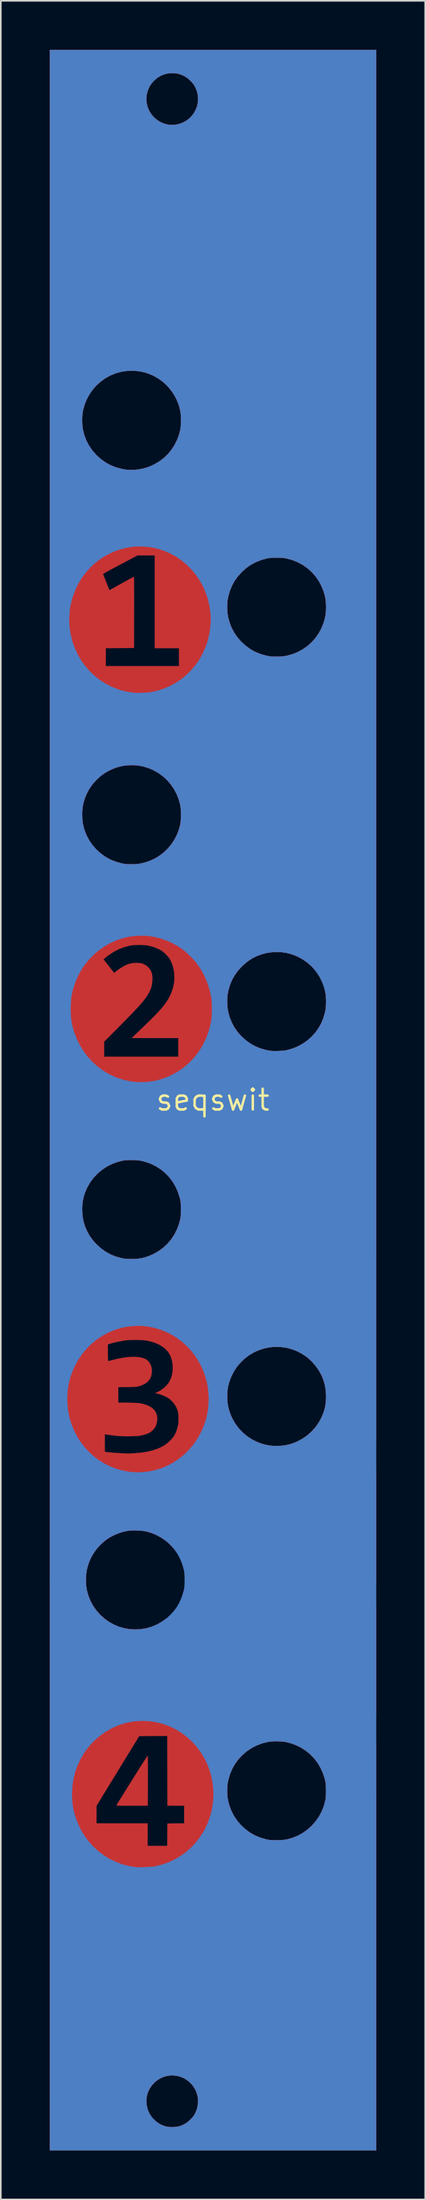
<source format=kicad_pcb>
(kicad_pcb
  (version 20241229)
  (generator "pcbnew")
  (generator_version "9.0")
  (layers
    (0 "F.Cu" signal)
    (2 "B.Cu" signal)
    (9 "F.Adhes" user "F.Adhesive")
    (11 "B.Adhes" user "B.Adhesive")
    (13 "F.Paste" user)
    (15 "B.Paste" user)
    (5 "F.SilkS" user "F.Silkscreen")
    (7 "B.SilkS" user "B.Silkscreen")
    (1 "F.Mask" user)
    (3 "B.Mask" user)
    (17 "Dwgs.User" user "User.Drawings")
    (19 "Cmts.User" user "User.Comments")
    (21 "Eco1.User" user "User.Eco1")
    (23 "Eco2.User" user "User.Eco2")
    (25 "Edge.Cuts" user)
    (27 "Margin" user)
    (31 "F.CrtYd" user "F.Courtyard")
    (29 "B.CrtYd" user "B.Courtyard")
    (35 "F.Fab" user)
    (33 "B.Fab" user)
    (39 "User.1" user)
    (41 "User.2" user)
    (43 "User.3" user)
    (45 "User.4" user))
  (footprint "seqswit"
    (layer "F.Cu")
    (at 9.996 64.246)
    (property "Reference" "seqswit" (at 0 0 0) (layer "F.SilkS") (effects (font (size 1.27 1.27) (thickness 0.15))))
    (attr through_hole)
    (fp_poly (pts (xy -3.997 40.144) (xy -3.993 40.173) (xy -3.99 40.219) (xy -3.988 40.287) (xy -3.986 40.378) (xy -3.984 40.495) (xy -3.983 40.641) (xy -3.983 40.819) (xy -3.983 41.03) (xy -3.983 41.278) (xy -3.984 41.565) (xy -3.984 41.635) (xy -3.99 43.169) (xy -4.948 43.175) (xy -5.192 43.176) (xy -5.396 43.176) (xy -5.563 43.175) (xy -5.694 43.174) (xy -5.791 43.171) (xy -5.857 43.167) (xy -5.895 43.162) (xy -5.905 43.157) (xy -5.895 43.136) (xy -5.863 43.082) (xy -5.813 43) (xy -5.746 42.891) (xy -5.665 42.759) (xy -5.571 42.608) (xy -5.466 42.44) (xy -5.353 42.259) (xy -5.234 42.068) (xy -5.11 41.87) (xy -4.984 41.669) (xy -4.857 41.467) (xy -4.731 41.268) (xy -4.61 41.075) (xy -4.494 40.891) (xy -4.385 40.719) (xy -4.287 40.564) (xy -4.2 40.427) (xy -4.126 40.313) (xy -4.069 40.223) (xy -4.029 40.163) (xy -4.009 40.134) (xy -4.008 40.133) (xy -4.002 40.132) (xy -3.997 40.144)) (stroke (width 0.01) (type solid)) (fill yes) (layer "F.Cu"))
    (fp_poly (pts (xy 10.001 20.917) (xy 7.457 22.306) (xy 4.913 23.694) (xy 4.996 23.765) (xy 5.052 23.826) (xy 5.11 23.909) (xy 5.148 23.977) (xy 5.183 24.053) (xy 5.205 24.12) (xy 5.217 24.192) (xy 5.224 24.286) (xy 5.225 24.315) (xy 5.22 24.477) (xy 5.192 24.632) (xy 5.138 24.782) (xy 5.057 24.931) (xy 4.945 25.083) (xy 4.801 25.24) (xy 4.623 25.405) (xy 4.409 25.583) (xy 4.35 25.629) (xy 4.339 25.638) (xy 4.332 25.644) (xy 4.331 25.647) (xy 4.337 25.645) (xy 4.352 25.639) (xy 4.377 25.627) (xy 4.415 25.608) (xy 4.466 25.581) (xy 4.532 25.546) (xy 4.616 25.502) (xy 4.717 25.447) (xy 4.839 25.381) (xy 4.983 25.303) (xy 5.15 25.213) (xy 5.342 25.108) (xy 5.56 24.989) (xy 5.807 24.855) (xy 6.084 24.704) (xy 6.391 24.536) (xy 6.732 24.351) (xy 7.108 24.146) (xy 7.345 24.016) (xy 10.001 22.568) (xy 10.007 26.04) (xy 10.007 26.42) (xy 10.008 26.789) (xy 10.008 27.144) (xy 10.008 27.482) (xy 10.009 27.803) (xy 10.009 28.103) (xy 10.009 28.38) (xy 10.009 28.632) (xy 10.009 28.858) (xy 10.009 29.054) (xy 10.008 29.218) (xy 10.008 29.349) (xy 10.008 29.444) (xy 10.007 29.501) (xy 10.007 29.517) (xy 9.985 29.517) (xy 9.925 29.515) (xy 9.828 29.513) (xy 9.699 29.509) (xy 9.54 29.504) (xy 9.354 29.498) (xy 9.144 29.492) (xy 8.914 29.484) (xy 8.667 29.477) (xy 8.406 29.468) (xy 8.133 29.459) (xy 7.853 29.45) (xy 7.568 29.441) (xy 7.281 29.432) (xy 6.996 29.422) (xy 6.715 29.413) (xy 6.442 29.404) (xy 6.179 29.395) (xy 5.931 29.387) (xy 5.7 29.379) (xy 5.489 29.372) (xy 5.413 29.369) (xy 4.995 29.354) (xy 4.995 30.247) (xy 5.419 30.247) (xy 5.419 30.797) (xy 5.244 30.8) (xy 5.22 30.801) (xy 5.219 30.803) (xy 5.243 30.805) (xy 5.294 30.808) (xy 5.372 30.812) (xy 5.48 30.816) (xy 5.618 30.821) (xy 5.788 30.828) (xy 5.991 30.835) (xy 6.228 30.843) (xy 6.5 30.852) (xy 6.81 30.863) (xy 7.158 30.874) (xy 7.545 30.887) (xy 7.974 30.901) (xy 8.001 30.902) (xy 8.246 30.91) (xy 8.487 30.918) (xy 8.721 30.926) (xy 8.941 30.933) (xy 9.143 30.94) (xy 9.322 30.946) (xy 9.474 30.952) (xy 9.592 30.956) (xy 9.668 30.959) (xy 10.012 30.972) (xy 10.012 34.314) (xy 10.012 34.687) (xy 10.012 35.048) (xy 10.011 35.395) (xy 10.011 35.725) (xy 10.011 36.038) (xy 10.01 36.329) (xy 10.01 36.598) (xy 10.009 36.842) (xy 10.008 37.058) (xy 10.008 37.244) (xy 10.007 37.399) (xy 10.006 37.519) (xy 10.005 37.603) (xy 10.005 37.648) (xy 10.004 37.656) (xy 9.985 37.645) (xy 9.933 37.614) (xy 9.852 37.566) (xy 9.745 37.502) (xy 9.617 37.425) (xy 9.469 37.336) (xy 9.306 37.238) (xy 9.132 37.133) (xy 9.11 37.119) (xy 8.731 36.891) (xy 8.362 36.668) (xy 8.004 36.452) (xy 7.657 36.244) (xy 7.325 36.045) (xy 7.008 35.856) (xy 6.709 35.678) (xy 6.428 35.511) (xy 6.169 35.358) (xy 5.931 35.218) (xy 5.717 35.093) (xy 5.529 34.983) (xy 5.368 34.89) (xy 5.236 34.815) (xy 5.135 34.759) (xy 5.065 34.722) (xy 5.03 34.706) (xy 5.026 34.706) (xy 4.996 34.728) (xy 4.946 34.766) (xy 4.909 34.794) (xy 4.836 34.84) (xy 4.758 34.877) (xy 4.726 34.889) (xy 4.671 34.906) (xy 4.639 34.922) (xy 4.636 34.927) (xy 4.654 34.938) (xy 4.701 34.951) (xy 4.723 34.955) (xy 4.844 34.989) (xy 4.971 35.049) (xy 5.086 35.125) (xy 5.134 35.168) (xy 5.209 35.258) (xy 5.258 35.353) (xy 5.284 35.465) (xy 5.289 35.603) (xy 5.288 35.638) (xy 5.267 35.813) (xy 5.216 35.965) (xy 5.131 36.102) (xy 5.054 36.189) (xy 5.002 36.244) (xy 4.967 36.287) (xy 4.955 36.309) (xy 4.955 36.31) (xy 4.975 36.322) (xy 5.028 36.355) (xy 5.112 36.406) (xy 5.227 36.475) (xy 5.368 36.56) (xy 5.533 36.66) (xy 5.721 36.773) (xy 5.929 36.898) (xy 6.154 37.034) (xy 6.395 37.179) (xy 6.649 37.331) (xy 6.913 37.49) (xy 6.954 37.515) (xy 7.233 37.682) (xy 7.51 37.848) (xy 7.782 38.012) (xy 8.046 38.171) (xy 8.299 38.324) (xy 8.538 38.468) (xy 8.759 38.602) (xy 8.959 38.723) (xy 9.135 38.83) (xy 9.284 38.92) (xy 9.402 38.992) (xy 9.472 39.035) (xy 10.001 39.362) (xy 10.007 51.812) (xy 10.012 64.262) (xy -9.991 64.262) (xy -9.991 61.198) (xy -4.078 61.198) (xy -4.068 61.447) (xy -4.017 61.696) (xy -3.985 61.796) (xy -3.879 62.031) (xy -3.739 62.242) (xy -3.568 62.427) (xy -3.369 62.584) (xy -3.146 62.708) (xy -2.901 62.798) (xy -2.883 62.803) (xy -2.741 62.83) (xy -2.574 62.842) (xy -2.398 62.841) (xy -2.23 62.826) (xy -2.104 62.802) (xy -1.9 62.738) (xy -1.718 62.651) (xy -1.548 62.535) (xy -1.379 62.384) (xy -1.373 62.379) (xy -1.284 62.287) (xy -1.217 62.213) (xy -1.166 62.144) (xy -1.121 62.071) (xy -1.075 61.981) (xy -1.073 61.976) (xy -1.026 61.872) (xy -0.983 61.763) (xy -0.95 61.665) (xy -0.94 61.627) (xy -0.915 61.465) (xy -0.906 61.281) (xy -0.914 61.095) (xy -0.938 60.923) (xy -0.951 60.866) (xy -1.034 60.625) (xy -1.149 60.409) (xy -1.291 60.219) (xy -1.458 60.055) (xy -1.644 59.918) (xy -1.846 59.811) (xy -2.061 59.733) (xy -2.285 59.687) (xy -2.514 59.673) (xy -2.743 59.692) (xy -2.97 59.746) (xy -3.191 59.835) (xy -3.401 59.962) (xy -3.561 60.091) (xy -3.736 60.279) (xy -3.877 60.488) (xy -3.981 60.714) (xy -4.049 60.952) (xy -4.078 61.198) (xy -9.991 61.198) (xy -9.991 43.184) (xy -7.133 43.184) (xy -7.133 44.26) (xy -4 44.26) (xy -4 45.635) (xy -2.795 45.635) (xy -2.783 44.27) (xy -2.27 44.264) (xy -1.757 44.259) (xy -1.757 43.181) (xy -2.27 43.175) (xy -2.783 43.169) (xy -2.786 42.277) (xy 0.879 42.277) (xy 0.885 42.481) (xy 0.9 42.672) (xy 0.924 42.836) (xy 0.928 42.856) (xy 1.023 43.207) (xy 1.155 43.539) (xy 1.32 43.85) (xy 1.518 44.136) (xy 1.746 44.397) (xy 2.002 44.629) (xy 2.285 44.831) (xy 2.592 45.001) (xy 2.922 45.136) (xy 2.953 45.146) (xy 3.114 45.197) (xy 3.255 45.235) (xy 3.387 45.262) (xy 3.522 45.279) (xy 3.669 45.287) (xy 3.84 45.289) (xy 3.969 45.287) (xy 4.177 45.281) (xy 4.345 45.27) (xy 4.474 45.255) (xy 4.53 45.244) (xy 4.877 45.148) (xy 5.199 45.02) (xy 5.499 44.856) (xy 5.78 44.656) (xy 6.047 44.417) (xy 6.055 44.409) (xy 6.299 44.137) (xy 6.505 43.847) (xy 6.672 43.54) (xy 6.801 43.214) (xy 6.891 42.871) (xy 6.91 42.771) (xy 6.928 42.628) (xy 6.939 42.459) (xy 6.944 42.277) (xy 6.943 42.098) (xy 6.934 41.935) (xy 6.921 41.825) (xy 6.848 41.476) (xy 6.738 41.143) (xy 6.591 40.829) (xy 6.411 40.536) (xy 6.2 40.266) (xy 5.96 40.022) (xy 5.692 39.805) (xy 5.399 39.619) (xy 5.083 39.464) (xy 4.747 39.344) (xy 4.502 39.282) (xy 4.34 39.256) (xy 4.15 39.24) (xy 3.946 39.233) (xy 3.741 39.235) (xy 3.548 39.248) (xy 3.382 39.27) (xy 3.365 39.273) (xy 3.012 39.362) (xy 2.68 39.486) (xy 2.37 39.647) (xy 2.079 39.845) (xy 1.807 40.08) (xy 1.766 40.12) (xy 1.524 40.39) (xy 1.32 40.679) (xy 1.154 40.987) (xy 1.024 41.315) (xy 0.93 41.665) (xy 0.919 41.719) (xy 0.896 41.883) (xy 0.883 42.073) (xy 0.879 42.277) (xy -2.786 42.277) (xy -2.789 41.037) (xy -2.794 38.904) (xy -3.655 38.909) (xy -4.516 38.915) (xy -5.824 41.049) (xy -7.133 43.184) (xy -9.991 43.184) (xy -9.991 29.474) (xy -7.781 29.474) (xy -7.772 29.667) (xy -7.755 29.839) (xy -7.738 29.94) (xy -7.645 30.292) (xy -7.516 30.621) (xy -7.351 30.93) (xy -7.148 31.219) (xy -6.907 31.491) (xy -6.9 31.497) (xy -6.629 31.743) (xy -6.344 31.949) (xy -6.044 32.115) (xy -5.727 32.243) (xy -5.395 32.331) (xy -5.045 32.381) (xy -4.752 32.393) (xy -4.388 32.374) (xy -4.041 32.316) (xy -3.71 32.219) (xy -3.394 32.083) (xy -3.091 31.907) (xy -2.939 31.8) (xy -2.819 31.711) (xy -1.436 32.527) (xy -1.174 32.681) (xy -0.898 32.844) (xy -0.611 33.014) (xy -0.314 33.189) (xy -0.011 33.369) (xy 0.298 33.552) (xy 0.609 33.736) (xy 0.92 33.92) (xy 1.23 34.103) (xy 1.535 34.284) (xy 1.833 34.461) (xy 2.122 34.633) (xy 2.401 34.798) (xy 2.665 34.955) (xy 2.914 35.103) (xy 3.145 35.24) (xy 3.356 35.365) (xy 3.544 35.477) (xy 3.707 35.574) (xy 3.842 35.655) (xy 3.948 35.718) (xy 4.023 35.763) (xy 4.063 35.788) (xy 4.064 35.788) (xy 4.134 35.83) (xy 4.192 35.861) (xy 4.227 35.876) (xy 4.23 35.876) (xy 4.265 35.865) (xy 4.314 35.838) (xy 4.32 35.833) (xy 4.392 35.762) (xy 4.432 35.669) (xy 4.445 35.551) (xy 4.441 35.475) (xy 4.425 35.423) (xy 4.391 35.373) (xy 4.383 35.364) (xy 4.339 35.321) (xy 4.288 35.289) (xy 4.224 35.265) (xy 4.139 35.249) (xy 4.026 35.237) (xy 3.88 35.229) (xy 3.836 35.227) (xy 3.514 35.216) (xy 3.514 34.699) (xy 3.805 34.685) (xy 3.983 34.673) (xy 4.123 34.654) (xy 4.23 34.624) (xy 4.307 34.584) (xy 4.358 34.53) (xy 4.387 34.461) (xy 4.397 34.402) (xy 4.406 34.301) (xy 4.23 34.195) (xy 4.053 34.089) (xy 3.842 34.09) (xy 3.588 34.111) (xy 3.337 34.172) (xy 3.115 34.259) (xy 3.029 34.299) (xy 2.967 34.324) (xy 2.924 34.33) (xy 2.898 34.312) (xy 2.885 34.267) (xy 2.879 34.19) (xy 2.879 34.076) (xy 2.879 34.005) (xy 2.879 33.677) (xy 3 33.644) (xy 3.072 33.623) (xy 3.131 33.605) (xy 3.157 33.596) (xy 3.15 33.585) (xy 3.114 33.559) (xy 3.05 33.516) (xy 2.956 33.456) (xy 2.832 33.379) (xy 2.676 33.284) (xy 2.488 33.171) (xy 2.268 33.038) (xy 2.014 32.887) (xy 1.725 32.715) (xy 1.401 32.523) (xy 1.15 32.374) (xy 0.869 32.208) (xy 0.59 32.043) (xy 0.316 31.882) (xy 0.051 31.725) (xy -0.202 31.575) (xy -0.44 31.435) (xy -0.661 31.304) (xy -0.86 31.186) (xy -1.035 31.083) (xy -1.183 30.995) (xy -1.301 30.926) (xy -1.383 30.877) (xy -1.873 30.586) (xy -1.757 30.586) (xy -1.715 30.587) (xy -1.634 30.589) (xy -1.52 30.592) (xy -1.376 30.596) (xy -1.206 30.601) (xy -1.014 30.607) (xy -0.805 30.614) (xy -0.583 30.621) (xy -0.381 30.628) (xy -0.126 30.636) (xy 0.138 30.645) (xy 0.405 30.654) (xy 0.667 30.662) (xy 0.918 30.67) (xy 1.15 30.677) (xy 1.357 30.684) (xy 1.531 30.689) (xy 1.587 30.691) (xy 1.766 30.697) (xy 1.94 30.702) (xy 2.103 30.708) (xy 2.246 30.713) (xy 2.365 30.718) (xy 2.451 30.722) (xy 2.482 30.724) (xy 2.667 30.736) (xy 2.667 30.234) (xy 2.677 30.223) (xy 3.339 30.223) (xy 3.342 30.232) (xy 3.361 30.238) (xy 3.399 30.243) (xy 3.463 30.245) (xy 3.557 30.247) (xy 3.686 30.247) (xy 3.754 30.247) (xy 4.191 30.247) (xy 4.191 29.792) (xy 4.191 29.642) (xy 4.19 29.529) (xy 4.188 29.449) (xy 4.185 29.394) (xy 4.179 29.361) (xy 4.171 29.344) (xy 4.16 29.338) (xy 4.15 29.337) (xy 4.12 29.354) (xy 4.065 29.403) (xy 3.985 29.485) (xy 3.88 29.6) (xy 3.75 29.746) (xy 3.742 29.755) (xy 3.642 29.869) (xy 3.551 29.974) (xy 3.471 30.066) (xy 3.408 30.139) (xy 3.365 30.189) (xy 3.347 30.21) (xy 3.339 30.223) (xy 2.677 30.223) (xy 3.067 29.78) (xy 3.187 29.643) (xy 3.281 29.534) (xy 3.35 29.451) (xy 3.398 29.39) (xy 3.426 29.348) (xy 3.437 29.324) (xy 3.433 29.312) (xy 3.432 29.312) (xy 3.407 29.31) (xy 3.342 29.306) (xy 3.24 29.301) (xy 3.104 29.296) (xy 2.935 29.289) (xy 2.738 29.282) (xy 2.514 29.273) (xy 2.266 29.265) (xy 1.997 29.255) (xy 1.709 29.246) (xy 1.405 29.236) (xy 1.087 29.225) (xy 0.842 29.218) (xy -1.712 29.137) (xy -1.726 29.056) (xy -1.733 29.003) (xy -1.734 28.971) (xy -1.732 28.968) (xy -1.713 28.957) (xy -1.659 28.928) (xy -1.572 28.88) (xy -1.455 28.816) (xy -1.31 28.737) (xy -1.139 28.643) (xy -0.943 28.537) (xy -0.727 28.418) (xy -0.491 28.29) (xy -0.239 28.152) (xy 0.029 28.006) (xy 0.309 27.854) (xy 0.577 27.707) (xy 2.879 26.453) (xy 2.879 26.207) (xy 2.88 25.961) (xy 3.022 25.866) (xy 3.235 25.719) (xy 3.439 25.569) (xy 3.632 25.418) (xy 3.808 25.271) (xy 3.965 25.131) (xy 4.098 25) (xy 4.205 24.883) (xy 4.281 24.781) (xy 4.309 24.733) (xy 4.357 24.6) (xy 4.375 24.471) (xy 4.363 24.351) (xy 4.322 24.248) (xy 4.253 24.169) (xy 4.22 24.146) (xy 4.154 24.108) (xy 0.952 25.855) (xy 0.609 26.041) (xy 0.277 26.222) (xy -0.043 26.397) (xy -0.349 26.564) (xy -0.64 26.722) (xy -0.913 26.87) (xy -1.166 27.008) (xy -1.398 27.134) (xy -1.607 27.247) (xy -1.79 27.347) (xy -1.946 27.431) (xy -2.074 27.5) (xy -2.17 27.552) (xy -2.233 27.585) (xy -2.262 27.6) (xy -2.263 27.601) (xy -2.281 27.585) (xy -2.314 27.545) (xy -2.333 27.519) (xy -2.408 27.424) (xy -2.507 27.313) (xy -2.62 27.198) (xy -2.737 27.088) (xy -2.847 26.994) (xy -2.867 26.978) (xy -3.164 26.772) (xy -3.472 26.606) (xy -3.796 26.477) (xy -4.138 26.385) (xy -4.258 26.363) (xy -4.398 26.345) (xy -4.564 26.334) (xy -4.745 26.33) (xy -4.925 26.333) (xy -5.093 26.342) (xy -5.234 26.359) (xy -5.25 26.361) (xy -5.596 26.443) (xy -5.929 26.562) (xy -6.243 26.716) (xy -6.536 26.902) (xy -6.804 27.119) (xy -7.043 27.365) (xy -7.09 27.42) (xy -7.296 27.701) (xy -7.465 27.993) (xy -7.6 28.302) (xy -7.703 28.636) (xy -7.729 28.747) (xy -7.755 28.897) (xy -7.772 29.077) (xy -7.78 29.273) (xy -7.781 29.474) (xy -9.991 29.474) (xy -9.991 20.442) (xy -6.625 20.442) (xy -6.625 21.522) (xy -6.556 21.534) (xy -6.464 21.547) (xy -6.337 21.561) (xy -6.184 21.575) (xy -6.013 21.588) (xy -5.832 21.601) (xy -5.65 21.612) (xy -5.473 21.621) (xy -5.311 21.627) (xy -5.218 21.629) (xy -5.131 21.628) (xy -5.017 21.625) (xy -4.888 21.619) (xy -4.76 21.612) (xy -4.744 21.611) (xy -4.361 21.574) (xy -4.012 21.519) (xy -3.694 21.443) (xy -3.405 21.346) (xy -3.139 21.228) (xy -2.998 21.151) (xy -2.881 21.072) (xy -2.754 20.969) (xy -2.628 20.852) (xy -2.511 20.73) (xy -2.415 20.614) (xy -2.363 20.537) (xy -2.274 20.364) (xy -2.198 20.164) (xy -2.14 19.95) (xy -2.126 19.883) (xy -2.107 19.739) (xy -2.098 19.576) (xy -2.099 19.408) (xy -2.11 19.244) (xy -2.13 19.099) (xy -2.158 18.986) (xy -2.248 18.774) (xy -2.369 18.583) (xy -2.519 18.413) (xy -2.606 18.33) (xy -2.685 18.266) (xy -2.773 18.21) (xy -2.882 18.151) (xy -2.901 18.142) (xy -2.998 18.098) (xy 0.88 18.098) (xy 0.882 18.289) (xy 0.891 18.468) (xy 0.909 18.624) (xy 0.918 18.679) (xy 1.009 19.034) (xy 1.136 19.371) (xy 1.298 19.686) (xy 1.494 19.977) (xy 1.721 20.243) (xy 1.979 20.481) (xy 2.265 20.69) (xy 2.533 20.844) (xy 2.86 20.988) (xy 3.197 21.092) (xy 3.542 21.153) (xy 3.897 21.174) (xy 4.261 21.153) (xy 4.424 21.131) (xy 4.763 21.056) (xy 5.089 20.941) (xy 5.399 20.786) (xy 5.693 20.593) (xy 5.97 20.362) (xy 6.055 20.279) (xy 6.3 20.007) (xy 6.506 19.719) (xy 6.672 19.415) (xy 6.799 19.095) (xy 6.887 18.759) (xy 6.935 18.407) (xy 6.945 18.15) (xy 6.937 17.885) (xy 6.909 17.642) (xy 6.859 17.403) (xy 6.792 17.177) (xy 6.661 16.847) (xy 6.495 16.539) (xy 6.296 16.254) (xy 6.067 15.996) (xy 5.81 15.766) (xy 5.527 15.565) (xy 5.221 15.397) (xy 4.893 15.263) (xy 4.547 15.165) (xy 4.445 15.143) (xy 4.292 15.122) (xy 4.111 15.109) (xy 3.917 15.104) (xy 3.722 15.108) (xy 3.54 15.121) (xy 3.391 15.141) (xy 3.079 15.216) (xy 2.77 15.323) (xy 2.475 15.46) (xy 2.204 15.621) (xy 2.152 15.657) (xy 2.017 15.763) (xy 1.87 15.894) (xy 1.722 16.04) (xy 1.583 16.191) (xy 1.465 16.334) (xy 1.424 16.39) (xy 1.249 16.673) (xy 1.102 16.981) (xy 0.988 17.306) (xy 0.919 17.59) (xy 0.899 17.736) (xy 0.885 17.91) (xy 0.88 18.098) (xy -2.998 18.098) (xy -3.041 18.079) (xy -3.188 18.024) (xy -3.32 17.984) (xy -3.323 17.983) (xy -3.524 17.934) (xy -3.402 17.879) (xy -3.202 17.771) (xy -3.013 17.634) (xy -2.845 17.477) (xy -2.706 17.306) (xy -2.683 17.271) (xy -2.584 17.079) (xy -2.512 16.863) (xy -2.469 16.631) (xy -2.454 16.39) (xy -2.468 16.148) (xy -2.51 15.913) (xy -2.582 15.694) (xy -2.625 15.599) (xy -2.745 15.407) (xy -2.902 15.235) (xy -3.093 15.083) (xy -3.318 14.953) (xy -3.574 14.845) (xy -3.86 14.76) (xy -4.053 14.719) (xy -4.165 14.704) (xy -4.31 14.693) (xy -4.478 14.685) (xy -4.659 14.681) (xy -4.845 14.681) (xy -5.025 14.684) (xy -5.19 14.691) (xy -5.33 14.703) (xy -5.376 14.708) (xy -5.563 14.738) (xy -5.768 14.777) (xy -5.973 14.822) (xy -6.163 14.87) (xy -6.249 14.895) (xy -6.435 14.95) (xy -6.435 15.466) (xy -6.434 15.638) (xy -6.431 15.779) (xy -6.427 15.884) (xy -6.422 15.952) (xy -6.415 15.98) (xy -6.414 15.981) (xy -6.386 15.975) (xy -6.327 15.961) (xy -6.245 15.939) (xy -6.169 15.918) (xy -5.858 15.839) (xy -5.555 15.78) (xy -5.266 15.74) (xy -4.993 15.721) (xy -4.742 15.721) (xy -4.515 15.741) (xy -4.317 15.781) (xy -4.152 15.841) (xy -4.138 15.848) (xy -4.002 15.94) (xy -3.892 16.061) (xy -3.81 16.207) (xy -3.758 16.372) (xy -3.738 16.553) (xy -3.751 16.745) (xy -3.787 16.909) (xy -3.853 17.059) (xy -3.957 17.194) (xy -4.095 17.313) (xy -4.265 17.413) (xy -4.464 17.491) (xy -4.527 17.509) (xy -4.583 17.523) (xy -4.641 17.534) (xy -4.709 17.543) (xy -4.791 17.549) (xy -4.895 17.554) (xy -5.027 17.559) (xy -5.193 17.562) (xy -5.244 17.563) (xy -5.8 17.573) (xy -5.8 18.517) (xy -5.17 18.526) (xy -4.987 18.53) (xy -4.839 18.533) (xy -4.721 18.536) (xy -4.627 18.541) (xy -4.55 18.548) (xy -4.483 18.556) (xy -4.421 18.567) (xy -4.356 18.581) (xy -4.311 18.591) (xy -4.071 18.663) (xy -3.868 18.752) (xy -3.703 18.861) (xy -3.576 18.988) (xy -3.484 19.135) (xy -3.43 19.301) (xy -3.412 19.439) (xy -3.419 19.654) (xy -3.462 19.849) (xy -3.541 20.023) (xy -3.656 20.175) (xy -3.804 20.302) (xy -3.874 20.347) (xy -3.994 20.405) (xy -4.144 20.459) (xy -4.313 20.506) (xy -4.487 20.541) (xy -4.489 20.542) (xy -4.591 20.554) (xy -4.727 20.563) (xy -4.887 20.569) (xy -5.064 20.573) (xy -5.248 20.574) (xy -5.431 20.572) (xy -5.604 20.567) (xy -5.759 20.558) (xy -5.831 20.553) (xy -5.943 20.541) (xy -6.07 20.527) (xy -6.201 20.511) (xy -6.327 20.494) (xy -6.439 20.478) (xy -6.527 20.464) (xy -6.578 20.454) (xy -6.625 20.442) (xy -9.991 20.442) (xy -9.991 6.675) (xy -8.012 6.675) (xy -8.008 6.887) (xy -7.994 7.087) (xy -7.969 7.262) (xy -7.962 7.296) (xy -7.867 7.644) (xy -7.736 7.974) (xy -7.57 8.282) (xy -7.373 8.567) (xy -7.147 8.827) (xy -6.894 9.059) (xy -6.616 9.261) (xy -6.316 9.431) (xy -5.995 9.567) (xy -5.656 9.667) (xy -5.461 9.705) (xy -5.337 9.72) (xy -5.185 9.728) (xy -5.015 9.73) (xy -4.838 9.726) (xy -4.665 9.718) (xy -4.509 9.704) (xy -4.379 9.685) (xy -4.339 9.677) (xy -4.15 9.628) (xy -3.98 9.573) (xy -3.808 9.504) (xy -3.668 9.44) (xy -3.358 9.271) (xy -3.074 9.068) (xy -2.816 8.835) (xy -2.587 8.574) (xy -2.39 8.289) (xy -2.225 7.983) (xy -2.095 7.657) (xy -2.003 7.315) (xy -1.976 7.166) (xy -1.961 7.037) (xy -1.953 6.88) (xy -1.951 6.707) (xy -1.955 6.529) (xy -1.964 6.359) (xy -1.979 6.206) (xy -1.999 6.084) (xy -2 6.076) (xy -2.099 5.728) (xy -2.234 5.399) (xy -2.403 5.091) (xy -2.604 4.807) (xy -2.834 4.549) (xy -3.092 4.319) (xy -3.376 4.12) (xy -3.682 3.952) (xy -4.01 3.82) (xy -4.356 3.724) (xy -4.361 3.723) (xy -4.529 3.695) (xy -4.724 3.678) (xy -4.934 3.671) (xy -5.146 3.674) (xy -5.347 3.687) (xy -5.524 3.71) (xy -5.581 3.721) (xy -5.937 3.818) (xy -6.27 3.951) (xy -6.579 4.119) (xy -6.867 4.323) (xy -7.067 4.498) (xy -7.316 4.763) (xy -7.528 5.047) (xy -7.703 5.351) (xy -7.841 5.676) (xy -7.945 6.024) (xy -7.962 6.103) (xy -7.989 6.27) (xy -8.006 6.465) (xy -8.012 6.675) (xy -9.991 6.675) (xy -9.991 -8.607) (xy -6.709 -8.607) (xy -6.639 -8.521) (xy -6.605 -8.477) (xy -6.549 -8.407) (xy -6.479 -8.317) (xy -6.398 -8.214) (xy -6.314 -8.105) (xy -6.31 -8.1) (xy -6.05 -7.766) (xy -5.962 -7.841) (xy -5.864 -7.919) (xy -5.745 -8.004) (xy -5.616 -8.088) (xy -5.488 -8.165) (xy -5.371 -8.229) (xy -5.276 -8.273) (xy -5.274 -8.274) (xy -5.115 -8.328) (xy -4.968 -8.362) (xy -4.815 -8.378) (xy -4.641 -8.379) (xy -4.609 -8.378) (xy -4.499 -8.373) (xy -4.419 -8.365) (xy -4.354 -8.352) (xy -4.291 -8.331) (xy -4.219 -8.299) (xy -4.218 -8.298) (xy -4.077 -8.216) (xy -3.951 -8.108) (xy -3.85 -7.986) (xy -3.814 -7.925) (xy -3.762 -7.808) (xy -3.728 -7.692) (xy -3.711 -7.565) (xy -3.708 -7.415) (xy -3.71 -7.335) (xy -3.722 -7.165) (xy -3.743 -7.022) (xy -3.776 -6.891) (xy -3.825 -6.76) (xy -3.883 -6.636) (xy -3.932 -6.539) (xy -3.988 -6.442) (xy -4.051 -6.343) (xy -4.124 -6.238) (xy -4.209 -6.126) (xy -4.307 -6.005) (xy -4.421 -5.872) (xy -4.552 -5.724) (xy -4.704 -5.56) (xy -4.877 -5.377) (xy -5.073 -5.173) (xy -5.296 -4.946) (xy -5.546 -4.692) (xy -5.667 -4.57) (xy -6.668 -3.563) (xy -6.668 -2.646) (xy -2.117 -2.646) (xy -2.117 -3.789) (xy -3.54 -3.789) (xy -4.964 -3.789) (xy -4.762 -3.985) (xy -4.697 -4.048) (xy -4.607 -4.135) (xy -4.497 -4.241) (xy -4.373 -4.361) (xy -4.241 -4.488) (xy -4.106 -4.619) (xy -4.034 -4.688) (xy -3.784 -4.931) (xy -3.565 -5.151) (xy -3.374 -5.35) (xy -3.207 -5.534) (xy -3.062 -5.704) (xy -2.937 -5.864) (xy -2.828 -6.018) (xy -2.805 -6.055) (xy 0.873 -6.055) (xy 0.889 -5.708) (xy 0.944 -5.366) (xy 1.038 -5.033) (xy 1.17 -4.713) (xy 1.339 -4.409) (xy 1.544 -4.123) (xy 1.714 -3.93) (xy 1.913 -3.737) (xy 2.112 -3.575) (xy 2.327 -3.433) (xy 2.562 -3.305) (xy 2.837 -3.182) (xy 3.106 -3.09) (xy 3.384 -3.026) (xy 3.442 -3.016) (xy 3.561 -3.003) (xy 3.708 -2.995) (xy 3.872 -2.993) (xy 4.043 -2.995) (xy 4.209 -3.003) (xy 4.359 -3.015) (xy 4.48 -3.032) (xy 4.508 -3.038) (xy 4.859 -3.134) (xy 5.19 -3.267) (xy 5.499 -3.433) (xy 5.784 -3.63) (xy 6.043 -3.856) (xy 6.274 -4.11) (xy 6.474 -4.388) (xy 6.643 -4.689) (xy 6.777 -5.01) (xy 6.875 -5.35) (xy 6.913 -5.545) (xy 6.943 -5.831) (xy 6.944 -6.135) (xy 6.917 -6.442) (xy 6.864 -6.741) (xy 6.826 -6.89) (xy 6.782 -7.02) (xy 6.722 -7.172) (xy 6.65 -7.331) (xy 6.574 -7.485) (xy 6.499 -7.62) (xy 6.471 -7.665) (xy 6.262 -7.952) (xy 6.023 -8.21) (xy 5.755 -8.437) (xy 5.461 -8.633) (xy 5.143 -8.796) (xy 4.802 -8.925) (xy 4.487 -9.009) (xy 4.357 -9.03) (xy 4.196 -9.044) (xy 4.016 -9.05) (xy 3.828 -9.05) (xy 3.643 -9.042) (xy 3.473 -9.028) (xy 3.329 -9.007) (xy 3.297 -9.001) (xy 2.956 -8.908) (xy 2.642 -8.785) (xy 2.351 -8.629) (xy 2.077 -8.438) (xy 1.815 -8.208) (xy 1.767 -8.161) (xy 1.537 -7.91) (xy 1.347 -7.652) (xy 1.191 -7.382) (xy 1.067 -7.093) (xy 0.969 -6.779) (xy 0.963 -6.754) (xy 0.897 -6.405) (xy 0.873 -6.055) (xy -2.805 -6.055) (xy -2.734 -6.169) (xy -2.651 -6.32) (xy -2.577 -6.476) (xy -2.526 -6.593) (xy -2.436 -6.866) (xy -2.378 -7.15) (xy -2.354 -7.441) (xy -2.363 -7.73) (xy -2.404 -8.013) (xy -2.478 -8.281) (xy -2.584 -8.53) (xy -2.606 -8.572) (xy -2.707 -8.724) (xy -2.838 -8.876) (xy -2.989 -9.018) (xy -3.149 -9.139) (xy -3.27 -9.211) (xy -3.551 -9.333) (xy -3.856 -9.423) (xy -4.008 -9.455) (xy -4.16 -9.474) (xy -4.339 -9.486) (xy -4.531 -9.49) (xy -4.724 -9.485) (xy -4.903 -9.473) (xy -5.054 -9.452) (xy -5.059 -9.451) (xy -5.404 -9.365) (xy -5.742 -9.238) (xy -6.069 -9.071) (xy -6.385 -8.865) (xy -6.563 -8.727) (xy -6.709 -8.607) (xy -9.991 -8.607) (xy -9.991 -17.476) (xy -8.012 -17.476) (xy -8.008 -17.264) (xy -7.994 -17.064) (xy -7.969 -16.89) (xy -7.962 -16.855) (xy -7.867 -16.506) (xy -7.735 -16.176) (xy -7.569 -15.867) (xy -7.372 -15.582) (xy -7.145 -15.323) (xy -6.891 -15.091) (xy -6.612 -14.89) (xy -6.31 -14.72) (xy -5.987 -14.584) (xy -5.646 -14.485) (xy -5.447 -14.446) (xy -5.329 -14.433) (xy -5.182 -14.425) (xy -5.018 -14.423) (xy -4.847 -14.425) (xy -4.682 -14.433) (xy -4.532 -14.445) (xy -4.411 -14.462) (xy -4.381 -14.468) (xy -4.025 -14.566) (xy -3.691 -14.7) (xy -3.378 -14.87) (xy -3.089 -15.076) (xy -2.836 -15.303) (xy -2.595 -15.573) (xy -2.39 -15.865) (xy -2.222 -16.175) (xy -2.092 -16.502) (xy -2.001 -16.844) (xy -1.979 -16.964) (xy -1.962 -17.108) (xy -1.952 -17.28) (xy -1.949 -17.465) (xy -1.953 -17.649) (xy -1.964 -17.817) (xy -1.979 -17.939) (xy -2.054 -18.276) (xy -2.168 -18.603) (xy -2.317 -18.915) (xy -2.5 -19.209) (xy -2.713 -19.478) (xy -2.954 -19.719) (xy -2.981 -19.742) (xy -3.261 -19.958) (xy -3.556 -20.137) (xy -3.87 -20.281) (xy -4.207 -20.391) (xy -4.363 -20.429) (xy -4.51 -20.454) (xy -4.687 -20.471) (xy -4.882 -20.48) (xy -5.08 -20.481) (xy -5.272 -20.474) (xy -5.443 -20.458) (xy -5.553 -20.44) (xy -5.848 -20.364) (xy -6.146 -20.255) (xy -6.431 -20.12) (xy -6.691 -19.965) (xy -6.709 -19.952) (xy -6.837 -19.856) (xy -6.978 -19.734) (xy -7.122 -19.597) (xy -7.257 -19.456) (xy -7.375 -19.321) (xy -7.42 -19.263) (xy -7.598 -18.992) (xy -7.75 -18.694) (xy -7.873 -18.378) (xy -7.961 -18.053) (xy -7.962 -18.049) (xy -7.989 -17.881) (xy -8.006 -17.686) (xy -8.012 -17.476) (xy -9.991 -17.476) (xy -9.991 -32.184) (xy -6.731 -32.184) (xy -6.723 -32.159) (xy -6.702 -32.1) (xy -6.669 -32.013) (xy -6.627 -31.904) (xy -6.577 -31.778) (xy -6.535 -31.673) (xy -6.339 -31.184) (xy -5.599 -31.593) (xy -5.436 -31.683) (xy -5.286 -31.766) (xy -5.15 -31.84) (xy -5.035 -31.902) (xy -4.942 -31.952) (xy -4.878 -31.986) (xy -4.845 -32.002) (xy -4.842 -32.004) (xy -4.84 -31.983) (xy -4.838 -31.923) (xy -4.836 -31.826) (xy -4.834 -31.695) (xy -4.833 -31.533) (xy -4.832 -31.343) (xy -4.831 -31.127) (xy -4.831 -30.888) (xy -4.83 -30.629) (xy -4.83 -30.353) (xy -4.831 -30.063) (xy -4.831 -29.829) (xy -4.837 -27.654) (xy -5.699 -27.649) (xy -6.562 -27.643) (xy -6.562 -26.543) (xy -2.074 -26.543) (xy -2.074 -27.644) (xy -3.556 -27.644) (xy -3.556 -30.209) (xy 0.874 -30.209) (xy 0.885 -29.872) (xy 0.935 -29.538) (xy 1.022 -29.211) (xy 1.145 -28.895) (xy 1.306 -28.591) (xy 1.503 -28.304) (xy 1.714 -28.06) (xy 1.975 -27.816) (xy 2.257 -27.605) (xy 2.556 -27.431) (xy 2.869 -27.295) (xy 3.118 -27.217) (xy 3.282 -27.177) (xy 3.429 -27.15) (xy 3.573 -27.132) (xy 3.727 -27.124) (xy 3.904 -27.123) (xy 3.99 -27.124) (xy 4.145 -27.129) (xy 4.27 -27.137) (xy 4.376 -27.148) (xy 4.474 -27.164) (xy 4.572 -27.185) (xy 4.918 -27.285) (xy 5.237 -27.416) (xy 5.531 -27.58) (xy 5.806 -27.778) (xy 6.054 -28.003) (xy 6.297 -28.275) (xy 6.502 -28.566) (xy 6.669 -28.874) (xy 6.797 -29.199) (xy 6.886 -29.539) (xy 6.935 -29.892) (xy 6.945 -30.152) (xy 6.929 -30.495) (xy 6.877 -30.82) (xy 6.789 -31.131) (xy 6.663 -31.436) (xy 6.659 -31.443) (xy 6.576 -31.609) (xy 6.498 -31.749) (xy 6.414 -31.877) (xy 6.318 -32.008) (xy 6.265 -32.075) (xy 6.032 -32.332) (xy 5.769 -32.559) (xy 5.48 -32.754) (xy 5.166 -32.918) (xy 4.83 -33.047) (xy 4.527 -33.13) (xy 4.38 -33.154) (xy 4.204 -33.171) (xy 4.011 -33.18) (xy 3.812 -33.181) (xy 3.621 -33.174) (xy 3.449 -33.158) (xy 3.337 -33.14) (xy 2.996 -33.05) (xy 2.662 -32.92) (xy 2.338 -32.751) (xy 2.201 -32.665) (xy 2.081 -32.577) (xy 1.947 -32.462) (xy 1.806 -32.33) (xy 1.668 -32.189) (xy 1.542 -32.048) (xy 1.437 -31.916) (xy 1.388 -31.848) (xy 1.208 -31.537) (xy 1.067 -31.215) (xy 0.964 -30.884) (xy 0.9 -30.548) (xy 0.874 -30.209) (xy -3.556 -30.209) (xy -3.556 -33.316) (xy -4.623 -33.316) (xy -5.677 -32.761) (xy -5.872 -32.658) (xy -6.055 -32.56) (xy -6.223 -32.47) (xy -6.373 -32.388) (xy -6.501 -32.318) (xy -6.604 -32.261) (xy -6.679 -32.218) (xy -6.722 -32.191) (xy -6.731 -32.184) (xy -9.991 -32.184) (xy -9.991 -41.606) (xy -8.012 -41.606) (xy -8.008 -41.394) (xy -7.994 -41.194) (xy -7.969 -41.02) (xy -7.962 -40.985) (xy -7.867 -40.632) (xy -7.736 -40.302) (xy -7.568 -39.993) (xy -7.365 -39.705) (xy -7.176 -39.49) (xy -6.919 -39.248) (xy -6.644 -39.042) (xy -6.35 -38.871) (xy -6.034 -38.735) (xy -5.693 -38.631) (xy -5.325 -38.558) (xy -5.323 -38.557) (xy -5.281 -38.555) (xy -5.206 -38.553) (xy -5.105 -38.553) (xy -4.987 -38.554) (xy -4.9 -38.556) (xy -4.745 -38.56) (xy -4.62 -38.567) (xy -4.515 -38.578) (xy -4.417 -38.594) (xy -4.318 -38.616) (xy -4.033 -38.694) (xy -3.774 -38.79) (xy -3.529 -38.911) (xy -3.313 -39.042) (xy -3.028 -39.253) (xy -2.773 -39.494) (xy -2.547 -39.762) (xy -2.354 -40.054) (xy -2.195 -40.366) (xy -2.072 -40.696) (xy -1.988 -41.04) (xy -1.979 -41.095) (xy -1.962 -41.238) (xy -1.952 -41.409) (xy -1.949 -41.593) (xy -1.953 -41.776) (xy -1.963 -41.945) (xy -1.979 -42.069) (xy -2.055 -42.411) (xy -2.17 -42.74) (xy -2.322 -43.052) (xy -2.508 -43.346) (xy -2.726 -43.617) (xy -2.974 -43.863) (xy -3.248 -44.079) (xy -3.548 -44.264) (xy -3.626 -44.305) (xy -3.783 -44.376) (xy -3.966 -44.445) (xy -4.16 -44.508) (xy -4.349 -44.558) (xy -4.403 -44.57) (xy -4.523 -44.589) (xy -4.674 -44.602) (xy -4.845 -44.609) (xy -5.025 -44.61) (xy -5.202 -44.606) (xy -5.365 -44.595) (xy -5.504 -44.579) (xy -5.551 -44.571) (xy -5.904 -44.479) (xy -6.237 -44.35) (xy -6.548 -44.184) (xy -6.84 -43.981) (xy -7.077 -43.773) (xy -7.326 -43.506) (xy -7.537 -43.219) (xy -7.711 -42.914) (xy -7.848 -42.587) (xy -7.949 -42.238) (xy -7.962 -42.179) (xy -7.989 -42.011) (xy -8.006 -41.816) (xy -8.012 -41.606) (xy -9.991 -41.606) (xy -9.991 -61.202) (xy -4.081 -61.202) (xy -4.056 -60.961) (xy -3.995 -60.73) (xy -3.9 -60.511) (xy -3.773 -60.308) (xy -3.616 -60.125) (xy -3.434 -59.967) (xy -3.228 -59.835) (xy -3.001 -59.735) (xy -2.797 -59.678) (xy -2.68 -59.663) (xy -2.536 -59.657) (xy -2.383 -59.661) (xy -2.235 -59.674) (xy -2.108 -59.696) (xy -2.085 -59.701) (xy -2.004 -59.728) (xy -1.904 -59.766) (xy -1.806 -59.809) (xy -1.789 -59.817) (xy -1.567 -59.947) (xy -1.374 -60.107) (xy -1.211 -60.294) (xy -1.081 -60.503) (xy -0.985 -60.733) (xy -0.926 -60.979) (xy -0.906 -61.235) (xy -0.914 -61.428) (xy -0.941 -61.599) (xy -0.991 -61.767) (xy -1.068 -61.946) (xy -1.073 -61.954) (xy -1.119 -62.045) (xy -1.163 -62.119) (xy -1.214 -62.188) (xy -1.279 -62.262) (xy -1.368 -62.352) (xy -1.373 -62.357) (xy -1.472 -62.452) (xy -1.554 -62.523) (xy -1.631 -62.578) (xy -1.713 -62.626) (xy -1.757 -62.649) (xy -1.995 -62.746) (xy -2.242 -62.805) (xy -2.491 -62.826) (xy -2.738 -62.809) (xy -2.976 -62.754) (xy -3.188 -62.668) (xy -3.416 -62.531) (xy -3.612 -62.365) (xy -3.777 -62.173) (xy -3.908 -61.956) (xy -4.004 -61.717) (xy -4.064 -61.457) (xy -4.065 -61.448) (xy -4.081 -61.202) (xy -9.991 -61.202) (xy -9.991 -64.241) (xy 10.012 -64.241) (xy 10.001 20.917)) (stroke (width 0.01) (type solid)) (fill yes) (layer "F.Cu"))
    (fp_poly (pts (xy 4.995 30.247) (xy 5.44 30.247) (xy 5.44 30.797) (xy 4.995 30.797) (xy 4.995 31.475) (xy 4.191 31.475) (xy 4.191 30.797) (xy 2.667 30.797) (xy 2.667 30.247) (xy 3.316 30.247) (xy 4.191 30.247) (xy 4.191 29.746) (xy 4.19 29.602) (xy 4.188 29.478) (xy 4.185 29.377) (xy 4.181 29.305) (xy 4.176 29.268) (xy 4.173 29.264) (xy 4.155 29.285) (xy 4.112 29.333) (xy 4.05 29.405) (xy 3.971 29.495) (xy 3.88 29.6) (xy 3.78 29.715) (xy 3.778 29.718) (xy 3.676 29.835) (xy 3.582 29.944) (xy 3.499 30.039) (xy 3.431 30.117) (xy 3.383 30.172) (xy 3.359 30.2) (xy 3.316 30.247) (xy 2.667 30.247) (xy 2.667 30.23) (xy 4.155 28.533) (xy 4.995 28.533) (xy 4.995 30.247)) (stroke (width 0.01) (type solid)) (fill yes) (layer "F.Mask"))
    (fp_poly (pts (xy -3.535 -27.665) (xy -2.053 -27.665) (xy -2.053 -26.522) (xy -6.583 -26.522) (xy -6.583 -27.665) (xy -4.847 -27.665) (xy -4.847 -29.825) (xy -4.847 -31.986) (xy -4.958 -31.923) (xy -5.064 -31.864) (xy -5.188 -31.795) (xy -5.324 -31.72) (xy -5.468 -31.64) (xy -5.615 -31.559) (xy -5.76 -31.48) (xy -5.899 -31.404) (xy -6.026 -31.335) (xy -6.137 -31.275) (xy -6.227 -31.226) (xy -6.291 -31.192) (xy -6.324 -31.175) (xy -6.328 -31.174) (xy -6.343 -31.191) (xy -6.371 -31.244) (xy -6.411 -31.33) (xy -6.461 -31.444) (xy -6.519 -31.582) (xy -6.561 -31.686) (xy -6.616 -31.825) (xy -6.666 -31.949) (xy -6.708 -32.055) (xy -6.74 -32.137) (xy -6.76 -32.19) (xy -6.766 -32.208) (xy -6.747 -32.218) (xy -6.694 -32.247) (xy -6.611 -32.291) (xy -6.5 -32.35) (xy -6.364 -32.421) (xy -6.208 -32.504) (xy -6.035 -32.595) (xy -5.847 -32.694) (xy -5.695 -32.774) (xy -4.627 -33.337) (xy -3.535 -33.337) (xy -3.535 -27.665)) (stroke (width 0.01) (type solid)) (fill yes) (layer "F.Mask"))
    (fp_poly (pts (xy -2.288 -62.833) (xy -2.059 -62.788) (xy -1.838 -62.71) (xy -1.63 -62.601) (xy -1.439 -62.461) (xy -1.269 -62.291) (xy -1.123 -62.091) (xy -1.072 -62) (xy -1.008 -61.871) (xy -0.962 -61.757) (xy -0.93 -61.646) (xy -0.911 -61.527) (xy -0.902 -61.389) (xy -0.9 -61.235) (xy -0.9 -61.107) (xy -0.903 -61.011) (xy -0.908 -60.937) (xy -0.918 -60.876) (xy -0.933 -60.817) (xy -0.955 -60.751) (xy -0.959 -60.738) (xy -1.063 -60.5) (xy -1.199 -60.286) (xy -1.363 -60.098) (xy -1.551 -59.938) (xy -1.76 -59.809) (xy -1.985 -59.714) (xy -2.224 -59.653) (xy -2.472 -59.631) (xy -2.72 -59.647) (xy -2.97 -59.704) (xy -3.2 -59.796) (xy -3.409 -59.92) (xy -3.594 -60.071) (xy -3.754 -60.248) (xy -3.886 -60.445) (xy -3.988 -60.659) (xy -4.058 -60.888) (xy -4.093 -61.126) (xy -4.092 -61.372) (xy -4.053 -61.62) (xy -4.01 -61.768) (xy -3.917 -61.984) (xy -3.791 -62.183) (xy -3.627 -62.372) (xy -3.609 -62.39) (xy -3.416 -62.552) (xy -3.207 -62.678) (xy -2.985 -62.768) (xy -2.756 -62.824) (xy -2.522 -62.845) (xy -2.288 -62.833)) (stroke (width 0.01) (type solid)) (fill yes) (layer "F.Mask"))
    (fp_poly (pts (xy 1.486 -19.158) (xy 1.57 -19.153) (xy 1.752 -19.114) (xy 1.913 -19.039) (xy 2.053 -18.93) (xy 2.169 -18.79) (xy 2.26 -18.621) (xy 2.325 -18.425) (xy 2.362 -18.204) (xy 2.371 -18.024) (xy 2.371 -17.843) (xy 1.995 -17.848) (xy 1.619 -17.854) (xy 1.607 -18.037) (xy 1.587 -18.191) (xy 1.551 -18.31) (xy 1.495 -18.399) (xy 1.418 -18.463) (xy 1.397 -18.474) (xy 1.286 -18.509) (xy 1.168 -18.502) (xy 1.044 -18.455) (xy 0.915 -18.368) (xy 0.782 -18.241) (xy 0.647 -18.075) (xy 0.643 -18.07) (xy 0.55 -17.945) (xy 0.55 -15.938) (xy -0.233 -15.938) (xy -0.233 -19.092) (xy 0.104 -19.092) (xy 0.232 -19.092) (xy 0.325 -19.09) (xy 0.387 -19.086) (xy 0.425 -19.079) (xy 0.446 -19.069) (xy 0.453 -19.059) (xy 0.459 -19.023) (xy 0.463 -18.957) (xy 0.466 -18.875) (xy 0.466 -18.858) (xy 0.467 -18.78) (xy 0.47 -18.721) (xy 0.474 -18.692) (xy 0.475 -18.69) (xy 0.493 -18.704) (xy 0.532 -18.742) (xy 0.584 -18.796) (xy 0.597 -18.809) (xy 0.743 -18.945) (xy 0.891 -19.045) (xy 1.05 -19.111) (xy 1.229 -19.148) (xy 1.261 -19.152) (xy 1.368 -19.159) (xy 1.486 -19.158)) (stroke (width 0.01) (type solid)) (fill yes) (layer "F.Mask"))
    (fp_poly (pts (xy -2.32 59.666) (xy -2.177 59.682) (xy -2.045 59.714) (xy -1.908 59.764) (xy -1.757 59.833) (xy -1.661 59.882) (xy -1.583 59.93) (xy -1.511 59.985) (xy -1.432 60.057) (xy -1.365 60.123) (xy -1.242 60.255) (xy -1.146 60.377) (xy -1.07 60.501) (xy -1.006 60.639) (xy -0.967 60.743) (xy -0.921 60.922) (xy -0.894 61.123) (xy -0.889 61.33) (xy -0.905 61.528) (xy -0.92 61.609) (xy -0.995 61.853) (xy -1.106 62.079) (xy -1.25 62.284) (xy -1.424 62.464) (xy -1.624 62.615) (xy -1.847 62.735) (xy -2.09 62.819) (xy -2.104 62.823) (xy -2.27 62.852) (xy -2.457 62.864) (xy -2.648 62.858) (xy -2.824 62.835) (xy -2.876 62.824) (xy -2.965 62.796) (xy -3.074 62.756) (xy -3.184 62.709) (xy -3.231 62.686) (xy -3.435 62.562) (xy -3.62 62.404) (xy -3.781 62.218) (xy -3.913 62.011) (xy -4.01 61.789) (xy -4.074 61.538) (xy -4.098 61.289) (xy -4.083 61.043) (xy -4.032 60.807) (xy -3.947 60.582) (xy -3.829 60.372) (xy -3.68 60.182) (xy -3.503 60.014) (xy -3.299 59.873) (xy -3.07 59.762) (xy -2.909 59.708) (xy -2.815 59.685) (xy -2.721 59.67) (xy -2.615 59.663) (xy -2.487 59.661) (xy -2.32 59.666)) (stroke (width 0.01) (type solid)) (fill yes) (layer "F.Mask"))
    (fp_poly (pts (xy -2.773 43.159) (xy -1.736 43.159) (xy -1.736 44.281) (xy -2.773 44.281) (xy -2.773 45.657) (xy -4.022 45.657) (xy -4.022 44.281) (xy -7.154 44.281) (xy -7.154 43.181) (xy -7.135 43.149) (xy -5.884 43.149) (xy -5.864 43.151) (xy -5.805 43.153) (xy -5.713 43.154) (xy -5.591 43.156) (xy -5.444 43.157) (xy -5.275 43.158) (xy -5.09 43.159) (xy -4.942 43.159) (xy -4 43.159) (xy -4 41.662) (xy -4.001 41.403) (xy -4.001 41.161) (xy -4.003 40.938) (xy -4.004 40.739) (xy -4.006 40.566) (xy -4.009 40.421) (xy -4.011 40.309) (xy -4.014 40.231) (xy -4.017 40.191) (xy -4.019 40.186) (xy -4.033 40.207) (xy -4.068 40.26) (xy -4.121 40.343) (xy -4.19 40.451) (xy -4.273 40.582) (xy -4.368 40.733) (xy -4.474 40.9) (xy -4.587 41.079) (xy -4.707 41.269) (xy -4.83 41.465) (xy -4.956 41.664) (xy -5.081 41.863) (xy -5.204 42.059) (xy -5.324 42.249) (xy -5.437 42.429) (xy -5.541 42.596) (xy -5.636 42.748) (xy -5.718 42.879) (xy -5.786 42.988) (xy -5.838 43.072) (xy -5.871 43.126) (xy -5.884 43.148) (xy -5.884 43.149) (xy -7.135 43.149) (xy -5.837 41.032) (xy -4.52 38.883) (xy -2.773 38.883) (xy -2.773 43.159)) (stroke (width 0.01) (type solid)) (fill yes) (layer "F.Mask"))
    (fp_poly (pts (xy 7.467 -55.58) (xy 7.473 -55.119) (xy 7.996 -55.113) (xy 8.52 -55.107) (xy 8.525 -54.827) (xy 8.531 -54.547) (xy 7.469 -54.547) (xy 7.476 -53.779) (xy 7.478 -53.576) (xy 7.481 -53.41) (xy 7.483 -53.277) (xy 7.486 -53.173) (xy 7.491 -53.094) (xy 7.496 -53.034) (xy 7.502 -52.989) (xy 7.51 -52.955) (xy 7.52 -52.927) (xy 7.522 -52.922) (xy 7.59 -52.815) (xy 7.686 -52.738) (xy 7.774 -52.703) (xy 7.855 -52.691) (xy 7.963 -52.689) (xy 8.085 -52.695) (xy 8.209 -52.71) (xy 8.321 -52.732) (xy 8.34 -52.736) (xy 8.415 -52.757) (xy 8.467 -52.767) (xy 8.5 -52.762) (xy 8.519 -52.735) (xy 8.528 -52.682) (xy 8.53 -52.598) (xy 8.53 -52.484) (xy 8.53 -52.2) (xy 8.419 -52.177) (xy 8.194 -52.139) (xy 7.973 -52.117) (xy 7.765 -52.112) (xy 7.578 -52.124) (xy 7.429 -52.151) (xy 7.256 -52.215) (xy 7.107 -52.308) (xy 6.987 -52.426) (xy 6.899 -52.566) (xy 6.881 -52.61) (xy 6.859 -52.677) (xy 6.841 -52.752) (xy 6.826 -52.84) (xy 6.815 -52.946) (xy 6.807 -53.073) (xy 6.801 -53.226) (xy 6.797 -53.41) (xy 6.795 -53.629) (xy 6.795 -53.81) (xy 6.795 -54.547) (xy 6.075 -54.547) (xy 6.075 -55.118) (xy 6.795 -55.118) (xy 6.795 -55.854) (xy 7.461 -56.041) (xy 7.467 -55.58)) (stroke (width 0.01) (type solid)) (fill yes) (layer "F.Mask"))
    (fp_poly (pts (xy 7.811 -19.092) (xy 9.017 -19.092) (xy 9.017 -18.5) (xy 7.811 -18.5) (xy 7.811 -17.711) (xy 7.812 -17.511) (xy 7.814 -17.327) (xy 7.816 -17.165) (xy 7.82 -17.029) (xy 7.825 -16.923) (xy 7.83 -16.853) (xy 7.833 -16.828) (xy 7.877 -16.706) (xy 7.947 -16.607) (xy 8.035 -16.541) (xy 8.036 -16.54) (xy 8.124 -16.512) (xy 8.243 -16.495) (xy 8.384 -16.491) (xy 8.537 -16.498) (xy 8.693 -16.518) (xy 8.756 -16.53) (xy 8.848 -16.548) (xy 8.925 -16.562) (xy 8.977 -16.571) (xy 8.994 -16.573) (xy 9.004 -16.554) (xy 9.012 -16.495) (xy 9.016 -16.396) (xy 9.017 -16.268) (xy 9.017 -15.963) (xy 8.906 -15.939) (xy 8.706 -15.902) (xy 8.497 -15.876) (xy 8.291 -15.862) (xy 8.102 -15.86) (xy 7.959 -15.869) (xy 7.742 -15.909) (xy 7.552 -15.977) (xy 7.39 -16.07) (xy 7.259 -16.187) (xy 7.169 -16.315) (xy 7.141 -16.37) (xy 7.117 -16.422) (xy 7.097 -16.477) (xy 7.081 -16.539) (xy 7.068 -16.612) (xy 7.058 -16.699) (xy 7.051 -16.807) (xy 7.045 -16.938) (xy 7.04 -17.097) (xy 7.037 -17.289) (xy 7.034 -17.518) (xy 7.033 -17.595) (xy 7.023 -18.5) (xy 6.202 -18.5) (xy 6.202 -19.092) (xy 7.026 -19.092) (xy 7.038 -19.903) (xy 7.377 -19.994) (xy 7.494 -20.026) (xy 7.599 -20.054) (xy 7.685 -20.077) (xy 7.743 -20.092) (xy 7.763 -20.097) (xy 7.811 -20.109) (xy 7.811 -19.092)) (stroke (width 0.01) (type solid)) (fill yes) (layer "F.Mask"))
    (fp_poly (pts (xy -4.635 3.662) (xy -4.284 3.722) (xy -4.255 3.729) (xy -3.913 3.833) (xy -3.591 3.974) (xy -3.291 4.148) (xy -3.014 4.355) (xy -2.763 4.592) (xy -2.54 4.856) (xy -2.346 5.147) (xy -2.185 5.46) (xy -2.057 5.795) (xy -1.976 6.096) (xy -1.958 6.212) (xy -1.945 6.36) (xy -1.937 6.528) (xy -1.934 6.707) (xy -1.937 6.885) (xy -1.945 7.052) (xy -1.958 7.198) (xy -1.975 7.303) (xy -2.071 7.653) (xy -2.203 7.985) (xy -2.37 8.296) (xy -2.568 8.582) (xy -2.797 8.844) (xy -3.053 9.077) (xy -3.336 9.281) (xy -3.641 9.452) (xy -3.969 9.589) (xy -4.315 9.69) (xy -4.345 9.697) (xy -4.454 9.715) (xy -4.593 9.73) (xy -4.752 9.741) (xy -4.918 9.749) (xy -5.081 9.751) (xy -5.23 9.749) (xy -5.352 9.741) (xy -5.388 9.737) (xy -5.734 9.668) (xy -6.069 9.56) (xy -6.389 9.415) (xy -6.69 9.237) (xy -6.967 9.028) (xy -7.218 8.788) (xy -7.358 8.627) (xy -7.564 8.338) (xy -7.732 8.036) (xy -7.863 7.722) (xy -7.956 7.401) (xy -8.014 7.075) (xy -8.036 6.747) (xy -8.024 6.421) (xy -7.977 6.098) (xy -7.896 5.782) (xy -7.782 5.476) (xy -7.636 5.184) (xy -7.459 4.907) (xy -7.25 4.649) (xy -7.011 4.412) (xy -6.741 4.201) (xy -6.443 4.016) (xy -6.359 3.973) (xy -6.031 3.831) (xy -5.69 3.728) (xy -5.342 3.666) (xy -4.988 3.644) (xy -4.635 3.662)) (stroke (width 0.01) (type solid)) (fill yes) (layer "F.Mask"))
    (fp_poly (pts (xy 4.393 39.246) (xy 4.726 39.318) (xy 5.05 39.426) (xy 5.361 39.571) (xy 5.656 39.752) (xy 5.931 39.968) (xy 5.997 40.027) (xy 6.144 40.176) (xy 6.291 40.345) (xy 6.425 40.518) (xy 6.502 40.631) (xy 6.622 40.842) (xy 6.732 41.082) (xy 6.826 41.336) (xy 6.898 41.59) (xy 6.903 41.611) (xy 6.927 41.743) (xy 6.944 41.906) (xy 6.956 42.086) (xy 6.96 42.273) (xy 6.958 42.454) (xy 6.949 42.617) (xy 6.935 42.736) (xy 6.856 43.091) (xy 6.74 43.429) (xy 6.589 43.745) (xy 6.404 44.04) (xy 6.188 44.31) (xy 5.943 44.553) (xy 5.67 44.768) (xy 5.372 44.952) (xy 5.051 45.104) (xy 4.707 45.221) (xy 4.53 45.265) (xy 4.427 45.282) (xy 4.292 45.295) (xy 4.137 45.304) (xy 3.971 45.309) (xy 3.804 45.31) (xy 3.649 45.306) (xy 3.514 45.298) (xy 3.418 45.286) (xy 3.066 45.204) (xy 2.733 45.086) (xy 2.422 44.935) (xy 2.134 44.753) (xy 1.871 44.543) (xy 1.634 44.307) (xy 1.426 44.048) (xy 1.247 43.769) (xy 1.1 43.47) (xy 0.985 43.156) (xy 0.906 42.829) (xy 0.862 42.491) (xy 0.857 42.144) (xy 0.891 41.791) (xy 0.935 41.561) (xy 1.031 41.231) (xy 1.167 40.914) (xy 1.338 40.614) (xy 1.543 40.333) (xy 1.779 40.076) (xy 2.043 39.846) (xy 2.333 39.646) (xy 2.402 39.605) (xy 2.716 39.449) (xy 3.042 39.332) (xy 3.376 39.254) (xy 3.715 39.213) (xy 4.055 39.211) (xy 4.393 39.246)) (stroke (width 0.01) (type solid)) (fill yes) (layer "F.Mask"))
    (fp_poly (pts (xy 4.174 23.486) (xy 4.314 23.492) (xy 4.43 23.503) (xy 4.53 23.522) (xy 4.622 23.549) (xy 4.717 23.587) (xy 4.779 23.615) (xy 4.897 23.687) (xy 5.011 23.786) (xy 5.107 23.898) (xy 5.164 23.992) (xy 5.201 24.103) (xy 5.223 24.24) (xy 5.228 24.388) (xy 5.217 24.533) (xy 5.189 24.661) (xy 5.187 24.667) (xy 5.11 24.841) (xy 4.992 25.021) (xy 4.834 25.206) (xy 4.639 25.395) (xy 4.406 25.587) (xy 4.152 25.77) (xy 3.996 25.876) (xy 4.686 25.882) (xy 5.376 25.887) (xy 5.376 26.458) (xy 2.879 26.458) (xy 2.879 25.957) (xy 3.032 25.855) (xy 3.2 25.74) (xy 3.373 25.615) (xy 3.544 25.484) (xy 3.708 25.353) (xy 3.859 25.227) (xy 3.99 25.109) (xy 4.097 25.006) (xy 4.157 24.94) (xy 4.266 24.79) (xy 4.339 24.648) (xy 4.375 24.514) (xy 4.375 24.391) (xy 4.338 24.283) (xy 4.264 24.19) (xy 4.163 24.122) (xy 4.095 24.09) (xy 4.034 24.071) (xy 3.964 24.062) (xy 3.869 24.06) (xy 3.869 24.06) (xy 3.701 24.071) (xy 3.539 24.103) (xy 3.371 24.16) (xy 3.224 24.226) (xy 3.138 24.266) (xy 3.065 24.297) (xy 3.014 24.317) (xy 2.996 24.32) (xy 2.984 24.315) (xy 2.975 24.296) (xy 2.969 24.257) (xy 2.965 24.193) (xy 2.964 24.097) (xy 2.963 23.983) (xy 2.963 23.645) (xy 3.071 23.613) (xy 3.245 23.564) (xy 3.401 23.529) (xy 3.552 23.506) (xy 3.711 23.491) (xy 3.891 23.485) (xy 4 23.484) (xy 4.174 23.486)) (stroke (width 0.01) (type solid)) (fill yes) (layer "F.Mask"))
    (fp_poly (pts (xy 4.344 15.108) (xy 4.69 15.178) (xy 5.025 15.287) (xy 5.348 15.436) (xy 5.656 15.624) (xy 5.81 15.737) (xy 6.075 15.971) (xy 6.309 16.233) (xy 6.511 16.521) (xy 6.68 16.834) (xy 6.814 17.168) (xy 6.913 17.521) (xy 6.914 17.526) (xy 6.932 17.641) (xy 6.945 17.787) (xy 6.953 17.955) (xy 6.956 18.133) (xy 6.953 18.312) (xy 6.946 18.481) (xy 6.933 18.629) (xy 6.915 18.747) (xy 6.914 18.753) (xy 6.816 19.105) (xy 6.681 19.439) (xy 6.512 19.751) (xy 6.309 20.04) (xy 6.074 20.303) (xy 5.81 20.538) (xy 5.518 20.743) (xy 5.273 20.88) (xy 5.129 20.944) (xy 4.959 21.009) (xy 4.776 21.068) (xy 4.598 21.118) (xy 4.438 21.152) (xy 4.425 21.154) (xy 4.295 21.17) (xy 4.136 21.181) (xy 3.961 21.185) (xy 3.782 21.184) (xy 3.613 21.177) (xy 3.466 21.165) (xy 3.397 21.155) (xy 3.134 21.098) (xy 2.878 21.016) (xy 2.614 20.903) (xy 2.568 20.881) (xy 2.258 20.707) (xy 1.976 20.503) (xy 1.722 20.271) (xy 1.499 20.016) (xy 1.306 19.739) (xy 1.146 19.444) (xy 1.02 19.134) (xy 0.928 18.812) (xy 0.871 18.48) (xy 0.852 18.142) (xy 0.871 17.8) (xy 0.929 17.458) (xy 1.027 17.118) (xy 1.06 17.028) (xy 1.205 16.712) (xy 1.384 16.416) (xy 1.595 16.143) (xy 1.835 15.895) (xy 2.1 15.675) (xy 2.388 15.485) (xy 2.694 15.33) (xy 3.016 15.21) (xy 3.27 15.145) (xy 3.632 15.091) (xy 3.991 15.079) (xy 4.344 15.108)) (stroke (width 0.01) (type solid)) (fill yes) (layer "F.Mask"))
    (fp_poly (pts (xy -4.847 -44.633) (xy -4.517 -44.604) (xy -4.207 -44.542) (xy -3.905 -44.446) (xy -3.603 -44.313) (xy -3.554 -44.288) (xy -3.301 -44.141) (xy -3.067 -43.969) (xy -2.84 -43.764) (xy -2.77 -43.693) (xy -2.539 -43.425) (xy -2.346 -43.141) (xy -2.187 -42.837) (xy -2.063 -42.509) (xy -1.976 -42.185) (xy -1.958 -42.068) (xy -1.944 -41.92) (xy -1.937 -41.75) (xy -1.934 -41.571) (xy -1.937 -41.393) (xy -1.946 -41.225) (xy -1.96 -41.08) (xy -1.976 -40.979) (xy -2.073 -40.625) (xy -2.202 -40.297) (xy -2.365 -39.992) (xy -2.564 -39.707) (xy -2.77 -39.471) (xy -3.037 -39.222) (xy -3.325 -39.01) (xy -3.633 -38.834) (xy -3.961 -38.697) (xy -4.308 -38.597) (xy -4.356 -38.586) (xy -4.48 -38.566) (xy -4.632 -38.55) (xy -4.802 -38.538) (xy -4.976 -38.532) (xy -5.142 -38.531) (xy -5.289 -38.537) (xy -5.387 -38.546) (xy -5.735 -38.615) (xy -6.069 -38.722) (xy -6.385 -38.865) (xy -6.681 -39.041) (xy -6.955 -39.248) (xy -7.203 -39.484) (xy -7.425 -39.746) (xy -7.616 -40.032) (xy -7.775 -40.34) (xy -7.9 -40.667) (xy -7.987 -41.011) (xy -7.993 -41.042) (xy -8.013 -41.195) (xy -8.026 -41.375) (xy -8.03 -41.57) (xy -8.027 -41.766) (xy -8.015 -41.949) (xy -7.996 -42.105) (xy -7.993 -42.122) (xy -7.911 -42.457) (xy -7.792 -42.782) (xy -7.637 -43.092) (xy -7.451 -43.384) (xy -7.236 -43.65) (xy -6.994 -43.887) (xy -6.915 -43.954) (xy -6.618 -44.166) (xy -6.305 -44.34) (xy -5.978 -44.474) (xy -5.637 -44.569) (xy -5.284 -44.623) (xy -4.922 -44.636) (xy -4.847 -44.633)) (stroke (width 0.01) (type solid)) (fill yes) (layer "F.Mask"))
    (fp_poly (pts (xy 4.118 -33.198) (xy 4.315 -33.181) (xy 4.491 -33.156) (xy 4.534 -33.148) (xy 4.88 -33.054) (xy 5.207 -32.923) (xy 5.514 -32.757) (xy 5.799 -32.559) (xy 6.058 -32.33) (xy 6.29 -32.074) (xy 6.493 -31.792) (xy 6.664 -31.486) (xy 6.801 -31.158) (xy 6.902 -30.812) (xy 6.915 -30.755) (xy 6.933 -30.639) (xy 6.946 -30.491) (xy 6.953 -30.322) (xy 6.956 -30.144) (xy 6.953 -29.966) (xy 6.945 -29.799) (xy 6.932 -29.653) (xy 6.915 -29.549) (xy 6.818 -29.193) (xy 6.686 -28.86) (xy 6.516 -28.548) (xy 6.311 -28.257) (xy 6.118 -28.038) (xy 5.849 -27.789) (xy 5.561 -27.577) (xy 5.254 -27.403) (xy 4.926 -27.266) (xy 4.578 -27.166) (xy 4.534 -27.156) (xy 4.414 -27.136) (xy 4.266 -27.12) (xy 4.1 -27.108) (xy 3.93 -27.102) (xy 3.767 -27.101) (xy 3.622 -27.105) (xy 3.515 -27.115) (xy 3.161 -27.185) (xy 2.82 -27.294) (xy 2.496 -27.44) (xy 2.232 -27.595) (xy 1.941 -27.812) (xy 1.682 -28.057) (xy 1.455 -28.328) (xy 1.262 -28.623) (xy 1.103 -28.943) (xy 0.979 -29.284) (xy 0.897 -29.623) (xy 0.877 -29.765) (xy 0.864 -29.935) (xy 0.859 -30.121) (xy 0.862 -30.309) (xy 0.872 -30.485) (xy 0.889 -30.638) (xy 0.897 -30.681) (xy 0.985 -31.036) (xy 1.109 -31.372) (xy 1.267 -31.686) (xy 1.457 -31.976) (xy 1.677 -32.241) (xy 1.924 -32.478) (xy 2.196 -32.686) (xy 2.492 -32.863) (xy 2.809 -33.006) (xy 3.145 -33.113) (xy 3.498 -33.183) (xy 3.556 -33.191) (xy 3.723 -33.204) (xy 3.916 -33.206) (xy 4.118 -33.198)) (stroke (width 0.01) (type solid)) (fill yes) (layer "F.Mask"))
    (fp_poly (pts (xy 4.339 -43.18) (xy 5.524 -43.18) (xy 5.524 -42.587) (xy 4.339 -42.587) (xy 4.339 -41.778) (xy 4.34 -41.573) (xy 4.342 -41.387) (xy 4.344 -41.225) (xy 4.348 -41.09) (xy 4.352 -40.986) (xy 4.357 -40.917) (xy 4.361 -40.892) (xy 4.41 -40.777) (xy 4.485 -40.681) (xy 4.551 -40.631) (xy 4.628 -40.602) (xy 4.737 -40.584) (xy 4.87 -40.577) (xy 5.017 -40.582) (xy 5.169 -40.597) (xy 5.284 -40.617) (xy 5.375 -40.635) (xy 5.449 -40.65) (xy 5.498 -40.659) (xy 5.512 -40.661) (xy 5.516 -40.641) (xy 5.52 -40.586) (xy 5.523 -40.504) (xy 5.524 -40.402) (xy 5.524 -40.356) (xy 5.524 -40.235) (xy 5.522 -40.15) (xy 5.518 -40.095) (xy 5.511 -40.062) (xy 5.5 -40.045) (xy 5.487 -40.039) (xy 5.391 -40.017) (xy 5.264 -39.996) (xy 5.118 -39.978) (xy 4.962 -39.963) (xy 4.808 -39.953) (xy 4.667 -39.948) (xy 4.55 -39.95) (xy 4.487 -39.955) (xy 4.263 -39.999) (xy 4.073 -40.065) (xy 3.916 -40.156) (xy 3.788 -40.273) (xy 3.688 -40.419) (xy 3.613 -40.594) (xy 3.603 -40.626) (xy 3.595 -40.66) (xy 3.588 -40.706) (xy 3.582 -40.767) (xy 3.577 -40.846) (xy 3.573 -40.949) (xy 3.569 -41.079) (xy 3.566 -41.24) (xy 3.564 -41.435) (xy 3.562 -41.661) (xy 3.553 -42.587) (xy 2.731 -42.587) (xy 2.731 -43.18) (xy 3.555 -43.18) (xy 3.561 -43.586) (xy 3.567 -43.992) (xy 3.895 -44.08) (xy 4.011 -44.111) (xy 4.117 -44.139) (xy 4.204 -44.162) (xy 4.263 -44.178) (xy 4.281 -44.182) (xy 4.339 -44.197) (xy 4.339 -43.18)) (stroke (width 0.01) (type solid)) (fill yes) (layer "F.Mask"))
    (fp_poly (pts (xy -4.861 -20.5) (xy -4.665 -20.49) (xy -4.487 -20.472) (xy -4.367 -20.451) (xy -4.012 -20.354) (xy -3.681 -20.222) (xy -3.37 -20.053) (xy -3.081 -19.848) (xy -2.812 -19.606) (xy -2.77 -19.563) (xy -2.538 -19.294) (xy -2.344 -19.007) (xy -2.185 -18.699) (xy -2.059 -18.368) (xy -1.976 -18.055) (xy -1.958 -17.938) (xy -1.944 -17.79) (xy -1.937 -17.62) (xy -1.934 -17.441) (xy -1.937 -17.263) (xy -1.946 -17.095) (xy -1.96 -16.95) (xy -1.976 -16.849) (xy -2.073 -16.495) (xy -2.202 -16.167) (xy -2.365 -15.862) (xy -2.564 -15.577) (xy -2.77 -15.341) (xy -3.037 -15.092) (xy -3.325 -14.88) (xy -3.634 -14.704) (xy -3.962 -14.566) (xy -4.31 -14.466) (xy -4.356 -14.456) (xy -4.481 -14.435) (xy -4.634 -14.419) (xy -4.805 -14.408) (xy -4.98 -14.402) (xy -5.148 -14.401) (xy -5.295 -14.407) (xy -5.387 -14.416) (xy -5.735 -14.485) (xy -6.069 -14.592) (xy -6.385 -14.734) (xy -6.681 -14.91) (xy -6.954 -15.117) (xy -7.203 -15.353) (xy -7.424 -15.615) (xy -7.616 -15.901) (xy -7.775 -16.209) (xy -7.899 -16.536) (xy -7.987 -16.88) (xy -7.993 -16.912) (xy -8.013 -17.065) (xy -8.026 -17.245) (xy -8.03 -17.44) (xy -8.027 -17.636) (xy -8.015 -17.819) (xy -7.996 -17.975) (xy -7.993 -17.992) (xy -7.908 -18.341) (xy -7.786 -18.673) (xy -7.63 -18.984) (xy -7.44 -19.273) (xy -7.218 -19.537) (xy -6.968 -19.775) (xy -6.691 -19.985) (xy -6.389 -20.164) (xy -6.064 -20.31) (xy -5.718 -20.421) (xy -5.592 -20.452) (xy -5.441 -20.477) (xy -5.261 -20.493) (xy -5.064 -20.501) (xy -4.861 -20.5)) (stroke (width 0.01) (type solid)) (fill yes) (layer "F.Mask"))
    (fp_poly (pts (xy -4.579 26.316) (xy -4.421 26.323) (xy -4.29 26.338) (xy -4.285 26.338) (xy -3.928 26.415) (xy -3.592 26.528) (xy -3.277 26.678) (xy -2.98 26.866) (xy -2.702 27.092) (xy -2.57 27.218) (xy -2.333 27.488) (xy -2.131 27.781) (xy -1.965 28.097) (xy -1.834 28.435) (xy -1.752 28.74) (xy -1.729 28.875) (xy -1.713 29.04) (xy -1.704 29.224) (xy -1.702 29.415) (xy -1.707 29.602) (xy -1.719 29.772) (xy -1.738 29.914) (xy -1.742 29.935) (xy -1.833 30.283) (xy -1.96 30.613) (xy -2.122 30.924) (xy -2.316 31.212) (xy -2.539 31.476) (xy -2.79 31.712) (xy -3.066 31.918) (xy -3.366 32.092) (xy -3.686 32.231) (xy -3.831 32.28) (xy -4.072 32.342) (xy -4.33 32.387) (xy -4.591 32.414) (xy -4.843 32.421) (xy -5.073 32.406) (xy -5.08 32.406) (xy -5.435 32.344) (xy -5.771 32.245) (xy -6.095 32.109) (xy -6.145 32.083) (xy -6.456 31.902) (xy -6.738 31.689) (xy -6.991 31.447) (xy -7.214 31.177) (xy -7.405 30.882) (xy -7.563 30.563) (xy -7.685 30.222) (xy -7.761 29.918) (xy -7.782 29.771) (xy -7.796 29.594) (xy -7.801 29.401) (xy -7.798 29.203) (xy -7.786 29.013) (xy -7.767 28.844) (xy -7.751 28.751) (xy -7.659 28.408) (xy -7.537 28.092) (xy -7.381 27.798) (xy -7.189 27.521) (xy -6.958 27.255) (xy -6.912 27.208) (xy -6.645 26.966) (xy -6.365 26.764) (xy -6.068 26.598) (xy -5.751 26.468) (xy -5.409 26.37) (xy -5.376 26.363) (xy -5.255 26.343) (xy -5.103 26.328) (xy -4.932 26.318) (xy -4.754 26.314) (xy -4.579 26.316)) (stroke (width 0.01) (type solid)) (fill yes) (layer "F.Mask"))
    (fp_poly (pts (xy 4.028 -9.069) (xy 4.224 -9.06) (xy 4.401 -9.042) (xy 4.523 -9.021) (xy 4.875 -8.924) (xy 5.208 -8.791) (xy 5.518 -8.623) (xy 5.805 -8.424) (xy 6.065 -8.194) (xy 6.298 -7.936) (xy 6.5 -7.652) (xy 6.67 -7.343) (xy 6.807 -7.013) (xy 6.907 -6.663) (xy 6.915 -6.625) (xy 6.933 -6.509) (xy 6.946 -6.361) (xy 6.953 -6.192) (xy 6.956 -6.014) (xy 6.953 -5.836) (xy 6.945 -5.669) (xy 6.932 -5.523) (xy 6.915 -5.419) (xy 6.818 -5.063) (xy 6.686 -4.73) (xy 6.516 -4.418) (xy 6.311 -4.127) (xy 6.118 -3.908) (xy 5.856 -3.664) (xy 5.579 -3.457) (xy 5.283 -3.287) (xy 4.965 -3.151) (xy 4.621 -3.046) (xy 4.572 -3.034) (xy 4.437 -3.01) (xy 4.272 -2.99) (xy 4.091 -2.977) (xy 3.905 -2.97) (xy 3.729 -2.97) (xy 3.573 -2.978) (xy 3.503 -2.986) (xy 3.249 -3.034) (xy 2.987 -3.107) (xy 2.731 -3.199) (xy 2.495 -3.307) (xy 2.381 -3.37) (xy 2.075 -3.575) (xy 1.8 -3.807) (xy 1.557 -4.067) (xy 1.348 -4.352) (xy 1.172 -4.661) (xy 1.032 -4.993) (xy 0.928 -5.346) (xy 0.897 -5.493) (xy 0.877 -5.635) (xy 0.864 -5.805) (xy 0.859 -5.991) (xy 0.862 -6.179) (xy 0.872 -6.355) (xy 0.889 -6.508) (xy 0.897 -6.551) (xy 0.986 -6.91) (xy 1.111 -7.249) (xy 1.271 -7.565) (xy 1.463 -7.857) (xy 1.687 -8.123) (xy 1.939 -8.361) (xy 2.219 -8.57) (xy 2.525 -8.747) (xy 2.854 -8.891) (xy 3.206 -9) (xy 3.3 -9.022) (xy 3.45 -9.046) (xy 3.629 -9.063) (xy 3.826 -9.07) (xy 4.028 -9.069)) (stroke (width 0.01) (type solid)) (fill yes) (layer "F.Mask"))
    (fp_poly (pts (xy 1.577 5.177) (xy 1.714 5.181) (xy 1.827 5.188) (xy 1.924 5.2) (xy 2.002 5.214) (xy 2.09 5.233) (xy 2.162 5.251) (xy 2.209 5.264) (xy 2.22 5.269) (xy 2.229 5.289) (xy 2.236 5.338) (xy 2.239 5.419) (xy 2.24 5.537) (xy 2.239 5.656) (xy 2.233 6.027) (xy 2.085 5.967) (xy 1.89 5.901) (xy 1.691 5.856) (xy 1.496 5.833) (xy 1.314 5.834) (xy 1.153 5.858) (xy 1.074 5.882) (xy 0.928 5.961) (xy 0.798 6.074) (xy 0.69 6.214) (xy 0.609 6.374) (xy 0.574 6.485) (xy 0.559 6.579) (xy 0.551 6.699) (xy 0.551 6.83) (xy 0.557 6.956) (xy 0.57 7.064) (xy 0.58 7.105) (xy 0.649 7.291) (xy 0.747 7.447) (xy 0.875 7.573) (xy 1.029 7.667) (xy 1.194 7.722) (xy 1.384 7.745) (xy 1.595 7.736) (xy 1.824 7.696) (xy 2.067 7.625) (xy 2.08 7.62) (xy 2.245 7.562) (xy 2.239 7.912) (xy 2.233 8.262) (xy 2.092 8.309) (xy 1.888 8.364) (xy 1.659 8.401) (xy 1.419 8.421) (xy 1.181 8.422) (xy 0.959 8.403) (xy 0.847 8.383) (xy 0.606 8.313) (xy 0.394 8.212) (xy 0.209 8.079) (xy 0.053 7.914) (xy -0.074 7.719) (xy -0.114 7.64) (xy -0.172 7.499) (xy -0.214 7.361) (xy -0.242 7.216) (xy -0.258 7.054) (xy -0.262 6.863) (xy -0.262 6.816) (xy -0.257 6.624) (xy -0.242 6.462) (xy -0.215 6.319) (xy -0.174 6.184) (xy -0.116 6.044) (xy -0.08 5.969) (xy 0.028 5.791) (xy 0.168 5.625) (xy 0.329 5.479) (xy 0.502 5.363) (xy 0.55 5.338) (xy 0.663 5.285) (xy 0.763 5.244) (xy 0.859 5.215) (xy 0.96 5.195) (xy 1.075 5.183) (xy 1.212 5.177) (xy 1.382 5.175) (xy 1.408 5.175) (xy 1.577 5.177)) (stroke (width 0.01) (type solid)) (fill yes) (layer "F.Mask"))
    (fp_poly (pts (xy 4.558 5.148) (xy 4.722 5.159) (xy 4.87 5.179) (xy 4.985 5.206) (xy 5.205 5.294) (xy 5.393 5.411) (xy 5.552 5.556) (xy 5.682 5.732) (xy 5.746 5.85) (xy 5.814 6.006) (xy 5.863 6.157) (xy 5.898 6.318) (xy 5.922 6.502) (xy 5.926 6.546) (xy 5.935 6.856) (xy 5.905 7.15) (xy 5.836 7.429) (xy 5.742 7.662) (xy 5.621 7.867) (xy 5.469 8.045) (xy 5.288 8.195) (xy 5.084 8.312) (xy 4.859 8.394) (xy 4.858 8.394) (xy 4.772 8.411) (xy 4.656 8.424) (xy 4.523 8.433) (xy 4.386 8.437) (xy 4.257 8.437) (xy 4.148 8.431) (xy 4.096 8.424) (xy 3.857 8.363) (xy 3.643 8.269) (xy 3.457 8.143) (xy 3.299 7.988) (xy 3.171 7.803) (xy 3.135 7.734) (xy 3.045 7.507) (xy 2.985 7.258) (xy 2.954 6.995) (xy 2.952 6.81) (xy 3.75 6.81) (xy 3.752 6.879) (xy 3.763 7.048) (xy 3.781 7.185) (xy 3.81 7.298) (xy 3.853 7.399) (xy 3.911 7.497) (xy 3.916 7.504) (xy 4.019 7.622) (xy 4.143 7.703) (xy 4.29 7.75) (xy 4.46 7.763) (xy 4.477 7.762) (xy 4.577 7.755) (xy 4.652 7.74) (xy 4.72 7.714) (xy 4.759 7.694) (xy 4.886 7.601) (xy 4.988 7.474) (xy 5.064 7.315) (xy 5.115 7.121) (xy 5.14 6.894) (xy 5.143 6.773) (xy 5.13 6.538) (xy 5.092 6.334) (xy 5.028 6.162) (xy 4.94 6.023) (xy 4.827 5.918) (xy 4.75 5.873) (xy 4.668 5.847) (xy 4.56 5.829) (xy 4.441 5.823) (xy 4.328 5.828) (xy 4.24 5.843) (xy 4.108 5.902) (xy 3.992 5.997) (xy 3.895 6.127) (xy 3.864 6.185) (xy 3.816 6.296) (xy 3.781 6.403) (xy 3.76 6.518) (xy 3.75 6.65) (xy 3.75 6.81) (xy 2.952 6.81) (xy 2.951 6.727) (xy 2.977 6.461) (xy 3.031 6.206) (xy 3.114 5.971) (xy 3.157 5.88) (xy 3.278 5.691) (xy 3.433 5.523) (xy 3.614 5.38) (xy 3.817 5.268) (xy 4.036 5.19) (xy 4.106 5.173) (xy 4.237 5.154) (xy 4.392 5.146) (xy 4.558 5.148)) (stroke (width 0.01) (type solid)) (fill yes) (layer "F.Mask"))
    (fp_poly (pts (xy -7.157 -55.162) (xy -6.988 -55.153) (xy -6.832 -55.137) (xy -6.742 -55.124) (xy -6.53 -55.086) (xy -6.524 -54.787) (xy -6.518 -54.488) (xy -6.684 -54.536) (xy -6.861 -54.58) (xy -7.039 -54.61) (xy -7.21 -54.626) (xy -7.367 -54.628) (xy -7.502 -54.615) (xy -7.608 -54.587) (xy -7.631 -54.577) (xy -7.713 -54.515) (xy -7.765 -54.434) (xy -7.783 -54.343) (xy -7.781 -54.316) (xy -7.762 -54.254) (xy -7.725 -54.198) (xy -7.665 -54.145) (xy -7.577 -54.093) (xy -7.458 -54.039) (xy -7.304 -53.98) (xy -7.197 -53.943) (xy -6.977 -53.864) (xy -6.796 -53.785) (xy -6.65 -53.703) (xy -6.536 -53.617) (xy -6.45 -53.521) (xy -6.389 -53.414) (xy -6.348 -53.293) (xy -6.33 -53.187) (xy -6.321 -52.979) (xy -6.35 -52.79) (xy -6.416 -52.621) (xy -6.518 -52.474) (xy -6.654 -52.349) (xy -6.824 -52.248) (xy -7.027 -52.173) (xy -7.093 -52.155) (xy -7.208 -52.135) (xy -7.353 -52.122) (xy -7.518 -52.115) (xy -7.691 -52.114) (xy -7.861 -52.12) (xy -8.016 -52.133) (xy -8.096 -52.143) (xy -8.197 -52.16) (xy -8.301 -52.179) (xy -8.385 -52.195) (xy -8.387 -52.196) (xy -8.509 -52.221) (xy -8.509 -52.548) (xy -8.509 -52.66) (xy -8.508 -52.755) (xy -8.506 -52.827) (xy -8.505 -52.868) (xy -8.504 -52.874) (xy -8.483 -52.868) (xy -8.431 -52.85) (xy -8.356 -52.823) (xy -8.291 -52.8) (xy -8.098 -52.741) (xy -7.902 -52.698) (xy -7.71 -52.672) (xy -7.532 -52.664) (xy -7.377 -52.675) (xy -7.287 -52.695) (xy -7.179 -52.744) (xy -7.1 -52.815) (xy -7.057 -52.904) (xy -7.048 -52.967) (xy -7.054 -53.028) (xy -7.071 -53.081) (xy -7.106 -53.129) (xy -7.16 -53.175) (xy -7.24 -53.222) (xy -7.347 -53.272) (xy -7.487 -53.328) (xy -7.663 -53.392) (xy -7.696 -53.404) (xy -7.901 -53.481) (xy -8.068 -53.557) (xy -8.2 -53.636) (xy -8.303 -53.721) (xy -8.38 -53.816) (xy -8.435 -53.925) (xy -8.472 -54.051) (xy -8.487 -54.14) (xy -8.496 -54.334) (xy -8.465 -54.514) (xy -8.398 -54.677) (xy -8.295 -54.821) (xy -8.159 -54.943) (xy -7.99 -55.043) (xy -7.791 -55.116) (xy -7.735 -55.131) (xy -7.626 -55.149) (xy -7.486 -55.16) (xy -7.326 -55.164) (xy -7.157 -55.162)) (stroke (width 0.01) (type solid)) (fill yes) (layer "F.Mask"))
    (fp_poly (pts (xy 8.943 5.181) (xy 9.075 5.245) (xy 9.184 5.345) (xy 9.27 5.479) (xy 9.291 5.523) (xy 9.309 5.566) (xy 9.324 5.612) (xy 9.337 5.665) (xy 9.348 5.729) (xy 9.356 5.805) (xy 9.363 5.899) (xy 9.368 6.013) (xy 9.371 6.151) (xy 9.374 6.316) (xy 9.375 6.512) (xy 9.376 6.742) (xy 9.376 7.01) (xy 9.376 7.117) (xy 9.377 8.382) (xy 8.722 8.382) (xy 8.716 7.135) (xy 8.715 6.874) (xy 8.714 6.652) (xy 8.712 6.465) (xy 8.711 6.312) (xy 8.709 6.187) (xy 8.707 6.087) (xy 8.704 6.01) (xy 8.7 5.952) (xy 8.696 5.909) (xy 8.69 5.879) (xy 8.684 5.858) (xy 8.676 5.842) (xy 8.667 5.829) (xy 8.666 5.828) (xy 8.607 5.772) (xy 8.544 5.758) (xy 8.478 5.786) (xy 8.408 5.856) (xy 8.336 5.966) (xy 8.261 6.117) (xy 8.244 6.158) (xy 8.17 6.332) (xy 8.17 8.383) (xy 7.848 8.377) (xy 7.525 8.371) (xy 7.514 7.123) (xy 7.512 6.853) (xy 7.51 6.622) (xy 7.507 6.427) (xy 7.504 6.265) (xy 7.501 6.133) (xy 7.496 6.028) (xy 7.49 5.946) (xy 7.483 5.884) (xy 7.474 5.839) (xy 7.463 5.809) (xy 7.449 5.789) (xy 7.433 5.777) (xy 7.413 5.77) (xy 7.395 5.765) (xy 7.33 5.77) (xy 7.261 5.815) (xy 7.188 5.896) (xy 7.115 6.011) (xy 7.043 6.158) (xy 7.03 6.188) (xy 6.964 6.347) (xy 6.964 8.382) (xy 6.308 8.382) (xy 6.308 5.207) (xy 6.879 5.207) (xy 6.881 5.35) (xy 6.884 5.431) (xy 6.891 5.502) (xy 6.897 5.542) (xy 6.907 5.569) (xy 6.919 5.57) (xy 6.941 5.539) (xy 6.962 5.502) (xy 7.043 5.382) (xy 7.14 5.279) (xy 7.24 5.205) (xy 7.248 5.2) (xy 7.301 5.177) (xy 7.36 5.162) (xy 7.438 5.156) (xy 7.525 5.154) (xy 7.621 5.156) (xy 7.688 5.162) (xy 7.74 5.175) (xy 7.79 5.198) (xy 7.816 5.213) (xy 7.927 5.301) (xy 8.006 5.417) (xy 8.046 5.527) (xy 8.072 5.629) (xy 8.134 5.521) (xy 8.239 5.37) (xy 8.358 5.258) (xy 8.492 5.185) (xy 8.644 5.15) (xy 8.786 5.15) (xy 8.943 5.181)) (stroke (width 0.01) (type solid)) (fill yes) (layer "F.Mask"))
    (fp_poly (pts (xy -4.179 -55.149) (xy -3.983 -55.106) (xy -3.811 -55.033) (xy -3.658 -54.927) (xy -3.57 -54.844) (xy -3.44 -54.679) (xy -3.341 -54.488) (xy -3.273 -54.271) (xy -3.236 -54.025) (xy -3.229 -53.752) (xy -3.232 -53.673) (xy -3.245 -53.446) (xy -5.001 -53.446) (xy -4.988 -53.315) (xy -4.951 -53.143) (xy -4.88 -52.994) (xy -4.778 -52.872) (xy -4.647 -52.779) (xy -4.491 -52.717) (xy -4.322 -52.69) (xy -4.187 -52.689) (xy -4.028 -52.699) (xy -3.857 -52.719) (xy -3.688 -52.748) (xy -3.533 -52.782) (xy -3.407 -52.821) (xy -3.399 -52.824) (xy -3.386 -52.825) (xy -3.376 -52.811) (xy -3.37 -52.777) (xy -3.367 -52.717) (xy -3.366 -52.624) (xy -3.365 -52.541) (xy -3.365 -52.246) (xy -3.572 -52.2) (xy -3.682 -52.177) (xy -3.797 -52.155) (xy -3.897 -52.138) (xy -3.926 -52.134) (xy -4.017 -52.125) (xy -4.132 -52.119) (xy -4.261 -52.116) (xy -4.392 -52.116) (xy -4.515 -52.119) (xy -4.617 -52.125) (xy -4.688 -52.134) (xy -4.688 -52.134) (xy -4.85 -52.181) (xy -5.017 -52.253) (xy -5.145 -52.328) (xy -5.297 -52.455) (xy -5.426 -52.615) (xy -5.531 -52.808) (xy -5.611 -53.03) (xy -5.614 -53.041) (xy -5.636 -53.147) (xy -5.651 -53.285) (xy -5.66 -53.442) (xy -5.663 -53.608) (xy -5.659 -53.77) (xy -5.65 -53.919) (xy -5.642 -53.975) (xy -4.996 -53.975) (xy -4.445 -53.975) (xy -4.279 -53.975) (xy -4.149 -53.976) (xy -4.053 -53.977) (xy -3.985 -53.98) (xy -3.939 -53.984) (xy -3.913 -53.99) (xy -3.899 -53.998) (xy -3.895 -54.009) (xy -3.895 -54.016) (xy -3.902 -54.088) (xy -3.921 -54.18) (xy -3.948 -54.273) (xy -3.976 -54.348) (xy -3.98 -54.356) (xy -4.06 -54.469) (xy -4.163 -54.554) (xy -4.284 -54.607) (xy -4.413 -54.628) (xy -4.543 -54.614) (xy -4.668 -54.564) (xy -4.716 -54.532) (xy -4.803 -54.452) (xy -4.872 -54.355) (xy -4.927 -54.234) (xy -4.973 -54.08) (xy -4.983 -54.033) (xy -4.996 -53.975) (xy -5.642 -53.975) (xy -5.633 -54.043) (xy -5.624 -54.088) (xy -5.544 -54.344) (xy -5.44 -54.565) (xy -5.313 -54.752) (xy -5.16 -54.906) (xy -4.983 -55.026) (xy -4.78 -55.115) (xy -4.763 -55.12) (xy -4.673 -55.144) (xy -4.577 -55.158) (xy -4.46 -55.163) (xy -4.403 -55.164) (xy -4.179 -55.149)) (stroke (width 0.01) (type solid)) (fill yes) (layer "F.Mask"))
    (fp_poly (pts (xy 8.144 -43.241) (xy 8.276 -43.224) (xy 8.352 -43.206) (xy 8.532 -43.128) (xy 8.691 -43.015) (xy 8.829 -42.868) (xy 8.944 -42.69) (xy 9.036 -42.483) (xy 9.104 -42.249) (xy 9.146 -41.99) (xy 9.162 -41.707) (xy 9.159 -41.518) (xy 9.127 -41.232) (xy 9.064 -40.971) (xy 8.969 -40.737) (xy 8.844 -40.533) (xy 8.691 -40.357) (xy 8.511 -40.213) (xy 8.305 -40.101) (xy 8.074 -40.022) (xy 7.819 -39.977) (xy 7.542 -39.968) (xy 7.482 -39.971) (xy 7.381 -39.977) (xy 7.29 -39.985) (xy 7.222 -39.992) (xy 7.191 -39.997) (xy 7.133 -40.01) (xy 7.133 -38.777) (xy 6.766 -38.777) (xy 6.646 -38.778) (xy 6.54 -38.78) (xy 6.457 -38.784) (xy 6.403 -38.788) (xy 6.385 -38.791) (xy 6.383 -38.814) (xy 6.381 -38.876) (xy 6.38 -38.975) (xy 6.378 -39.108) (xy 6.377 -39.272) (xy 6.375 -39.464) (xy 6.374 -39.682) (xy 6.373 -39.922) (xy 6.372 -40.182) (xy 6.372 -40.459) (xy 6.371 -40.751) (xy 6.371 -40.993) (xy 6.371 -41.998) (xy 7.133 -41.998) (xy 7.133 -41.319) (xy 7.134 -41.123) (xy 7.135 -40.965) (xy 7.137 -40.844) (xy 7.14 -40.753) (xy 7.144 -40.692) (xy 7.15 -40.655) (xy 7.157 -40.64) (xy 7.16 -40.639) (xy 7.193 -40.633) (xy 7.254 -40.621) (xy 7.313 -40.607) (xy 7.465 -40.584) (xy 7.622 -40.583) (xy 7.768 -40.603) (xy 7.892 -40.643) (xy 7.9 -40.647) (xy 8.042 -40.737) (xy 8.157 -40.855) (xy 8.246 -41.003) (xy 8.309 -41.181) (xy 8.347 -41.392) (xy 8.36 -41.637) (xy 8.36 -41.657) (xy 8.352 -41.886) (xy 8.328 -42.078) (xy 8.286 -42.237) (xy 8.225 -42.364) (xy 8.146 -42.464) (xy 8.087 -42.513) (xy 8.031 -42.549) (xy 7.978 -42.568) (xy 7.913 -42.576) (xy 7.856 -42.577) (xy 7.766 -42.573) (xy 7.698 -42.558) (xy 7.633 -42.528) (xy 7.617 -42.519) (xy 7.548 -42.469) (xy 7.464 -42.394) (xy 7.374 -42.302) (xy 7.286 -42.205) (xy 7.211 -42.11) (xy 7.194 -42.086) (xy 7.133 -41.998) (xy 6.371 -41.998) (xy 6.371 -43.18) (xy 7.048 -43.18) (xy 7.048 -42.74) (xy 7.199 -42.895) (xy 7.352 -43.031) (xy 7.515 -43.137) (xy 7.68 -43.207) (xy 7.738 -43.223) (xy 7.859 -43.241) (xy 8 -43.246) (xy 8.144 -43.241)) (stroke (width 0.01) (type solid)) (fill yes) (layer "F.Mask"))
    (fp_poly (pts (xy -4.189 -9.491) (xy -3.874 -9.445) (xy -3.585 -9.368) (xy -3.324 -9.262) (xy -3.091 -9.126) (xy -2.887 -8.961) (xy -2.714 -8.769) (xy -2.572 -8.549) (xy -2.462 -8.302) (xy -2.438 -8.234) (xy -2.399 -8.098) (xy -2.371 -7.972) (xy -2.353 -7.843) (xy -2.344 -7.699) (xy -2.341 -7.535) (xy -2.351 -7.254) (xy -2.385 -6.998) (xy -2.445 -6.757) (xy -2.534 -6.519) (xy -2.605 -6.368) (xy -2.677 -6.23) (xy -2.756 -6.095) (xy -2.844 -5.96) (xy -2.943 -5.822) (xy -3.055 -5.679) (xy -3.184 -5.526) (xy -3.332 -5.363) (xy -3.501 -5.184) (xy -3.694 -4.989) (xy -3.913 -4.773) (xy -4.16 -4.534) (xy -4.27 -4.429) (xy -4.909 -3.821) (xy -3.502 -3.815) (xy -2.095 -3.81) (xy -2.095 -2.625) (xy -6.689 -2.625) (xy -6.689 -3.586) (xy -5.634 -4.645) (xy -5.388 -4.893) (xy -5.17 -5.114) (xy -4.978 -5.31) (xy -4.809 -5.485) (xy -4.662 -5.639) (xy -4.534 -5.777) (xy -4.423 -5.901) (xy -4.327 -6.012) (xy -4.244 -6.114) (xy -4.171 -6.209) (xy -4.106 -6.299) (xy -4.047 -6.388) (xy -3.992 -6.477) (xy -3.944 -6.558) (xy -3.855 -6.733) (xy -3.792 -6.903) (xy -3.753 -7.081) (xy -3.733 -7.283) (xy -3.731 -7.325) (xy -3.729 -7.489) (xy -3.738 -7.624) (xy -3.762 -7.74) (xy -3.802 -7.851) (xy -3.847 -7.944) (xy -3.945 -8.08) (xy -4.073 -8.192) (xy -4.227 -8.278) (xy -4.402 -8.337) (xy -4.595 -8.367) (xy -4.8 -8.367) (xy -5.012 -8.335) (xy -5.122 -8.307) (xy -5.279 -8.248) (xy -5.45 -8.165) (xy -5.625 -8.063) (xy -5.79 -7.95) (xy -5.934 -7.832) (xy -5.942 -7.825) (xy -5.993 -7.782) (xy -6.034 -7.755) (xy -6.051 -7.75) (xy -6.069 -7.768) (xy -6.109 -7.815) (xy -6.167 -7.887) (xy -6.239 -7.977) (xy -6.322 -8.083) (xy -6.382 -8.16) (xy -6.471 -8.273) (xy -6.551 -8.377) (xy -6.619 -8.465) (xy -6.672 -8.533) (xy -6.705 -8.575) (xy -6.714 -8.587) (xy -6.709 -8.613) (xy -6.673 -8.657) (xy -6.61 -8.716) (xy -6.526 -8.785) (xy -6.425 -8.861) (xy -6.312 -8.94) (xy -6.192 -9.019) (xy -6.07 -9.094) (xy -5.969 -9.15) (xy -5.687 -9.286) (xy -5.41 -9.388) (xy -5.127 -9.457) (xy -4.828 -9.495) (xy -4.53 -9.507) (xy -4.189 -9.491)) (stroke (width 0.01) (type solid)) (fill yes) (layer "F.Mask"))
    (fp_poly (pts (xy 4.652 -19.156) (xy 4.79 -19.15) (xy 4.919 -19.14) (xy 5.053 -19.122) (xy 5.21 -19.096) (xy 5.244 -19.09) (xy 5.376 -19.066) (xy 5.376 -18.751) (xy 5.376 -18.641) (xy 5.374 -18.548) (xy 5.371 -18.479) (xy 5.368 -18.441) (xy 5.366 -18.436) (xy 5.342 -18.441) (xy 5.287 -18.455) (xy 5.21 -18.474) (xy 5.16 -18.487) (xy 4.964 -18.531) (xy 4.77 -18.561) (xy 4.585 -18.579) (xy 4.414 -18.582) (xy 4.266 -18.571) (xy 4.147 -18.547) (xy 4.09 -18.524) (xy 3.998 -18.458) (xy 3.941 -18.376) (xy 3.918 -18.285) (xy 3.934 -18.192) (xy 3.955 -18.15) (xy 3.994 -18.104) (xy 4.055 -18.058) (xy 4.144 -18.01) (xy 4.263 -17.957) (xy 4.415 -17.899) (xy 4.605 -17.833) (xy 4.631 -17.825) (xy 4.82 -17.761) (xy 4.973 -17.703) (xy 5.098 -17.649) (xy 5.199 -17.597) (xy 5.282 -17.542) (xy 5.354 -17.484) (xy 5.375 -17.463) (xy 5.473 -17.346) (xy 5.54 -17.213) (xy 5.582 -17.054) (xy 5.589 -17.01) (xy 5.598 -16.807) (xy 5.569 -16.617) (xy 5.503 -16.442) (xy 5.401 -16.286) (xy 5.347 -16.227) (xy 5.199 -16.106) (xy 5.023 -16.009) (xy 4.819 -15.938) (xy 4.583 -15.89) (xy 4.313 -15.867) (xy 4.255 -15.865) (xy 4.124 -15.863) (xy 3.99 -15.864) (xy 3.865 -15.868) (xy 3.767 -15.874) (xy 3.758 -15.875) (xy 3.305 -15.94) (xy 3.191 -15.963) (xy 3.09 -15.984) (xy 3.09 -16.332) (xy 3.091 -16.448) (xy 3.093 -16.547) (xy 3.096 -16.623) (xy 3.099 -16.669) (xy 3.102 -16.679) (xy 3.126 -16.673) (xy 3.181 -16.656) (xy 3.259 -16.631) (xy 3.336 -16.605) (xy 3.629 -16.524) (xy 3.918 -16.48) (xy 4.218 -16.471) (xy 4.24 -16.472) (xy 4.357 -16.477) (xy 4.442 -16.484) (xy 4.505 -16.495) (xy 4.554 -16.511) (xy 4.586 -16.526) (xy 4.688 -16.598) (xy 4.751 -16.681) (xy 4.775 -16.771) (xy 4.758 -16.863) (xy 4.702 -16.952) (xy 4.609 -17.032) (xy 4.545 -17.067) (xy 4.446 -17.109) (xy 4.316 -17.158) (xy 4.163 -17.21) (xy 4.133 -17.22) (xy 3.938 -17.284) (xy 3.778 -17.342) (xy 3.649 -17.395) (xy 3.544 -17.446) (xy 3.457 -17.498) (xy 3.385 -17.553) (xy 3.338 -17.595) (xy 3.238 -17.712) (xy 3.168 -17.837) (xy 3.123 -17.984) (xy 3.11 -18.056) (xy 3.099 -18.252) (xy 3.129 -18.436) (xy 3.197 -18.605) (xy 3.302 -18.756) (xy 3.443 -18.887) (xy 3.5 -18.926) (xy 3.643 -19.008) (xy 3.792 -19.07) (xy 3.954 -19.114) (xy 4.136 -19.142) (xy 4.348 -19.156) (xy 4.489 -19.158) (xy 4.652 -19.156)) (stroke (width 0.01) (type solid)) (fill yes) (layer "F.Mask"))
    (fp_poly (pts (xy 4.23 33.509) (xy 4.445 33.536) (xy 4.489 33.544) (xy 4.701 33.602) (xy 4.876 33.678) (xy 5.014 33.773) (xy 5.115 33.888) (xy 5.181 34.024) (xy 5.211 34.18) (xy 5.213 34.236) (xy 5.194 34.403) (xy 5.137 34.555) (xy 5.045 34.687) (xy 4.921 34.794) (xy 4.844 34.839) (xy 4.774 34.872) (xy 4.717 34.895) (xy 4.685 34.904) (xy 4.656 34.91) (xy 4.66 34.925) (xy 4.691 34.942) (xy 4.737 34.954) (xy 4.831 34.98) (xy 4.937 35.027) (xy 5.039 35.086) (xy 5.121 35.149) (xy 5.145 35.174) (xy 5.223 35.28) (xy 5.27 35.393) (xy 5.292 35.525) (xy 5.294 35.601) (xy 5.275 35.793) (xy 5.218 35.966) (xy 5.125 36.119) (xy 4.996 36.251) (xy 4.833 36.36) (xy 4.635 36.447) (xy 4.445 36.501) (xy 4.342 36.519) (xy 4.209 36.532) (xy 4.056 36.542) (xy 3.894 36.546) (xy 3.736 36.546) (xy 3.591 36.541) (xy 3.503 36.533) (xy 3.388 36.517) (xy 3.258 36.494) (xy 3.126 36.466) (xy 3.002 36.437) (xy 2.901 36.408) (xy 2.852 36.391) (xy 2.773 36.36) (xy 2.773 36.034) (xy 2.773 35.901) (xy 2.776 35.806) (xy 2.786 35.745) (xy 2.808 35.714) (xy 2.846 35.709) (xy 2.904 35.725) (xy 2.987 35.76) (xy 3.039 35.782) (xy 3.241 35.858) (xy 3.443 35.912) (xy 3.638 35.944) (xy 3.824 35.956) (xy 3.994 35.946) (xy 4.144 35.916) (xy 4.269 35.864) (xy 4.365 35.792) (xy 4.397 35.751) (xy 4.435 35.665) (xy 4.448 35.565) (xy 4.437 35.467) (xy 4.401 35.385) (xy 4.392 35.373) (xy 4.345 35.327) (xy 4.288 35.291) (xy 4.216 35.265) (xy 4.121 35.247) (xy 3.997 35.234) (xy 3.837 35.227) (xy 3.836 35.226) (xy 3.514 35.215) (xy 3.514 34.692) (xy 3.667 34.692) (xy 3.808 34.688) (xy 3.947 34.677) (xy 4.073 34.66) (xy 4.177 34.638) (xy 4.249 34.613) (xy 4.252 34.612) (xy 4.327 34.554) (xy 4.377 34.475) (xy 4.399 34.388) (xy 4.39 34.301) (xy 4.358 34.24) (xy 4.304 34.185) (xy 4.235 34.146) (xy 4.141 34.117) (xy 4.021 34.097) (xy 3.846 34.088) (xy 3.652 34.105) (xy 3.449 34.144) (xy 3.251 34.203) (xy 3.069 34.28) (xy 3.065 34.282) (xy 2.998 34.315) (xy 2.949 34.333) (xy 2.916 34.333) (xy 2.895 34.309) (xy 2.884 34.257) (xy 2.88 34.173) (xy 2.879 34.052) (xy 2.879 34.005) (xy 2.879 33.678) (xy 3.022 33.634) (xy 3.243 33.577) (xy 3.486 33.535) (xy 3.739 33.51) (xy 3.991 33.501) (xy 4.23 33.509)) (stroke (width 0.01) (type solid)) (fill yes) (layer "F.Mask"))
    (fp_poly (pts (xy 1.117 -43.243) (xy 1.28 -43.237) (xy 1.433 -43.227) (xy 1.564 -43.212) (xy 1.576 -43.21) (xy 1.7 -43.193) (xy 1.788 -43.178) (xy 1.847 -43.158) (xy 1.882 -43.128) (xy 1.899 -43.079) (xy 1.905 -43.006) (xy 1.905 -42.902) (xy 1.905 -42.831) (xy 1.904 -42.702) (xy 1.899 -42.606) (xy 1.893 -42.545) (xy 1.884 -42.524) (xy 1.884 -42.524) (xy 1.854 -42.529) (xy 1.796 -42.544) (xy 1.72 -42.564) (xy 1.709 -42.567) (xy 1.53 -42.61) (xy 1.345 -42.642) (xy 1.161 -42.662) (xy 0.987 -42.67) (xy 0.834 -42.665) (xy 0.709 -42.647) (xy 0.683 -42.64) (xy 0.574 -42.591) (xy 0.496 -42.519) (xy 0.452 -42.429) (xy 0.445 -42.366) (xy 0.453 -42.299) (xy 0.479 -42.239) (xy 0.527 -42.183) (xy 0.601 -42.129) (xy 0.704 -42.076) (xy 0.839 -42.02) (xy 1.01 -41.96) (xy 1.132 -41.921) (xy 1.36 -41.844) (xy 1.549 -41.768) (xy 1.704 -41.691) (xy 1.829 -41.609) (xy 1.928 -41.52) (xy 2.004 -41.422) (xy 2.051 -41.339) (xy 2.074 -41.285) (xy 2.09 -41.237) (xy 2.1 -41.182) (xy 2.104 -41.11) (xy 2.106 -41.01) (xy 2.106 -40.958) (xy 2.105 -40.844) (xy 2.102 -40.762) (xy 2.095 -40.701) (xy 2.082 -40.65) (xy 2.062 -40.599) (xy 2.049 -40.571) (xy 1.951 -40.41) (xy 1.817 -40.271) (xy 1.651 -40.154) (xy 1.454 -40.062) (xy 1.27 -40.005) (xy 1.149 -39.983) (xy 0.997 -39.966) (xy 0.825 -39.954) (xy 0.645 -39.949) (xy 0.469 -39.951) (xy 0.307 -39.961) (xy 0.287 -39.963) (xy -0.167 -40.028) (xy -0.28 -40.051) (xy -0.381 -40.072) (xy -0.381 -40.42) (xy -0.38 -40.535) (xy -0.379 -40.635) (xy -0.377 -40.711) (xy -0.374 -40.757) (xy -0.372 -40.767) (xy -0.35 -40.761) (xy -0.296 -40.744) (xy -0.219 -40.719) (xy -0.145 -40.694) (xy 0.145 -40.613) (xy 0.43 -40.567) (xy 0.69 -40.554) (xy 0.817 -40.555) (xy 0.911 -40.559) (xy 0.985 -40.57) (xy 1.047 -40.587) (xy 1.109 -40.613) (xy 1.128 -40.623) (xy 1.209 -40.683) (xy 1.264 -40.764) (xy 1.29 -40.855) (xy 1.286 -40.947) (xy 1.246 -41.03) (xy 1.245 -41.031) (xy 1.19 -41.081) (xy 1.1 -41.135) (xy 0.971 -41.194) (xy 0.804 -41.259) (xy 0.597 -41.33) (xy 0.54 -41.348) (xy 0.354 -41.411) (xy 0.203 -41.47) (xy 0.08 -41.527) (xy -0.021 -41.588) (xy -0.107 -41.655) (xy -0.173 -41.719) (xy -0.259 -41.826) (xy -0.317 -41.94) (xy -0.352 -42.07) (xy -0.367 -42.227) (xy -0.368 -42.28) (xy -0.359 -42.445) (xy -0.332 -42.581) (xy -0.28 -42.699) (xy -0.202 -42.811) (xy -0.174 -42.844) (xy -0.025 -42.978) (xy 0.155 -43.088) (xy 0.363 -43.171) (xy 0.571 -43.222) (xy 0.671 -43.234) (xy 0.802 -43.242) (xy 0.955 -43.245) (xy 1.117 -43.243)) (stroke (width 0.01) (type solid)) (fill yes) (layer "F.Mask"))
    (fp_poly (pts (xy 1.783 -55.161) (xy 1.967 -55.149) (xy 2.139 -55.129) (xy 2.288 -55.102) (xy 2.355 -55.084) (xy 2.37 -55.076) (xy 2.38 -55.056) (xy 2.386 -55.019) (xy 2.39 -54.957) (xy 2.392 -54.864) (xy 2.392 -54.778) (xy 2.391 -54.672) (xy 2.39 -54.582) (xy 2.388 -54.518) (xy 2.385 -54.485) (xy 2.385 -54.483) (xy 2.362 -54.489) (xy 2.312 -54.506) (xy 2.26 -54.523) (xy 2.123 -54.563) (xy 1.968 -54.594) (xy 1.807 -54.616) (xy 1.649 -54.628) (xy 1.506 -54.628) (xy 1.388 -54.617) (xy 1.345 -54.608) (xy 1.252 -54.566) (xy 1.179 -54.502) (xy 1.133 -54.424) (xy 1.122 -54.363) (xy 1.129 -54.294) (xy 1.154 -54.233) (xy 1.2 -54.177) (xy 1.271 -54.124) (xy 1.371 -54.071) (xy 1.503 -54.015) (xy 1.672 -53.954) (xy 1.736 -53.932) (xy 1.943 -53.857) (xy 2.113 -53.783) (xy 2.249 -53.706) (xy 2.357 -53.623) (xy 2.441 -53.532) (xy 2.505 -53.429) (xy 2.516 -53.407) (xy 2.54 -53.35) (xy 2.557 -53.298) (xy 2.566 -53.239) (xy 2.571 -53.162) (xy 2.572 -53.055) (xy 2.572 -53.044) (xy 2.571 -52.936) (xy 2.567 -52.858) (xy 2.559 -52.799) (xy 2.543 -52.746) (xy 2.519 -52.689) (xy 2.506 -52.663) (xy 2.409 -52.507) (xy 2.278 -52.374) (xy 2.116 -52.266) (xy 1.926 -52.186) (xy 1.774 -52.146) (xy 1.666 -52.13) (xy 1.527 -52.12) (xy 1.368 -52.115) (xy 1.201 -52.116) (xy 1.037 -52.122) (xy 0.887 -52.133) (xy 0.803 -52.143) (xy 0.703 -52.159) (xy 0.603 -52.177) (xy 0.523 -52.194) (xy 0.512 -52.196) (xy 0.402 -52.222) (xy 0.402 -52.548) (xy 0.403 -52.66) (xy 0.404 -52.756) (xy 0.406 -52.827) (xy 0.408 -52.868) (xy 0.409 -52.874) (xy 0.431 -52.867) (xy 0.481 -52.848) (xy 0.548 -52.821) (xy 0.701 -52.768) (xy 0.872 -52.724) (xy 1.049 -52.691) (xy 1.223 -52.671) (xy 1.384 -52.664) (xy 1.522 -52.672) (xy 1.582 -52.683) (xy 1.695 -52.725) (xy 1.782 -52.789) (xy 1.839 -52.869) (xy 1.856 -52.929) (xy 1.857 -53.007) (xy 1.835 -53.076) (xy 1.788 -53.138) (xy 1.712 -53.196) (xy 1.603 -53.254) (xy 1.458 -53.313) (xy 1.312 -53.364) (xy 1.109 -53.435) (xy 0.943 -53.502) (xy 0.808 -53.568) (xy 0.7 -53.638) (xy 0.614 -53.714) (xy 0.545 -53.798) (xy 0.488 -53.896) (xy 0.482 -53.907) (xy 0.451 -53.974) (xy 0.431 -54.029) (xy 0.419 -54.085) (xy 0.414 -54.156) (xy 0.413 -54.253) (xy 0.413 -54.271) (xy 0.414 -54.374) (xy 0.418 -54.448) (xy 0.428 -54.506) (xy 0.447 -54.56) (xy 0.477 -54.624) (xy 0.482 -54.636) (xy 0.581 -54.79) (xy 0.711 -54.919) (xy 0.874 -55.023) (xy 1.072 -55.102) (xy 1.14 -55.121) (xy 1.266 -55.145) (xy 1.422 -55.159) (xy 1.598 -55.164) (xy 1.783 -55.161)) (stroke (width 0.01) (type solid)) (fill yes) (layer "F.Mask"))
    (fp_poly (pts (xy 3.711 -54.245) (xy 3.734 -54.05) (xy 3.755 -53.863) (xy 3.775 -53.688) (xy 3.792 -53.532) (xy 3.807 -53.399) (xy 3.818 -53.296) (xy 3.826 -53.227) (xy 3.827 -53.213) (xy 3.843 -53.054) (xy 3.87 -53.16) (xy 3.883 -53.21) (xy 3.907 -53.293) (xy 3.939 -53.403) (xy 3.976 -53.532) (xy 4.018 -53.674) (xy 4.049 -53.779) (xy 4.202 -54.292) (xy 4.719 -54.292) (xy 4.877 -53.8) (xy 4.924 -53.654) (xy 4.969 -53.514) (xy 5.009 -53.386) (xy 5.043 -53.279) (xy 5.068 -53.2) (xy 5.077 -53.171) (xy 5.098 -53.109) (xy 5.114 -53.075) (xy 5.121 -53.074) (xy 5.121 -53.077) (xy 5.123 -53.108) (xy 5.129 -53.176) (xy 5.139 -53.275) (xy 5.151 -53.402) (xy 5.165 -53.55) (xy 5.181 -53.715) (xy 5.196 -53.871) (xy 5.215 -54.058) (xy 5.233 -54.242) (xy 5.25 -54.418) (xy 5.266 -54.577) (xy 5.279 -54.713) (xy 5.29 -54.819) (xy 5.295 -54.869) (xy 5.319 -55.118) (xy 5.929 -55.118) (xy 5.916 -55.049) (xy 5.912 -55.02) (xy 5.903 -54.954) (xy 5.89 -54.854) (xy 5.873 -54.726) (xy 5.853 -54.573) (xy 5.831 -54.4) (xy 5.806 -54.211) (xy 5.78 -54.01) (xy 5.753 -53.8) (xy 5.725 -53.588) (xy 5.698 -53.375) (xy 5.671 -53.168) (xy 5.645 -52.969) (xy 5.621 -52.784) (xy 5.6 -52.616) (xy 5.581 -52.47) (xy 5.566 -52.35) (xy 5.555 -52.259) (xy 5.548 -52.203) (xy 5.546 -52.185) (xy 5.526 -52.182) (xy 5.47 -52.179) (xy 5.386 -52.177) (xy 5.279 -52.176) (xy 5.175 -52.176) (xy 5.055 -52.176) (xy 4.952 -52.177) (xy 4.871 -52.179) (xy 4.82 -52.182) (xy 4.805 -52.184) (xy 4.799 -52.205) (xy 4.782 -52.262) (xy 4.756 -52.348) (xy 4.723 -52.458) (xy 4.683 -52.587) (xy 4.646 -52.708) (xy 4.602 -52.852) (xy 4.562 -52.986) (xy 4.527 -53.104) (xy 4.499 -53.199) (xy 4.481 -53.265) (xy 4.474 -53.292) (xy 4.46 -53.34) (xy 4.443 -53.346) (xy 4.426 -53.312) (xy 4.416 -53.272) (xy 4.406 -53.233) (xy 4.386 -53.159) (xy 4.358 -53.059) (xy 4.322 -52.936) (xy 4.282 -52.799) (xy 4.25 -52.689) (xy 4.097 -52.176) (xy 3.732 -52.176) (xy 3.599 -52.176) (xy 3.503 -52.177) (xy 3.438 -52.18) (xy 3.396 -52.184) (xy 3.373 -52.193) (xy 3.362 -52.205) (xy 3.356 -52.221) (xy 3.356 -52.223) (xy 3.351 -52.252) (xy 3.342 -52.319) (xy 3.328 -52.418) (xy 3.311 -52.547) (xy 3.291 -52.701) (xy 3.268 -52.874) (xy 3.243 -53.065) (xy 3.216 -53.267) (xy 3.189 -53.477) (xy 3.161 -53.691) (xy 3.134 -53.904) (xy 3.107 -54.112) (xy 3.082 -54.31) (xy 3.058 -54.496) (xy 3.037 -54.663) (xy 3.018 -54.809) (xy 3.003 -54.929) (xy 2.992 -55.018) (xy 2.986 -55.073) (xy 2.985 -55.088) (xy 2.992 -55.1) (xy 3.017 -55.108) (xy 3.066 -55.114) (xy 3.145 -55.117) (xy 3.258 -55.118) (xy 3.298 -55.118) (xy 3.611 -55.118) (xy 3.711 -54.245)) (stroke (width 0.01) (type solid)) (fill yes) (layer "F.Mask"))
    (fp_poly (pts (xy -0.381 -55.152) (xy -0.377 -55.127) (xy -0.373 -55.082) (xy -0.37 -55.015) (xy -0.367 -54.924) (xy -0.365 -54.806) (xy -0.363 -54.659) (xy -0.362 -54.481) (xy -0.361 -54.269) (xy -0.36 -54.022) (xy -0.36 -53.737) (xy -0.36 -53.466) (xy -0.36 -51.772) (xy 4.08 -51.775) (xy 8.52 -51.777) (xy 8.526 -51.68) (xy 8.532 -51.583) (xy -0.36 -51.583) (xy -0.36 -51.033) (xy -1.016 -51.033) (xy -1.016 -51.578) (xy -4.763 -51.567) (xy -8.509 -51.556) (xy -8.509 -51.747) (xy -4.773 -51.756) (xy -4.379 -51.758) (xy -3.996 -51.759) (xy -3.627 -51.76) (xy -3.273 -51.761) (xy -2.937 -51.762) (xy -2.621 -51.764) (xy -2.328 -51.765) (xy -2.059 -51.766) (xy -1.816 -51.768) (xy -1.601 -51.769) (xy -1.418 -51.77) (xy -1.267 -51.771) (xy -1.151 -51.773) (xy -1.073 -51.774) (xy -1.033 -51.775) (xy -1.029 -51.775) (xy -1.026 -51.798) (xy -1.021 -51.857) (xy -1.015 -51.943) (xy -1.01 -52.051) (xy -1.005 -52.147) (xy -0.99 -52.511) (xy -1.12 -52.384) (xy -1.239 -52.284) (xy -1.364 -52.205) (xy -1.392 -52.19) (xy -1.457 -52.161) (xy -1.511 -52.142) (xy -1.566 -52.13) (xy -1.634 -52.125) (xy -1.727 -52.123) (xy -1.778 -52.123) (xy -1.886 -52.124) (xy -1.963 -52.127) (xy -2.021 -52.135) (xy -2.072 -52.151) (xy -2.128 -52.175) (xy -2.161 -52.191) (xy -2.316 -52.289) (xy -2.449 -52.419) (xy -2.559 -52.583) (xy -2.649 -52.781) (xy -2.704 -52.957) (xy -2.724 -53.037) (xy -2.739 -53.109) (xy -2.749 -53.183) (xy -2.755 -53.268) (xy -2.758 -53.374) (xy -2.76 -53.511) (xy -2.76 -53.541) (xy -2.759 -53.679) (xy -2.073 -53.679) (xy -2.071 -53.56) (xy -2.069 -53.511) (xy -2.056 -53.305) (xy -2.031 -53.136) (xy -1.994 -53.001) (xy -1.942 -52.897) (xy -1.875 -52.818) (xy -1.803 -52.769) (xy -1.69 -52.733) (xy -1.569 -52.735) (xy -1.486 -52.759) (xy -1.398 -52.811) (xy -1.299 -52.9) (xy -1.19 -53.02) (xy -1.12 -53.11) (xy -1.016 -53.25) (xy -1.016 -54.523) (xy -1.095 -54.546) (xy -1.195 -54.567) (xy -1.31 -54.58) (xy -1.423 -54.583) (xy -1.519 -54.578) (xy -1.559 -54.57) (xy -1.698 -54.511) (xy -1.819 -54.415) (xy -1.919 -54.284) (xy -1.996 -54.121) (xy -2.034 -53.998) (xy -2.053 -53.918) (xy -2.065 -53.846) (xy -2.071 -53.77) (xy -2.073 -53.679) (xy -2.759 -53.679) (xy -2.759 -53.735) (xy -2.751 -53.895) (xy -2.734 -54.033) (xy -2.708 -54.156) (xy -2.67 -54.275) (xy -2.618 -54.399) (xy -2.593 -54.453) (xy -2.484 -54.644) (xy -2.355 -54.801) (xy -2.202 -54.929) (xy -2.018 -55.031) (xy -1.885 -55.084) (xy -1.809 -55.11) (xy -1.745 -55.128) (xy -1.683 -55.139) (xy -1.612 -55.145) (xy -1.519 -55.147) (xy -1.408 -55.147) (xy -1.259 -55.144) (xy -1.141 -55.137) (xy -1.043 -55.124) (xy -0.952 -55.104) (xy -0.952 -55.104) (xy -0.793 -55.063) (xy -0.603 -55.111) (xy -0.516 -55.132) (xy -0.444 -55.149) (xy -0.397 -55.158) (xy -0.386 -55.16) (xy -0.381 -55.152)) (stroke (width 0.01) (type solid)) (fill yes) (layer "F.Mask"))
    (fp_poly (pts (xy -4.532 14.658) (xy -4.24 14.676) (xy -3.975 14.714) (xy -3.933 14.722) (xy -3.629 14.801) (xy -3.359 14.906) (xy -3.123 15.037) (xy -2.92 15.194) (xy -2.751 15.376) (xy -2.616 15.583) (xy -2.514 15.816) (xy -2.498 15.864) (xy -2.47 15.983) (xy -2.451 16.13) (xy -2.439 16.292) (xy -2.437 16.454) (xy -2.444 16.604) (xy -2.453 16.678) (xy -2.49 16.852) (xy -2.543 17.025) (xy -2.608 17.182) (xy -2.657 17.273) (xy -2.758 17.411) (xy -2.889 17.55) (xy -3.041 17.681) (xy -3.203 17.795) (xy -3.364 17.883) (xy -3.37 17.886) (xy -3.416 17.907) (xy -3.434 17.922) (xy -3.422 17.935) (xy -3.375 17.95) (xy -3.291 17.97) (xy -3.047 18.048) (xy -2.815 18.163) (xy -2.604 18.311) (xy -2.46 18.445) (xy -2.31 18.631) (xy -2.198 18.836) (xy -2.121 19.062) (xy -2.081 19.308) (xy -2.074 19.474) (xy -2.092 19.78) (xy -2.146 20.063) (xy -2.236 20.324) (xy -2.361 20.562) (xy -2.521 20.777) (xy -2.716 20.969) (xy -2.947 21.138) (xy -3.212 21.283) (xy -3.511 21.405) (xy -3.845 21.502) (xy -4.213 21.576) (xy -4.232 21.579) (xy -4.304 21.588) (xy -4.404 21.599) (xy -4.524 21.609) (xy -4.655 21.62) (xy -4.79 21.63) (xy -4.921 21.638) (xy -5.04 21.645) (xy -5.139 21.649) (xy -5.209 21.651) (xy -5.239 21.65) (xy -5.266 21.648) (xy -5.328 21.645) (xy -5.418 21.64) (xy -5.528 21.635) (xy -5.631 21.631) (xy -5.783 21.623) (xy -5.949 21.612) (xy -6.112 21.599) (xy -6.257 21.586) (xy -6.306 21.581) (xy -6.416 21.569) (xy -6.51 21.559) (xy -6.582 21.552) (xy -6.622 21.548) (xy -6.628 21.548) (xy -6.633 21.527) (xy -6.637 21.47) (xy -6.641 21.382) (xy -6.644 21.268) (xy -6.646 21.133) (xy -6.646 20.987) (xy -6.646 20.838) (xy -6.644 20.703) (xy -6.641 20.59) (xy -6.637 20.502) (xy -6.633 20.445) (xy -6.628 20.426) (xy -6.598 20.43) (xy -6.542 20.439) (xy -6.504 20.446) (xy -6.322 20.476) (xy -6.108 20.503) (xy -5.873 20.526) (xy -5.627 20.544) (xy -5.486 20.552) (xy -5.128 20.56) (xy -4.807 20.551) (xy -4.522 20.522) (xy -4.272 20.475) (xy -4.057 20.408) (xy -3.875 20.321) (xy -3.724 20.214) (xy -3.605 20.086) (xy -3.516 19.936) (xy -3.461 19.783) (xy -3.434 19.63) (xy -3.43 19.469) (xy -3.448 19.313) (xy -3.488 19.177) (xy -3.501 19.148) (xy -3.594 19.002) (xy -3.722 18.876) (xy -3.885 18.768) (xy -4.084 18.679) (xy -4.297 18.614) (xy -4.362 18.598) (xy -4.42 18.585) (xy -4.478 18.575) (xy -4.542 18.567) (xy -4.617 18.561) (xy -4.71 18.557) (xy -4.827 18.553) (xy -4.974 18.551) (xy -5.157 18.548) (xy -5.17 18.547) (xy -5.821 18.538) (xy -5.821 17.551) (xy -5.255 17.542) (xy -5.05 17.538) (xy -4.881 17.531) (xy -4.742 17.522) (xy -4.626 17.509) (xy -4.528 17.491) (xy -4.44 17.466) (xy -4.356 17.435) (xy -4.27 17.396) (xy -4.241 17.382) (xy -4.082 17.285) (xy -3.959 17.171) (xy -3.867 17.035) (xy -3.803 16.87) (xy -3.778 16.767) (xy -3.757 16.58) (xy -3.769 16.399) (xy -3.813 16.234) (xy -3.84 16.175) (xy -3.907 16.074) (xy -4 15.976) (xy -4.104 15.894) (xy -4.178 15.853) (xy -4.371 15.787) (xy -4.597 15.748) (xy -4.852 15.734) (xy -5.137 15.745) (xy -5.449 15.782) (xy -5.787 15.844) (xy -6.149 15.932) (xy -6.197 15.945) (xy -6.457 16.016) (xy -6.451 15.477) (xy -6.445 14.937) (xy -6.361 14.908) (xy -6.091 14.827) (xy -5.795 14.761) (xy -5.483 14.71) (xy -5.162 14.675) (xy -4.843 14.658) (xy -4.532 14.658)) (stroke (width 0.01) (type solid)) (fill yes) (layer "F.Mask"))
    (fp_poly (pts (xy 10.012 64.262) (xy -9.991 64.262) (xy -9.991 61.267) (xy -4.072 61.267) (xy -4.052 61.526) (xy -3.993 61.769) (xy -3.895 61.996) (xy -3.758 62.207) (xy -3.655 62.328) (xy -3.477 62.497) (xy -3.292 62.63) (xy -3.09 62.731) (xy -2.876 62.802) (xy -2.722 62.83) (xy -2.544 62.842) (xy -2.358 62.837) (xy -2.179 62.816) (xy -2.021 62.779) (xy -2 62.772) (xy -1.783 62.681) (xy -1.589 62.563) (xy -1.407 62.411) (xy -1.365 62.369) (xy -1.24 62.232) (xy -1.144 62.102) (xy -1.067 61.963) (xy -1 61.802) (xy -0.989 61.77) (xy -0.943 61.595) (xy -0.916 61.398) (xy -0.909 61.194) (xy -0.924 61.001) (xy -0.94 60.911) (xy -1.014 60.676) (xy -1.124 60.455) (xy -1.268 60.253) (xy -1.44 60.076) (xy -1.638 59.926) (xy -1.855 59.81) (xy -1.937 59.778) (xy -2.192 59.705) (xy -2.441 59.674) (xy -2.687 59.685) (xy -2.932 59.738) (xy -3.175 59.833) (xy -3.186 59.838) (xy -3.405 59.967) (xy -3.599 60.129) (xy -3.766 60.322) (xy -3.903 60.543) (xy -3.915 60.568) (xy -3.99 60.74) (xy -4.038 60.907) (xy -4.065 61.083) (xy -4.072 61.267) (xy -9.991 61.267) (xy -9.991 42.468) (xy -8.636 42.468) (xy -8.628 42.785) (xy -8.602 43.077) (xy -8.556 43.36) (xy -8.487 43.647) (xy -8.402 43.927) (xy -8.249 44.327) (xy -8.061 44.706) (xy -7.84 45.063) (xy -7.588 45.395) (xy -7.308 45.701) (xy -7 45.979) (xy -6.668 46.226) (xy -6.314 46.441) (xy -5.939 46.621) (xy -5.547 46.764) (xy -5.346 46.821) (xy -5.231 46.849) (xy -5.112 46.875) (xy -5.006 46.895) (xy -4.953 46.904) (xy -4.868 46.916) (xy -4.793 46.927) (xy -4.744 46.935) (xy -4.741 46.935) (xy -4.679 46.941) (xy -4.583 46.944) (xy -4.461 46.944) (xy -4.321 46.941) (xy -4.172 46.937) (xy -4.022 46.931) (xy -3.879 46.923) (xy -3.751 46.915) (xy -3.646 46.905) (xy -3.577 46.895) (xy -3.163 46.798) (xy -2.764 46.663) (xy -2.381 46.49) (xy -2.018 46.282) (xy -1.677 46.04) (xy -1.36 45.766) (xy -1.069 45.462) (xy -0.806 45.129) (xy -0.575 44.77) (xy -0.48 44.598) (xy -0.299 44.207) (xy -0.157 43.806) (xy -0.053 43.399) (xy 0.012 42.989) (xy 0.04 42.576) (xy 0.033 42.276) (xy 0.881 42.276) (xy 0.885 42.47) (xy 0.898 42.65) (xy 0.919 42.799) (xy 1.007 43.153) (xy 1.133 43.488) (xy 1.296 43.803) (xy 1.496 44.098) (xy 1.714 44.352) (xy 1.98 44.602) (xy 2.265 44.814) (xy 2.569 44.989) (xy 2.895 45.127) (xy 3.242 45.228) (xy 3.429 45.267) (xy 3.541 45.28) (xy 3.684 45.288) (xy 3.847 45.29) (xy 4.019 45.287) (xy 4.189 45.279) (xy 4.347 45.267) (xy 4.481 45.25) (xy 4.554 45.236) (xy 4.905 45.135) (xy 5.233 44.998) (xy 5.539 44.826) (xy 5.824 44.617) (xy 6.054 44.408) (xy 6.296 44.137) (xy 6.502 43.843) (xy 6.672 43.529) (xy 6.804 43.195) (xy 6.894 42.862) (xy 6.908 42.787) (xy 6.918 42.706) (xy 6.925 42.612) (xy 6.929 42.498) (xy 6.93 42.354) (xy 6.93 42.238) (xy 6.93 42.087) (xy 6.928 41.971) (xy 6.924 41.879) (xy 6.918 41.804) (xy 6.908 41.737) (xy 6.894 41.669) (xy 6.875 41.592) (xy 6.864 41.547) (xy 6.749 41.193) (xy 6.601 40.863) (xy 6.42 40.558) (xy 6.208 40.279) (xy 5.967 40.03) (xy 5.698 39.81) (xy 5.403 39.621) (xy 5.084 39.466) (xy 4.742 39.346) (xy 4.434 39.272) (xy 4.291 39.251) (xy 4.121 39.239) (xy 3.935 39.234) (xy 3.747 39.237) (xy 3.571 39.247) (xy 3.419 39.265) (xy 3.377 39.272) (xy 3.023 39.362) (xy 2.689 39.489) (xy 2.376 39.649) (xy 2.086 39.842) (xy 1.822 40.064) (xy 1.586 40.314) (xy 1.379 40.59) (xy 1.205 40.89) (xy 1.064 41.211) (xy 0.958 41.552) (xy 0.917 41.747) (xy 0.896 41.901) (xy 0.884 42.082) (xy 0.881 42.276) (xy 0.033 42.276) (xy 0.031 42.166) (xy -0.014 41.759) (xy -0.095 41.359) (xy -0.21 40.967) (xy -0.36 40.588) (xy -0.543 40.223) (xy -0.758 39.876) (xy -1.006 39.548) (xy -1.286 39.242) (xy -1.596 38.961) (xy -1.936 38.708) (xy -1.966 38.688) (xy -2.333 38.471) (xy -2.714 38.293) (xy -3.107 38.154) (xy -3.509 38.056) (xy -3.918 37.999) (xy -4.332 37.982) (xy -4.749 38.006) (xy -5.166 38.072) (xy -5.495 38.154) (xy -5.871 38.285) (xy -6.237 38.454) (xy -6.589 38.66) (xy -6.923 38.898) (xy -7.235 39.167) (xy -7.521 39.462) (xy -7.777 39.782) (xy -7.901 39.963) (xy -8.124 40.345) (xy -8.307 40.74) (xy -8.45 41.149) (xy -8.552 41.57) (xy -8.614 42.004) (xy -8.636 42.451) (xy -8.636 42.468) (xy -9.991 42.468) (xy -9.991 29.361) (xy -7.785 29.361) (xy -7.767 29.703) (xy -7.711 30.041) (xy -7.617 30.368) (xy -7.482 30.69) (xy -7.313 30.99) (xy -7.113 31.267) (xy -6.884 31.518) (xy -6.631 31.742) (xy -6.356 31.936) (xy -6.061 32.099) (xy -5.751 32.229) (xy -5.427 32.324) (xy -5.092 32.382) (xy -4.751 32.401) (xy -4.449 32.384) (xy -4.095 32.326) (xy -3.753 32.228) (xy -3.428 32.092) (xy -3.121 31.92) (xy -2.835 31.715) (xy -2.574 31.476) (xy -2.339 31.207) (xy -2.176 30.976) (xy -2.069 30.787) (xy -1.967 30.568) (xy -1.877 30.332) (xy -1.803 30.092) (xy -1.763 29.93) (xy -1.744 29.807) (xy -1.731 29.654) (xy -1.724 29.482) (xy -1.723 29.302) (xy -1.728 29.125) (xy -1.739 28.964) (xy -1.756 28.829) (xy -1.765 28.787) (xy -1.862 28.429) (xy -1.995 28.093) (xy -2.161 27.779) (xy -2.36 27.49) (xy -2.59 27.228) (xy -2.848 26.995) (xy -3.135 26.792) (xy -3.448 26.621) (xy -3.471 26.61) (xy -3.688 26.517) (xy -3.89 26.446) (xy -4.09 26.395) (xy -4.299 26.362) (xy -4.531 26.343) (xy -4.65 26.338) (xy -4.874 26.335) (xy -5.071 26.344) (xy -5.252 26.365) (xy -5.431 26.402) (xy -5.62 26.455) (xy -5.701 26.481) (xy -6.036 26.612) (xy -6.344 26.776) (xy -6.628 26.974) (xy -6.887 27.206) (xy -7.124 27.473) (xy -7.321 27.749) (xy -7.486 28.042) (xy -7.615 28.355) (xy -7.709 28.682) (xy -7.766 29.019) (xy -7.785 29.361) (xy -9.991 29.361) (xy -9.991 18.14) (xy -8.926 18.14) (xy -8.922 18.569) (xy -8.879 18.989) (xy -8.798 19.4) (xy -8.681 19.799) (xy -8.529 20.182) (xy -8.345 20.548) (xy -8.129 20.895) (xy -7.883 21.22) (xy -7.609 21.521) (xy -7.308 21.796) (xy -6.982 22.042) (xy -6.633 22.256) (xy -6.262 22.437) (xy -5.905 22.572) (xy -5.503 22.683) (xy -5.105 22.754) (xy -4.706 22.785) (xy -4.301 22.775) (xy -3.98 22.74) (xy -3.574 22.661) (xy -3.182 22.544) (xy -2.805 22.389) (xy -2.446 22.199) (xy -2.106 21.977) (xy -1.788 21.723) (xy -1.494 21.44) (xy -1.226 21.13) (xy -0.985 20.795) (xy -0.775 20.436) (xy -0.596 20.056) (xy -0.452 19.656) (xy -0.37 19.355) (xy -0.303 19.003) (xy -0.265 18.631) (xy -0.254 18.25) (xy -0.259 18.14) (xy 0.881 18.14) (xy 0.896 18.469) (xy 0.942 18.777) (xy 1.022 19.074) (xy 1.138 19.368) (xy 1.207 19.512) (xy 1.386 19.818) (xy 1.598 20.098) (xy 1.839 20.351) (xy 2.106 20.575) (xy 2.398 20.767) (xy 2.711 20.925) (xy 3.042 21.047) (xy 3.387 21.131) (xy 3.397 21.133) (xy 3.52 21.148) (xy 3.672 21.159) (xy 3.84 21.164) (xy 4.014 21.163) (xy 4.179 21.157) (xy 4.324 21.145) (xy 4.393 21.135) (xy 4.708 21.067) (xy 5.01 20.965) (xy 5.205 20.879) (xy 5.526 20.704) (xy 5.817 20.498) (xy 6.077 20.264) (xy 6.307 20) (xy 6.506 19.706) (xy 6.636 19.466) (xy 6.752 19.207) (xy 6.838 18.959) (xy 6.896 18.712) (xy 6.929 18.455) (xy 6.939 18.177) (xy 6.936 18.035) (xy 6.916 17.741) (xy 6.875 17.473) (xy 6.809 17.22) (xy 6.716 16.969) (xy 6.645 16.813) (xy 6.518 16.582) (xy 6.359 16.349) (xy 6.177 16.125) (xy 5.982 15.919) (xy 5.782 15.744) (xy 5.747 15.717) (xy 5.45 15.52) (xy 5.138 15.36) (xy 4.813 15.238) (xy 4.478 15.154) (xy 4.137 15.109) (xy 3.794 15.103) (xy 3.451 15.136) (xy 3.112 15.209) (xy 2.78 15.321) (xy 2.557 15.422) (xy 2.244 15.602) (xy 1.959 15.814) (xy 1.702 16.056) (xy 1.476 16.326) (xy 1.282 16.622) (xy 1.122 16.942) (xy 1.028 17.19) (xy 0.966 17.395) (xy 0.923 17.59) (xy 0.896 17.788) (xy 0.883 18.005) (xy 0.881 18.14) (xy -0.259 18.14) (xy -0.271 17.872) (xy -0.315 17.507) (xy -0.361 17.276) (xy -0.478 16.857) (xy -0.631 16.457) (xy -0.818 16.078) (xy -1.037 15.722) (xy -1.286 15.39) (xy -1.563 15.085) (xy -1.867 14.808) (xy -2.195 14.561) (xy -2.545 14.346) (xy -2.916 14.164) (xy -3.306 14.017) (xy -3.713 13.908) (xy -4.011 13.853) (xy -4.312 13.823) (xy -4.633 13.817) (xy -4.963 13.834) (xy -5.287 13.874) (xy -5.593 13.935) (xy -5.612 13.939) (xy -6.015 14.062) (xy -6.402 14.223) (xy -6.769 14.421) (xy -7.116 14.652) (xy -7.439 14.916) (xy -7.737 15.211) (xy -8.007 15.535) (xy -8.247 15.885) (xy -8.455 16.262) (xy -8.457 16.267) (xy -8.617 16.624) (xy -8.741 16.976) (xy -8.832 17.334) (xy -8.892 17.705) (xy -8.924 18.1) (xy -8.926 18.14) (xy -9.991 18.14) (xy -9.991 6.699) (xy -8.009 6.699) (xy -7.99 7.063) (xy -7.933 7.41) (xy -7.836 7.739) (xy -7.701 8.052) (xy -7.527 8.349) (xy -7.313 8.632) (xy -7.113 8.848) (xy -6.841 9.091) (xy -6.551 9.295) (xy -6.242 9.462) (xy -5.914 9.591) (xy -5.566 9.683) (xy -5.494 9.697) (xy -5.343 9.717) (xy -5.163 9.728) (xy -4.969 9.73) (xy -4.773 9.725) (xy -4.586 9.711) (xy -4.422 9.689) (xy -4.35 9.674) (xy -4.105 9.61) (xy -3.883 9.533) (xy -3.667 9.438) (xy -3.608 9.409) (xy -3.296 9.227) (xy -3.011 9.014) (xy -2.756 8.771) (xy -2.532 8.5) (xy -2.341 8.203) (xy -2.183 7.882) (xy -2.11 7.692) (xy -2.061 7.545) (xy -2.024 7.417) (xy -1.996 7.298) (xy -1.978 7.177) (xy -1.966 7.045) (xy -1.961 6.892) (xy -1.959 6.708) (xy -1.96 6.678) (xy -1.96 6.528) (xy -1.962 6.411) (xy -1.966 6.319) (xy -1.972 6.244) (xy -1.981 6.177) (xy -1.995 6.11) (xy -2.014 6.033) (xy -2.026 5.987) (xy -2.141 5.631) (xy -2.289 5.299) (xy -2.47 4.993) (xy -2.682 4.715) (xy -2.923 4.465) (xy -3.192 4.245) (xy -3.487 4.057) (xy -3.807 3.902) (xy -4.15 3.782) (xy -4.39 3.721) (xy -4.524 3.7) (xy -4.686 3.684) (xy -4.865 3.675) (xy -5.049 3.672) (xy -5.224 3.676) (xy -5.38 3.687) (xy -5.482 3.701) (xy -5.831 3.786) (xy -6.165 3.908) (xy -6.48 4.066) (xy -6.774 4.257) (xy -7.043 4.479) (xy -7.286 4.731) (xy -7.499 5.009) (xy -7.679 5.313) (xy -7.715 5.384) (xy -7.835 5.662) (xy -7.922 5.938) (xy -7.978 6.221) (xy -8.005 6.522) (xy -8.009 6.699) (xy -9.991 6.699) (xy -9.991 -5.394) (xy -8.716 -5.394) (xy -8.704 -5.125) (xy -8.678 -4.875) (xy -8.634 -4.631) (xy -8.573 -4.382) (xy -8.496 -4.128) (xy -8.345 -3.734) (xy -8.16 -3.358) (xy -7.94 -3.002) (xy -7.691 -2.668) (xy -7.413 -2.36) (xy -7.109 -2.081) (xy -6.782 -1.831) (xy -6.434 -1.615) (xy -6.068 -1.435) (xy -5.895 -1.365) (xy -5.489 -1.233) (xy -5.082 -1.142) (xy -4.675 -1.092) (xy -4.271 -1.084) (xy -3.997 -1.102) (xy -3.586 -1.163) (xy -3.194 -1.259) (xy -2.814 -1.393) (xy -2.523 -1.525) (xy -2.141 -1.737) (xy -1.788 -1.981) (xy -1.464 -2.255) (xy -1.17 -2.559) (xy -0.905 -2.893) (xy -0.671 -3.256) (xy -0.517 -3.545) (xy -0.366 -3.883) (xy -0.246 -4.219) (xy -0.154 -4.566) (xy -0.091 -4.892) (xy -0.074 -5.035) (xy -0.062 -5.21) (xy -0.055 -5.404) (xy -0.054 -5.608) (xy -0.058 -5.81) (xy -0.066 -5.984) (xy 0.879 -5.984) (xy 0.888 -5.762) (xy 0.909 -5.557) (xy 0.929 -5.44) (xy 1.021 -5.092) (xy 1.144 -4.771) (xy 1.3 -4.473) (xy 1.492 -4.194) (xy 1.721 -3.929) (xy 1.767 -3.883) (xy 2.037 -3.64) (xy 2.324 -3.436) (xy 2.629 -3.27) (xy 2.953 -3.141) (xy 3.294 -3.05) (xy 3.403 -3.028) (xy 3.49 -3.012) (xy 3.567 -3.001) (xy 3.643 -2.995) (xy 3.729 -2.992) (xy 3.836 -2.993) (xy 3.973 -2.995) (xy 3.99 -2.996) (xy 4.199 -3.004) (xy 4.373 -3.02) (xy 4.516 -3.043) (xy 4.519 -3.044) (xy 4.871 -3.141) (xy 5.203 -3.275) (xy 5.514 -3.443) (xy 5.802 -3.646) (xy 6.064 -3.88) (xy 6.298 -4.144) (xy 6.502 -4.437) (xy 6.635 -4.675) (xy 6.699 -4.819) (xy 6.764 -4.99) (xy 6.823 -5.172) (xy 6.872 -5.351) (xy 6.907 -5.511) (xy 6.909 -5.523) (xy 6.928 -5.68) (xy 6.939 -5.863) (xy 6.942 -6.059) (xy 6.936 -6.252) (xy 6.922 -6.427) (xy 6.909 -6.521) (xy 6.832 -6.855) (xy 6.716 -7.181) (xy 6.563 -7.494) (xy 6.377 -7.789) (xy 6.161 -8.059) (xy 6.075 -8.15) (xy 5.808 -8.391) (xy 5.52 -8.597) (xy 5.213 -8.766) (xy 4.89 -8.897) (xy 4.553 -8.99) (xy 4.206 -9.042) (xy 3.85 -9.054) (xy 3.789 -9.052) (xy 3.426 -9.017) (xy 3.08 -8.942) (xy 2.751 -8.829) (xy 2.439 -8.677) (xy 2.144 -8.486) (xy 1.866 -8.256) (xy 1.767 -8.161) (xy 1.53 -7.899) (xy 1.332 -7.622) (xy 1.169 -7.327) (xy 1.04 -7.009) (xy 0.943 -6.665) (xy 0.929 -6.604) (xy 0.9 -6.419) (xy 0.883 -6.207) (xy 0.879 -5.984) (xy -0.066 -5.984) (xy -0.067 -5.998) (xy -0.081 -6.163) (xy -0.091 -6.24) (xy -0.181 -6.682) (xy -0.308 -7.106) (xy -0.473 -7.511) (xy -0.674 -7.896) (xy -0.912 -8.259) (xy -1.038 -8.424) (xy -1.123 -8.525) (xy -1.231 -8.643) (xy -1.352 -8.768) (xy -1.479 -8.892) (xy -1.602 -9.008) (xy -1.713 -9.107) (xy -1.789 -9.168) (xy -2.139 -9.409) (xy -2.511 -9.615) (xy -2.901 -9.783) (xy -3.304 -9.913) (xy -3.719 -10.004) (xy -3.936 -10.034) (xy -4.097 -10.047) (xy -4.286 -10.052) (xy -4.49 -10.049) (xy -4.697 -10.041) (xy -4.893 -10.025) (xy -5.065 -10.005) (xy -5.133 -9.993) (xy -5.544 -9.895) (xy -5.939 -9.759) (xy -6.317 -9.587) (xy -6.675 -9.38) (xy -7.012 -9.14) (xy -7.325 -8.871) (xy -7.612 -8.572) (xy -7.871 -8.248) (xy -8.1 -7.899) (xy -8.296 -7.527) (xy -8.458 -7.134) (xy -8.553 -6.837) (xy -8.605 -6.645) (xy -8.644 -6.47) (xy -8.673 -6.302) (xy -8.693 -6.127) (xy -8.706 -5.935) (xy -8.715 -5.713) (xy -8.715 -5.692) (xy -8.716 -5.394) (xy -9.991 -5.394) (xy -9.991 -17.452) (xy -8.009 -17.452) (xy -7.997 -17.141) (xy -7.958 -16.854) (xy -7.89 -16.579) (xy -7.791 -16.304) (xy -7.725 -16.154) (xy -7.57 -15.871) (xy -7.379 -15.6) (xy -7.158 -15.346) (xy -6.911 -15.116) (xy -6.644 -14.915) (xy -6.363 -14.749) (xy -6.339 -14.737) (xy -6.145 -14.65) (xy -5.929 -14.571) (xy -5.705 -14.505) (xy -5.489 -14.455) (xy -5.313 -14.429) (xy -5.186 -14.421) (xy -5.033 -14.418) (xy -4.869 -14.421) (xy -4.712 -14.429) (xy -4.576 -14.442) (xy -4.54 -14.447) (xy -4.19 -14.52) (xy -3.856 -14.631) (xy -3.542 -14.777) (xy -3.248 -14.957) (xy -2.978 -15.169) (xy -2.733 -15.41) (xy -2.517 -15.678) (xy -2.33 -15.971) (xy -2.175 -16.287) (xy -2.055 -16.624) (xy -1.997 -16.849) (xy -1.979 -16.966) (xy -1.966 -17.114) (xy -1.958 -17.283) (xy -1.955 -17.462) (xy -1.958 -17.64) (xy -1.967 -17.807) (xy -1.981 -17.952) (xy -1.997 -18.055) (xy -2.095 -18.403) (xy -2.227 -18.733) (xy -2.394 -19.04) (xy -2.592 -19.324) (xy -2.82 -19.583) (xy -3.074 -19.813) (xy -3.352 -20.013) (xy -3.654 -20.182) (xy -3.975 -20.316) (xy -4.314 -20.415) (xy -4.623 -20.469) (xy -4.902 -20.488) (xy -5.198 -20.478) (xy -5.498 -20.441) (xy -5.788 -20.378) (xy -5.984 -20.317) (xy -6.298 -20.185) (xy -6.598 -20.016) (xy -6.878 -19.814) (xy -7.135 -19.583) (xy -7.364 -19.326) (xy -7.562 -19.048) (xy -7.724 -18.753) (xy -7.725 -18.75) (xy -7.842 -18.471) (xy -7.926 -18.197) (xy -7.979 -17.918) (xy -8.006 -17.621) (xy -8.009 -17.452) (xy -9.991 -17.452) (xy -9.991 -29.364) (xy -8.803 -29.364) (xy -8.8 -29.158) (xy -8.79 -28.975) (xy -8.786 -28.933) (xy -8.72 -28.493) (xy -8.615 -28.068) (xy -8.472 -27.659) (xy -8.293 -27.268) (xy -8.078 -26.897) (xy -7.828 -26.549) (xy -7.547 -26.228) (xy -7.23 -25.929) (xy -6.893 -25.667) (xy -6.536 -25.442) (xy -6.158 -25.254) (xy -5.761 -25.103) (xy -5.673 -25.075) (xy -5.524 -25.035) (xy -5.35 -24.995) (xy -5.165 -24.959) (xy -4.986 -24.928) (xy -4.828 -24.908) (xy -4.805 -24.905) (xy -4.708 -24.9) (xy -4.58 -24.899) (xy -4.433 -24.902) (xy -4.276 -24.908) (xy -4.122 -24.916) (xy -3.98 -24.927) (xy -3.863 -24.94) (xy -3.831 -24.945) (xy -3.418 -25.031) (xy -3.019 -25.156) (xy -2.637 -25.318) (xy -2.274 -25.514) (xy -1.932 -25.744) (xy -1.613 -26.005) (xy -1.319 -26.296) (xy -1.053 -26.615) (xy -0.815 -26.96) (xy -0.61 -27.329) (xy -0.438 -27.72) (xy -0.359 -27.94) (xy -0.241 -28.369) (xy -0.163 -28.801) (xy -0.128 -29.234) (xy -0.133 -29.667) (xy -0.179 -30.096) (xy -0.183 -30.114) (xy 0.879 -30.114) (xy 0.888 -29.892) (xy 0.909 -29.687) (xy 0.929 -29.57) (xy 1.021 -29.222) (xy 1.144 -28.902) (xy 1.3 -28.604) (xy 1.492 -28.324) (xy 1.721 -28.059) (xy 1.767 -28.013) (xy 2.037 -27.77) (xy 2.324 -27.565) (xy 2.63 -27.399) (xy 2.955 -27.27) (xy 3.294 -27.18) (xy 3.403 -27.158) (xy 3.49 -27.142) (xy 3.567 -27.131) (xy 3.643 -27.125) (xy 3.729 -27.122) (xy 3.836 -27.123) (xy 3.973 -27.125) (xy 3.99 -27.126) (xy 4.199 -27.134) (xy 4.373 -27.15) (xy 4.516 -27.173) (xy 4.519 -27.174) (xy 4.871 -27.271) (xy 5.203 -27.404) (xy 5.512 -27.571) (xy 5.797 -27.77) (xy 6.056 -28.001) (xy 6.287 -28.26) (xy 6.488 -28.547) (xy 6.656 -28.859) (xy 6.79 -29.195) (xy 6.794 -29.207) (xy 6.862 -29.436) (xy 6.907 -29.653) (xy 6.933 -29.875) (xy 6.943 -30.119) (xy 6.943 -30.152) (xy 6.935 -30.4) (xy 6.911 -30.624) (xy 6.869 -30.84) (xy 6.804 -31.066) (xy 6.794 -31.096) (xy 6.662 -31.432) (xy 6.495 -31.745) (xy 6.296 -32.032) (xy 6.066 -32.293) (xy 5.808 -32.524) (xy 5.524 -32.725) (xy 5.216 -32.894) (xy 4.886 -33.029) (xy 4.535 -33.127) (xy 4.472 -33.141) (xy 4.327 -33.162) (xy 4.153 -33.175) (xy 3.963 -33.18) (xy 3.767 -33.177) (xy 3.579 -33.166) (xy 3.41 -33.148) (xy 3.309 -33.13) (xy 2.958 -33.035) (xy 2.632 -32.905) (xy 2.327 -32.741) (xy 2.043 -32.539) (xy 1.775 -32.299) (xy 1.767 -32.291) (xy 1.531 -32.03) (xy 1.333 -31.754) (xy 1.171 -31.461) (xy 1.042 -31.146) (xy 0.945 -30.805) (xy 0.929 -30.734) (xy 0.9 -30.549) (xy 0.883 -30.337) (xy 0.879 -30.114) (xy -0.183 -30.114) (xy -0.267 -30.52) (xy -0.395 -30.936) (xy -0.564 -31.343) (xy -0.592 -31.401) (xy -0.8 -31.781) (xy -1.04 -32.134) (xy -1.309 -32.46) (xy -1.606 -32.757) (xy -1.928 -33.022) (xy -2.273 -33.255) (xy -2.639 -33.454) (xy -3.025 -33.616) (xy -3.427 -33.742) (xy -3.714 -33.806) (xy -3.864 -33.828) (xy -4.043 -33.845) (xy -4.239 -33.857) (xy -4.441 -33.864) (xy -4.635 -33.864) (xy -4.809 -33.857) (xy -4.923 -33.847) (xy -5.343 -33.777) (xy -5.748 -33.669) (xy -6.136 -33.523) (xy -6.505 -33.343) (xy -6.854 -33.13) (xy -7.18 -32.885) (xy -7.483 -32.61) (xy -7.759 -32.308) (xy -8.008 -31.979) (xy -8.227 -31.625) (xy -8.414 -31.25) (xy -8.568 -30.853) (xy -8.688 -30.437) (xy -8.744 -30.163) (xy -8.768 -29.993) (xy -8.786 -29.795) (xy -8.798 -29.581) (xy -8.803 -29.364) (xy -9.991 -29.364) (xy -9.991 -41.584) (xy -8.01 -41.584) (xy -8.006 -41.386) (xy -7.993 -41.202) (xy -7.971 -41.045) (xy -7.97 -41.042) (xy -7.883 -40.689) (xy -7.759 -40.358) (xy -7.597 -40.047) (xy -7.399 -39.756) (xy -7.162 -39.483) (xy -7.124 -39.443) (xy -6.854 -39.202) (xy -6.568 -38.998) (xy -6.263 -38.832) (xy -5.938 -38.702) (xy -5.591 -38.608) (xy -5.302 -38.559) (xy -5.212 -38.552) (xy -5.094 -38.548) (xy -4.959 -38.549) (xy -4.822 -38.552) (xy -4.695 -38.559) (xy -4.604 -38.568) (xy -4.262 -38.631) (xy -3.928 -38.734) (xy -3.605 -38.878) (xy -3.295 -39.059) (xy -3.002 -39.278) (xy -3.001 -39.278) (xy -2.765 -39.502) (xy -2.553 -39.757) (xy -2.366 -40.04) (xy -2.209 -40.344) (xy -2.083 -40.666) (xy -1.997 -40.979) (xy -1.979 -41.096) (xy -1.966 -41.244) (xy -1.958 -41.413) (xy -1.955 -41.592) (xy -1.958 -41.77) (xy -1.967 -41.937) (xy -1.981 -42.082) (xy -1.997 -42.185) (xy -2.094 -42.533) (xy -2.227 -42.863) (xy -2.394 -43.171) (xy -2.593 -43.457) (xy -2.821 -43.716) (xy -3.076 -43.948) (xy -3.357 -44.149) (xy -3.661 -44.318) (xy -3.985 -44.452) (xy -4.218 -44.522) (xy -4.556 -44.589) (xy -4.903 -44.616) (xy -5.252 -44.604) (xy -5.597 -44.555) (xy -5.931 -44.466) (xy -6.011 -44.439) (xy -6.335 -44.299) (xy -6.638 -44.125) (xy -6.917 -43.918) (xy -7.17 -43.681) (xy -7.394 -43.418) (xy -7.588 -43.129) (xy -7.75 -42.819) (xy -7.877 -42.49) (xy -7.966 -42.143) (xy -7.97 -42.122) (xy -7.992 -41.965) (xy -8.006 -41.782) (xy -8.01 -41.584) (xy -9.991 -41.584) (xy -9.991 -61.24) (xy -4.078 -61.24) (xy -4.056 -60.988) (xy -3.992 -60.733) (xy -3.988 -60.722) (xy -3.89 -60.495) (xy -3.758 -60.289) (xy -3.598 -60.108) (xy -3.414 -59.953) (xy -3.21 -59.828) (xy -2.989 -59.734) (xy -2.757 -59.674) (xy -2.518 -59.652) (xy -2.276 -59.668) (xy -2.219 -59.677) (xy -1.961 -59.747) (xy -1.725 -59.852) (xy -1.514 -59.99) (xy -1.329 -60.161) (xy -1.172 -60.363) (xy -1.056 -60.571) (xy -0.991 -60.72) (xy -0.948 -60.857) (xy -0.923 -60.997) (xy -0.913 -61.153) (xy -0.915 -61.299) (xy -0.92 -61.422) (xy -0.929 -61.516) (xy -0.943 -61.596) (xy -0.964 -61.676) (xy -0.989 -61.749) (xy -1.054 -61.915) (xy -1.129 -62.057) (xy -1.221 -62.188) (xy -1.34 -62.322) (xy -1.365 -62.348) (xy -1.545 -62.509) (xy -1.736 -62.635) (xy -1.946 -62.731) (xy -2 -62.751) (xy -2.092 -62.779) (xy -2.18 -62.798) (xy -2.278 -62.81) (xy -2.402 -62.817) (xy -2.425 -62.818) (xy -2.637 -62.816) (xy -2.826 -62.791) (xy -3.007 -62.74) (xy -3.196 -62.659) (xy -3.217 -62.649) (xy -3.371 -62.556) (xy -3.525 -62.433) (xy -3.67 -62.29) (xy -3.795 -62.138) (xy -3.889 -61.987) (xy -3.89 -61.986) (xy -3.995 -61.739) (xy -4.057 -61.491) (xy -4.078 -61.24) (xy -9.991 -61.24) (xy -9.991 -64.241) (xy 10.012 -64.241) (xy 10.012 64.262)) (stroke (width 0.01) (type solid)) (fill yes) (layer "B.Cu"))
    (fp_poly (pts (xy 10.012 -57.975) (xy -9.991 -57.975) (xy -9.991 -64.241) (xy 10.012 -64.241) (xy 10.012 -57.975)) (stroke (width 0.01) (type solid)) (fill yes) (layer "B.Mask"))
    (fp_poly (pts (xy 10.012 64.262) (xy -9.991 64.262) (xy -9.991 57.997) (xy 10.012 57.997) (xy 10.012 64.262)) (stroke (width 0.01) (type solid)) (fill yes) (layer "B.Mask"))
    (fp_poly (pts (xy 4.393 39.246) (xy 4.726 39.318) (xy 5.05 39.426) (xy 5.361 39.571) (xy 5.656 39.752) (xy 5.931 39.968) (xy 5.997 40.027) (xy 6.144 40.176) (xy 6.291 40.345) (xy 6.425 40.518) (xy 6.502 40.631) (xy 6.622 40.842) (xy 6.732 41.082) (xy 6.826 41.336) (xy 6.898 41.59) (xy 6.903 41.611) (xy 6.927 41.743) (xy 6.944 41.906) (xy 6.956 42.086) (xy 6.96 42.273) (xy 6.958 42.454) (xy 6.949 42.617) (xy 6.935 42.736) (xy 6.856 43.091) (xy 6.74 43.429) (xy 6.589 43.745) (xy 6.404 44.04) (xy 6.188 44.31) (xy 5.943 44.553) (xy 5.67 44.768) (xy 5.372 44.952) (xy 5.051 45.104) (xy 4.707 45.221) (xy 4.53 45.265) (xy 4.427 45.282) (xy 4.292 45.295) (xy 4.137 45.304) (xy 3.971 45.309) (xy 3.804 45.31) (xy 3.649 45.306) (xy 3.514 45.298) (xy 3.418 45.286) (xy 3.066 45.204) (xy 2.733 45.086) (xy 2.422 44.935) (xy 2.134 44.753) (xy 1.871 44.543) (xy 1.634 44.307) (xy 1.426 44.048) (xy 1.247 43.769) (xy 1.1 43.47) (xy 0.985 43.156) (xy 0.906 42.829) (xy 0.862 42.491) (xy 0.857 42.144) (xy 0.891 41.791) (xy 0.935 41.561) (xy 1.031 41.231) (xy 1.167 40.914) (xy 1.338 40.614) (xy 1.543 40.333) (xy 1.779 40.076) (xy 2.043 39.846) (xy 2.333 39.646) (xy 2.402 39.605) (xy 2.716 39.449) (xy 3.042 39.332) (xy 3.376 39.254) (xy 3.715 39.213) (xy 4.055 39.211) (xy 4.393 39.246)) (stroke (width 0.01) (type solid)) (fill yes) (layer "B.Mask"))
    (fp_poly (pts (xy -4.038 -33.867) (xy -3.621 -33.806) (xy -3.217 -33.705) (xy -2.826 -33.564) (xy -2.451 -33.385) (xy -2.092 -33.166) (xy -1.751 -32.91) (xy -1.485 -32.672) (xy -1.191 -32.359) (xy -0.932 -32.025) (xy -0.708 -31.672) (xy -0.52 -31.305) (xy -0.366 -30.924) (xy -0.248 -30.533) (xy -0.165 -30.134) (xy -0.117 -29.73) (xy -0.104 -29.324) (xy -0.127 -28.918) (xy -0.184 -28.515) (xy -0.277 -28.119) (xy -0.406 -27.73) (xy -0.57 -27.353) (xy -0.769 -26.989) (xy -1.003 -26.642) (xy -1.273 -26.313) (xy -1.428 -26.151) (xy -1.748 -25.859) (xy -2.09 -25.604) (xy -2.452 -25.385) (xy -2.832 -25.204) (xy -3.229 -25.061) (xy -3.642 -24.957) (xy -3.831 -24.924) (xy -3.974 -24.906) (xy -4.143 -24.893) (xy -4.326 -24.884) (xy -4.508 -24.88) (xy -4.678 -24.881) (xy -4.824 -24.888) (xy -4.865 -24.892) (xy -5.294 -24.958) (xy -5.709 -25.063) (xy -6.108 -25.207) (xy -6.489 -25.39) (xy -6.851 -25.61) (xy -7.193 -25.866) (xy -7.504 -26.151) (xy -7.793 -26.468) (xy -8.046 -26.805) (xy -8.263 -27.161) (xy -8.445 -27.532) (xy -8.592 -27.915) (xy -8.704 -28.308) (xy -8.78 -28.708) (xy -8.821 -29.112) (xy -8.826 -29.518) (xy -8.797 -29.924) (xy -8.732 -30.325) (xy -8.632 -30.721) (xy -8.497 -31.107) (xy -8.326 -31.483) (xy -8.121 -31.843) (xy -7.88 -32.187) (xy -7.605 -32.512) (xy -7.448 -32.672) (xy -7.123 -32.958) (xy -6.779 -33.207) (xy -6.417 -33.419) (xy -6.039 -33.592) (xy -5.645 -33.725) (xy -5.239 -33.82) (xy -4.82 -33.874) (xy -4.466 -33.888) (xy -4.038 -33.867)) (stroke (width 0.01) (type solid)) (fill yes) (layer "B.Mask"))
    (fp_poly (pts (xy 4.141 15.091) (xy 4.326 15.107) (xy 4.434 15.122) (xy 4.784 15.205) (xy 5.116 15.325) (xy 5.429 15.48) (xy 5.719 15.669) (xy 5.985 15.888) (xy 6.225 16.136) (xy 6.436 16.411) (xy 6.616 16.711) (xy 6.764 17.033) (xy 6.877 17.376) (xy 6.914 17.527) (xy 6.932 17.642) (xy 6.945 17.789) (xy 6.953 17.957) (xy 6.956 18.135) (xy 6.953 18.313) (xy 6.945 18.48) (xy 6.932 18.626) (xy 6.915 18.733) (xy 6.819 19.089) (xy 6.689 19.421) (xy 6.524 19.73) (xy 6.322 20.019) (xy 6.083 20.289) (xy 6.075 20.298) (xy 5.807 20.537) (xy 5.516 20.742) (xy 5.202 20.911) (xy 4.864 21.045) (xy 4.539 21.136) (xy 4.448 21.151) (xy 4.324 21.163) (xy 4.177 21.172) (xy 4.018 21.178) (xy 3.856 21.18) (xy 3.7 21.179) (xy 3.561 21.173) (xy 3.449 21.164) (xy 3.406 21.158) (xy 3.149 21.099) (xy 2.885 21.016) (xy 2.629 20.913) (xy 2.394 20.795) (xy 2.297 20.738) (xy 2.005 20.531) (xy 1.743 20.296) (xy 1.512 20.035) (xy 1.314 19.754) (xy 1.15 19.453) (xy 1.021 19.136) (xy 0.928 18.806) (xy 0.872 18.466) (xy 0.855 18.119) (xy 0.877 17.768) (xy 0.941 17.416) (xy 0.953 17.365) (xy 1.062 17.026) (xy 1.208 16.706) (xy 1.392 16.405) (xy 1.613 16.123) (xy 1.801 15.927) (xy 2.071 15.696) (xy 2.366 15.499) (xy 2.683 15.338) (xy 3.018 15.212) (xy 3.368 15.125) (xy 3.388 15.122) (xy 3.55 15.1) (xy 3.739 15.088) (xy 3.941 15.085) (xy 4.141 15.091)) (stroke (width 0.01) (type solid)) (fill yes) (layer "B.Mask"))
    (fp_poly (pts (xy -4.772 -44.628) (xy -4.575 -44.611) (xy -4.399 -44.586) (xy -4.356 -44.578) (xy -4.007 -44.483) (xy -3.676 -44.35) (xy -3.365 -44.18) (xy -3.075 -43.973) (xy -2.806 -43.729) (xy -2.772 -43.694) (xy -2.539 -43.423) (xy -2.344 -43.135) (xy -2.184 -42.827) (xy -2.059 -42.496) (xy -1.976 -42.185) (xy -1.958 -42.068) (xy -1.944 -41.92) (xy -1.937 -41.75) (xy -1.934 -41.571) (xy -1.937 -41.393) (xy -1.946 -41.225) (xy -1.96 -41.08) (xy -1.976 -40.979) (xy -2.075 -40.621) (xy -2.209 -40.285) (xy -2.379 -39.972) (xy -2.584 -39.682) (xy -2.76 -39.481) (xy -3.027 -39.23) (xy -3.313 -39.017) (xy -3.619 -38.841) (xy -3.943 -38.703) (xy -4.289 -38.601) (xy -4.356 -38.586) (xy -4.454 -38.57) (xy -4.581 -38.556) (xy -4.726 -38.544) (xy -4.878 -38.535) (xy -5.027 -38.53) (xy -5.161 -38.529) (xy -5.269 -38.533) (xy -5.313 -38.537) (xy -5.647 -38.597) (xy -5.972 -38.69) (xy -6.28 -38.814) (xy -6.563 -38.965) (xy -6.621 -39.001) (xy -6.919 -39.219) (xy -7.184 -39.463) (xy -7.416 -39.732) (xy -7.613 -40.026) (xy -7.775 -40.343) (xy -7.901 -40.684) (xy -7.992 -41.046) (xy -7.994 -41.053) (xy -8.017 -41.222) (xy -8.03 -41.419) (xy -8.032 -41.629) (xy -8.023 -41.839) (xy -8.004 -42.035) (xy -7.983 -42.159) (xy -7.893 -42.508) (xy -7.767 -42.838) (xy -7.606 -43.148) (xy -7.413 -43.434) (xy -7.19 -43.696) (xy -6.94 -43.93) (xy -6.665 -44.135) (xy -6.366 -44.308) (xy -6.047 -44.448) (xy -5.71 -44.552) (xy -5.357 -44.618) (xy -5.334 -44.621) (xy -5.167 -44.634) (xy -4.974 -44.636) (xy -4.772 -44.628)) (stroke (width 0.01) (type solid)) (fill yes) (layer "B.Mask"))
    (fp_poly (pts (xy -4.568 26.321) (xy -4.4 26.329) (xy -4.254 26.342) (xy -4.149 26.359) (xy -3.795 26.456) (xy -3.459 26.59) (xy -3.144 26.761) (xy -2.85 26.967) (xy -2.582 27.207) (xy -2.339 27.48) (xy -2.294 27.538) (xy -2.14 27.768) (xy -2.002 28.028) (xy -1.883 28.308) (xy -1.788 28.597) (xy -1.742 28.787) (xy -1.723 28.907) (xy -1.711 29.059) (xy -1.704 29.23) (xy -1.703 29.409) (xy -1.707 29.586) (xy -1.718 29.75) (xy -1.734 29.888) (xy -1.742 29.935) (xy -1.833 30.283) (xy -1.96 30.613) (xy -2.121 30.923) (xy -2.314 31.21) (xy -2.537 31.472) (xy -2.786 31.707) (xy -3.061 31.913) (xy -3.358 32.086) (xy -3.675 32.226) (xy -4.01 32.33) (xy -4.223 32.374) (xy -4.371 32.395) (xy -4.539 32.409) (xy -4.715 32.417) (xy -4.883 32.417) (xy -5.029 32.411) (xy -5.08 32.406) (xy -5.441 32.342) (xy -5.785 32.24) (xy -6.109 32.103) (xy -6.412 31.931) (xy -6.691 31.728) (xy -6.944 31.495) (xy -7.17 31.233) (xy -7.366 30.945) (xy -7.531 30.633) (xy -7.661 30.298) (xy -7.751 29.965) (xy -7.777 29.802) (xy -7.794 29.61) (xy -7.801 29.402) (xy -7.798 29.192) (xy -7.785 28.992) (xy -7.763 28.815) (xy -7.751 28.751) (xy -7.659 28.408) (xy -7.537 28.092) (xy -7.381 27.798) (xy -7.189 27.521) (xy -6.958 27.256) (xy -6.912 27.208) (xy -6.656 26.975) (xy -6.39 26.779) (xy -6.109 26.618) (xy -5.807 26.489) (xy -5.478 26.389) (xy -5.355 26.36) (xy -5.239 26.342) (xy -5.092 26.328) (xy -4.924 26.321) (xy -4.746 26.318) (xy -4.568 26.321)) (stroke (width 0.01) (type solid)) (fill yes) (layer "B.Mask"))
    (fp_poly (pts (xy 4.082 -9.067) (xy 4.206 -9.063) (xy 4.309 -9.055) (xy 4.401 -9.044) (xy 4.493 -9.027) (xy 4.523 -9.021) (xy 4.877 -8.924) (xy 5.209 -8.792) (xy 5.519 -8.623) (xy 5.809 -8.418) (xy 6.079 -8.175) (xy 6.12 -8.133) (xy 6.356 -7.858) (xy 6.554 -7.564) (xy 6.715 -7.25) (xy 6.84 -6.914) (xy 6.915 -6.625) (xy 6.933 -6.509) (xy 6.946 -6.361) (xy 6.953 -6.192) (xy 6.956 -6.014) (xy 6.953 -5.836) (xy 6.945 -5.669) (xy 6.932 -5.523) (xy 6.915 -5.419) (xy 6.818 -5.063) (xy 6.686 -4.73) (xy 6.516 -4.418) (xy 6.311 -4.127) (xy 6.118 -3.908) (xy 5.849 -3.659) (xy 5.561 -3.447) (xy 5.254 -3.273) (xy 4.926 -3.136) (xy 4.578 -3.036) (xy 4.534 -3.026) (xy 4.414 -3.006) (xy 4.266 -2.99) (xy 4.1 -2.978) (xy 3.93 -2.972) (xy 3.767 -2.971) (xy 3.622 -2.975) (xy 3.515 -2.985) (xy 3.174 -3.052) (xy 2.844 -3.155) (xy 2.532 -3.291) (xy 2.27 -3.441) (xy 1.974 -3.658) (xy 1.709 -3.901) (xy 1.477 -4.17) (xy 1.28 -4.463) (xy 1.117 -4.776) (xy 0.992 -5.109) (xy 0.904 -5.459) (xy 0.898 -5.493) (xy 0.875 -5.668) (xy 0.863 -5.87) (xy 0.86 -6.082) (xy 0.868 -6.29) (xy 0.887 -6.479) (xy 0.898 -6.551) (xy 0.981 -6.897) (xy 1.101 -7.227) (xy 1.256 -7.538) (xy 1.444 -7.828) (xy 1.663 -8.095) (xy 1.91 -8.335) (xy 2.183 -8.546) (xy 2.48 -8.725) (xy 2.799 -8.87) (xy 2.964 -8.928) (xy 3.135 -8.979) (xy 3.287 -9.017) (xy 3.435 -9.043) (xy 3.589 -9.059) (xy 3.763 -9.067) (xy 3.926 -9.068) (xy 4.082 -9.067)) (stroke (width 0.01) (type solid)) (fill yes) (layer "B.Mask"))
    (fp_poly (pts (xy -4.832 3.653) (xy -4.639 3.664) (xy -4.47 3.684) (xy -4.424 3.692) (xy -4.071 3.78) (xy -3.742 3.903) (xy -3.434 4.061) (xy -3.146 4.257) (xy -2.874 4.491) (xy -2.815 4.549) (xy -2.576 4.815) (xy -2.376 5.096) (xy -2.212 5.394) (xy -2.082 5.715) (xy -1.984 6.061) (xy -1.976 6.096) (xy -1.962 6.172) (xy -1.951 6.252) (xy -1.944 6.345) (xy -1.939 6.458) (xy -1.938 6.6) (xy -1.938 6.71) (xy -1.938 6.862) (xy -1.94 6.982) (xy -1.944 7.076) (xy -1.951 7.156) (xy -1.962 7.23) (xy -1.977 7.306) (xy -1.995 7.382) (xy -2.096 7.729) (xy -2.232 8.052) (xy -2.404 8.353) (xy -2.612 8.634) (xy -2.858 8.898) (xy -3.127 9.131) (xy -3.413 9.327) (xy -3.72 9.488) (xy -4.051 9.615) (xy -4.381 9.704) (xy -4.493 9.723) (xy -4.635 9.736) (xy -4.797 9.745) (xy -4.967 9.75) (xy -5.134 9.749) (xy -5.288 9.742) (xy -5.416 9.731) (xy -5.447 9.726) (xy -5.8 9.648) (xy -6.136 9.532) (xy -6.453 9.381) (xy -6.748 9.196) (xy -7.019 8.98) (xy -7.264 8.735) (xy -7.48 8.462) (xy -7.665 8.163) (xy -7.816 7.842) (xy -7.882 7.662) (xy -7.942 7.464) (xy -7.985 7.277) (xy -8.013 7.088) (xy -8.027 6.882) (xy -8.03 6.699) (xy -8.016 6.372) (xy -7.972 6.068) (xy -7.897 5.776) (xy -7.786 5.488) (xy -7.715 5.338) (xy -7.535 5.023) (xy -7.323 4.736) (xy -7.083 4.479) (xy -6.815 4.253) (xy -6.521 4.059) (xy -6.204 3.899) (xy -5.864 3.774) (xy -5.581 3.701) (xy -5.424 3.676) (xy -5.237 3.659) (xy -5.036 3.652) (xy -4.832 3.653)) (stroke (width 0.01) (type solid)) (fill yes) (layer "B.Mask"))
    (fp_poly (pts (xy -3.979 -10.058) (xy -3.576 -10.001) (xy -3.18 -9.905) (xy -2.792 -9.77) (xy -2.417 -9.596) (xy -2.238 -9.497) (xy -1.879 -9.261) (xy -1.547 -8.994) (xy -1.244 -8.698) (xy -0.97 -8.374) (xy -0.728 -8.025) (xy -0.519 -7.653) (xy -0.344 -7.26) (xy -0.204 -6.848) (xy -0.101 -6.419) (xy -0.071 -6.244) (xy -0.052 -6.084) (xy -0.039 -5.894) (xy -0.033 -5.685) (xy -0.033 -5.47) (xy -0.039 -5.26) (xy -0.051 -5.067) (xy -0.069 -4.903) (xy -0.071 -4.892) (xy -0.157 -4.462) (xy -0.28 -4.049) (xy -0.437 -3.656) (xy -0.627 -3.283) (xy -0.848 -2.933) (xy -1.098 -2.607) (xy -1.376 -2.308) (xy -1.678 -2.036) (xy -2.005 -1.794) (xy -2.353 -1.583) (xy -2.721 -1.406) (xy -3.107 -1.263) (xy -3.51 -1.157) (xy -3.928 -1.089) (xy -4.011 -1.08) (xy -4.371 -1.062) (xy -4.724 -1.075) (xy -4.794 -1.081) (xy -5.216 -1.146) (xy -5.625 -1.25) (xy -6.019 -1.392) (xy -6.396 -1.57) (xy -6.753 -1.785) (xy -7.09 -2.033) (xy -7.403 -2.314) (xy -7.69 -2.626) (xy -7.951 -2.968) (xy -8.182 -3.339) (xy -8.196 -3.366) (xy -8.307 -3.585) (xy -8.413 -3.834) (xy -8.509 -4.096) (xy -8.59 -4.358) (xy -8.635 -4.534) (xy -8.7 -4.89) (xy -8.735 -5.267) (xy -8.742 -5.655) (xy -8.721 -6.042) (xy -8.671 -6.419) (xy -8.606 -6.724) (xy -8.482 -7.129) (xy -8.321 -7.521) (xy -8.123 -7.895) (xy -7.893 -8.25) (xy -7.632 -8.582) (xy -7.343 -8.886) (xy -7.028 -9.161) (xy -6.72 -9.381) (xy -6.358 -9.593) (xy -5.98 -9.766) (xy -5.592 -9.901) (xy -5.194 -9.998) (xy -4.791 -10.056) (xy -4.385 -10.076) (xy -3.979 -10.058)) (stroke (width 0.01) (type solid)) (fill yes) (layer "B.Mask"))
    (fp_poly (pts (xy -3.711 38.003) (xy -3.311 38.078) (xy -3.26 38.09) (xy -2.865 38.211) (xy -2.483 38.371) (xy -2.115 38.567) (xy -1.767 38.798) (xy -1.442 39.06) (xy -1.144 39.352) (xy -0.954 39.572) (xy -0.699 39.92) (xy -0.482 40.286) (xy -0.301 40.666) (xy -0.157 41.058) (xy -0.049 41.459) (xy 0.022 41.866) (xy 0.057 42.276) (xy 0.056 42.688) (xy 0.019 43.098) (xy -0.054 43.502) (xy -0.163 43.9) (xy -0.308 44.287) (xy -0.488 44.662) (xy -0.704 45.021) (xy -0.955 45.361) (xy -1.216 45.654) (xy -1.532 45.95) (xy -1.869 46.211) (xy -2.225 46.435) (xy -2.599 46.621) (xy -2.99 46.769) (xy -3.394 46.877) (xy -3.739 46.937) (xy -3.891 46.952) (xy -4.069 46.961) (xy -4.261 46.966) (xy -4.455 46.964) (xy -4.639 46.958) (xy -4.801 46.946) (xy -4.885 46.936) (xy -5.238 46.871) (xy -5.573 46.779) (xy -5.902 46.658) (xy -6.133 46.555) (xy -6.51 46.353) (xy -6.861 46.117) (xy -7.186 45.851) (xy -7.482 45.555) (xy -7.749 45.231) (xy -7.985 44.881) (xy -8.19 44.507) (xy -8.361 44.11) (xy -8.497 43.692) (xy -8.598 43.255) (xy -8.604 43.222) (xy -8.625 43.073) (xy -8.64 42.892) (xy -8.65 42.692) (xy -8.654 42.483) (xy -8.652 42.276) (xy -8.644 42.084) (xy -8.63 41.916) (xy -8.627 41.893) (xy -8.551 41.456) (xy -8.435 41.033) (xy -8.283 40.627) (xy -8.093 40.24) (xy -7.867 39.873) (xy -7.606 39.528) (xy -7.335 39.232) (xy -7.015 38.94) (xy -6.673 38.685) (xy -6.311 38.467) (xy -5.93 38.286) (xy -5.53 38.143) (xy -5.334 38.089) (xy -4.939 38.01) (xy -4.532 37.969) (xy -4.12 37.967) (xy -3.711 38.003)) (stroke (width 0.01) (type solid)) (fill yes) (layer "B.Mask"))
    (fp_poly (pts (xy -4.829 -20.496) (xy -4.706 -20.494) (xy -4.606 -20.488) (xy -4.519 -20.478) (xy -4.435 -20.465) (xy -4.367 -20.451) (xy -4.014 -20.354) (xy -3.681 -20.221) (xy -3.371 -20.053) (xy -3.085 -19.854) (xy -2.824 -19.623) (xy -2.592 -19.365) (xy -2.39 -19.079) (xy -2.22 -18.769) (xy -2.083 -18.436) (xy -1.982 -18.082) (xy -1.976 -18.055) (xy -1.958 -17.938) (xy -1.944 -17.79) (xy -1.937 -17.62) (xy -1.934 -17.441) (xy -1.937 -17.263) (xy -1.946 -17.095) (xy -1.96 -16.95) (xy -1.976 -16.849) (xy -2.065 -16.523) (xy -2.186 -16.207) (xy -2.335 -15.91) (xy -2.463 -15.706) (xy -2.56 -15.579) (xy -2.682 -15.438) (xy -2.818 -15.294) (xy -2.959 -15.158) (xy -3.095 -15.041) (xy -3.153 -14.996) (xy -3.418 -14.821) (xy -3.71 -14.671) (xy -4.019 -14.549) (xy -4.333 -14.461) (xy -4.356 -14.456) (xy -4.477 -14.436) (xy -4.626 -14.42) (xy -4.792 -14.408) (xy -4.964 -14.402) (xy -5.128 -14.401) (xy -5.273 -14.405) (xy -5.376 -14.415) (xy -5.729 -14.484) (xy -6.066 -14.591) (xy -6.384 -14.734) (xy -6.681 -14.91) (xy -6.956 -15.117) (xy -7.205 -15.354) (xy -7.426 -15.618) (xy -7.617 -15.906) (xy -7.776 -16.217) (xy -7.9 -16.549) (xy -7.983 -16.875) (xy -8.01 -17.053) (xy -8.027 -17.254) (xy -8.032 -17.466) (xy -8.027 -17.674) (xy -8.012 -17.864) (xy -7.994 -17.981) (xy -7.904 -18.34) (xy -7.779 -18.679) (xy -7.619 -18.995) (xy -7.426 -19.288) (xy -7.202 -19.555) (xy -6.949 -19.794) (xy -6.668 -20.003) (xy -6.361 -20.18) (xy -6.029 -20.324) (xy -5.971 -20.345) (xy -5.806 -20.399) (xy -5.655 -20.439) (xy -5.508 -20.467) (xy -5.353 -20.485) (xy -5.178 -20.494) (xy -4.985 -20.497) (xy -4.829 -20.496)) (stroke (width 0.01) (type solid)) (fill yes) (layer "B.Mask"))
    (fp_poly (pts (xy 4.119 -33.194) (xy 4.303 -33.183) (xy 4.468 -33.162) (xy 4.626 -33.13) (xy 4.79 -33.084) (xy 4.925 -33.039) (xy 5.248 -32.904) (xy 5.553 -32.732) (xy 5.835 -32.528) (xy 6.093 -32.293) (xy 6.323 -32.031) (xy 6.522 -31.745) (xy 6.688 -31.438) (xy 6.814 -31.122) (xy 6.861 -30.974) (xy 6.896 -30.843) (xy 6.922 -30.718) (xy 6.938 -30.588) (xy 6.948 -30.443) (xy 6.953 -30.272) (xy 6.953 -30.152) (xy 6.951 -29.961) (xy 6.945 -29.802) (xy 6.933 -29.664) (xy 6.913 -29.537) (xy 6.884 -29.41) (xy 6.844 -29.274) (xy 6.814 -29.182) (xy 6.684 -28.855) (xy 6.518 -28.549) (xy 6.314 -28.262) (xy 6.12 -28.041) (xy 5.853 -27.792) (xy 5.565 -27.579) (xy 5.258 -27.405) (xy 4.93 -27.267) (xy 4.583 -27.167) (xy 4.534 -27.156) (xy 4.436 -27.14) (xy 4.309 -27.126) (xy 4.164 -27.114) (xy 4.012 -27.105) (xy 3.863 -27.1) (xy 3.729 -27.099) (xy 3.621 -27.103) (xy 3.577 -27.107) (xy 3.219 -27.172) (xy 2.878 -27.275) (xy 2.555 -27.413) (xy 2.254 -27.584) (xy 1.975 -27.785) (xy 1.722 -28.016) (xy 1.497 -28.274) (xy 1.301 -28.556) (xy 1.138 -28.861) (xy 1.009 -29.187) (xy 0.916 -29.531) (xy 0.898 -29.623) (xy 0.875 -29.798) (xy 0.863 -30) (xy 0.86 -30.212) (xy 0.868 -30.42) (xy 0.887 -30.609) (xy 0.898 -30.681) (xy 0.981 -31.029) (xy 1.102 -31.36) (xy 1.258 -31.673) (xy 1.448 -31.964) (xy 1.669 -32.231) (xy 1.919 -32.472) (xy 2.195 -32.684) (xy 2.496 -32.864) (xy 2.82 -33.009) (xy 2.911 -33.043) (xy 3.079 -33.097) (xy 3.229 -33.138) (xy 3.376 -33.166) (xy 3.53 -33.184) (xy 3.702 -33.194) (xy 3.905 -33.197) (xy 3.905 -33.197) (xy 4.119 -33.194)) (stroke (width 0.01) (type solid)) (fill yes) (layer "B.Mask"))
    (fp_poly (pts (xy -4.386 13.813) (xy -4.212 13.817) (xy -4.062 13.827) (xy -3.926 13.841) (xy -3.795 13.863) (xy -3.66 13.892) (xy -3.511 13.931) (xy -3.408 13.96) (xy -3.015 14.094) (xy -2.64 14.266) (xy -2.284 14.472) (xy -1.949 14.712) (xy -1.637 14.982) (xy -1.351 15.281) (xy -1.093 15.606) (xy -0.864 15.954) (xy -0.667 16.325) (xy -0.505 16.714) (xy -0.378 17.121) (xy -0.359 17.198) (xy -0.281 17.603) (xy -0.239 18.023) (xy -0.234 18.447) (xy -0.264 18.868) (xy -0.33 19.277) (xy -0.353 19.378) (xy -0.47 19.789) (xy -0.624 20.181) (xy -0.811 20.554) (xy -1.03 20.906) (xy -1.278 21.234) (xy -1.553 21.536) (xy -1.854 21.811) (xy -2.178 22.057) (xy -2.522 22.27) (xy -2.886 22.451) (xy -3.266 22.596) (xy -3.661 22.704) (xy -3.99 22.762) (xy -4.325 22.796) (xy -4.657 22.805) (xy -4.889 22.796) (xy -5.305 22.746) (xy -5.714 22.655) (xy -6.112 22.524) (xy -6.498 22.354) (xy -6.868 22.146) (xy -7.207 21.911) (xy -7.306 21.829) (xy -7.424 21.723) (xy -7.551 21.602) (xy -7.68 21.473) (xy -7.801 21.346) (xy -7.906 21.228) (xy -7.948 21.177) (xy -8.2 20.834) (xy -8.416 20.472) (xy -8.595 20.094) (xy -8.738 19.703) (xy -8.844 19.301) (xy -8.914 18.893) (xy -8.947 18.479) (xy -8.944 18.064) (xy -8.904 17.65) (xy -8.827 17.24) (xy -8.714 16.837) (xy -8.564 16.444) (xy -8.377 16.063) (xy -8.153 15.698) (xy -8.015 15.505) (xy -7.917 15.384) (xy -7.797 15.248) (xy -7.664 15.107) (xy -7.528 14.97) (xy -7.398 14.849) (xy -7.308 14.771) (xy -6.973 14.523) (xy -6.613 14.308) (xy -6.232 14.127) (xy -5.833 13.982) (xy -5.422 13.875) (xy -5.408 13.872) (xy -5.312 13.853) (xy -5.23 13.838) (xy -5.154 13.827) (xy -5.076 13.82) (xy -4.988 13.815) (xy -4.881 13.813) (xy -4.747 13.812) (xy -4.593 13.811) (xy -4.386 13.813)) (stroke (width 0.01) (type solid)) (fill yes) (layer "B.Mask")))
  (gr_rect
    (start -3 -3)
    (end 23.013 131.513)
    (stroke (width 0.1) (type default))
    (fill no)
    (layer "Edge.Cuts")))
</source>
